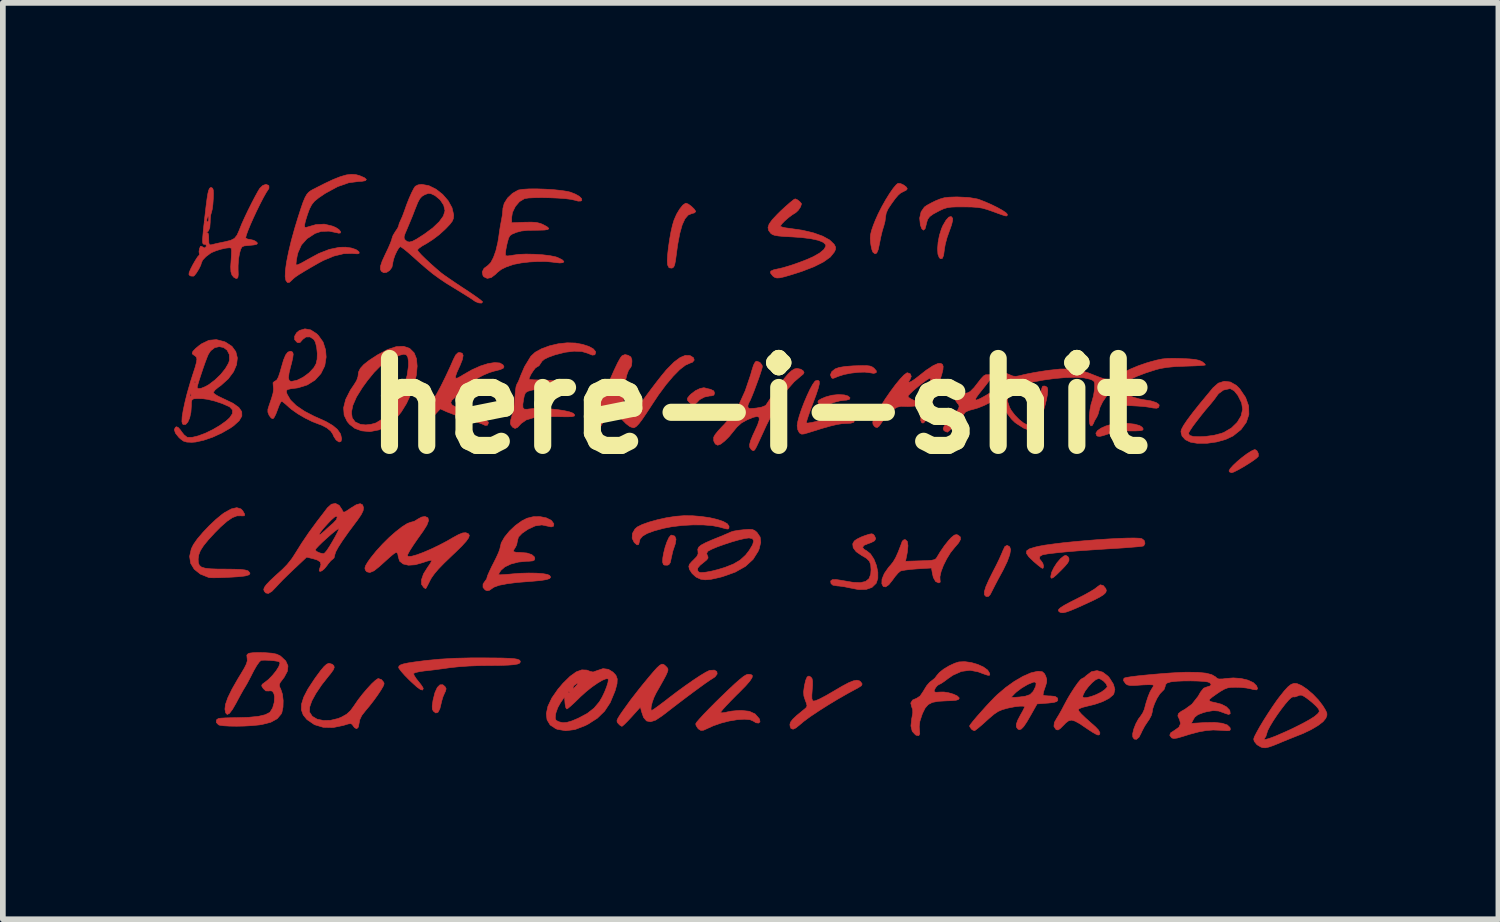
<source format=kicad_pcb>
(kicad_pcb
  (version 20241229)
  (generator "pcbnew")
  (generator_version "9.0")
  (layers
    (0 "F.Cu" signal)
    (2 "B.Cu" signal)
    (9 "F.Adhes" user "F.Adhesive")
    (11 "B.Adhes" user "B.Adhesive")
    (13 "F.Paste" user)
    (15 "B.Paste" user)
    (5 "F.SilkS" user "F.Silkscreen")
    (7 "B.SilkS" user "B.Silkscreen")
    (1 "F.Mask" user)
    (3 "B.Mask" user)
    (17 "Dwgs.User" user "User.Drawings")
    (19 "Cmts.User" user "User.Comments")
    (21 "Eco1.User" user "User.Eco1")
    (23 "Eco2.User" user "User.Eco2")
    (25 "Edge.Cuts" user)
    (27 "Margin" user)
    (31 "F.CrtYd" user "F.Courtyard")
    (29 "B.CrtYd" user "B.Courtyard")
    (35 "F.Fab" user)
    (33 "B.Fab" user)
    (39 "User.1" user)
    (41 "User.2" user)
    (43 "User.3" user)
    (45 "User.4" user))
  (footprint "here-i-shit"
    (layer "F.Cu")
    (at 10.235 4.067)
    (property "Reference" "here-i-shit" (at 0 0 0) (layer "F.SilkS") (effects (font (size 1.524 1.524) (thickness 0.3))))
    (attr through_hole)
    (fp_poly (pts (xy 5.431 2.637) (xy 5.449 2.669) (xy 5.45 2.705) (xy 5.428 2.749) (xy 5.376 2.811) (xy 5.317 2.872) (xy 5.234 2.954) (xy 5.179 3.002) (xy 5.147 3.018) (xy 5.133 3.006) (xy 5.131 2.984) (xy 5.146 2.913) (xy 5.186 2.83) (xy 5.241 2.745) (xy 5.303 2.673) (xy 5.361 2.627) (xy 5.394 2.616) (xy 5.431 2.637)) (stroke (width 0.01) (type solid)) (fill yes) (layer "F.Cu"))
    (fp_poly (pts (xy -5.485 4.917) (xy -5.466 4.954) (xy -5.478 4.999) (xy -5.491 5.025) (xy -5.522 5.096) (xy -5.547 5.182) (xy -5.549 5.194) (xy -5.576 5.305) (xy -5.609 5.367) (xy -5.648 5.379) (xy -5.691 5.345) (xy -5.708 5.311) (xy -5.71 5.257) (xy -5.698 5.17) (xy -5.695 5.152) (xy -5.662 5.021) (xy -5.621 4.931) (xy -5.574 4.885) (xy -5.524 4.884) (xy -5.485 4.917)) (stroke (width 0.01) (type solid)) (fill yes) (layer "F.Cu"))
    (fp_poly (pts (xy -1.459 2.279) (xy -1.437 2.332) (xy -1.45 2.415) (xy -1.46 2.444) (xy -1.493 2.543) (xy -1.517 2.648) (xy -1.521 2.667) (xy -1.537 2.742) (xy -1.562 2.779) (xy -1.589 2.789) (xy -1.639 2.787) (xy -1.658 2.778) (xy -1.672 2.735) (xy -1.669 2.661) (xy -1.652 2.568) (xy -1.627 2.469) (xy -1.595 2.377) (xy -1.561 2.304) (xy -1.528 2.265) (xy -1.515 2.261) (xy -1.459 2.279)) (stroke (width 0.01) (type solid)) (fill yes) (layer "F.Cu"))
    (fp_poly (pts (xy 1.511 -0.196) (xy 1.577 -0.177) (xy 1.613 -0.145) (xy 1.602 -0.119) (xy 1.55 -0.104) (xy 1.511 -0.102) (xy 1.436 -0.092) (xy 1.343 -0.068) (xy 1.295 -0.051) (xy 1.2 -0.016) (xy 1.139 -0.003) (xy 1.098 -0.011) (xy 1.066 -0.039) (xy 1.066 -0.039) (xy 1.048 -0.071) (xy 1.06 -0.099) (xy 1.109 -0.128) (xy 1.188 -0.161) (xy 1.294 -0.19) (xy 1.408 -0.202) (xy 1.511 -0.196)) (stroke (width 0.01) (type solid)) (fill yes) (layer "F.Cu"))
    (fp_poly (pts (xy -0.934 -0.319) (xy -0.886 -0.306) (xy -0.832 -0.294) (xy -0.775 -0.266) (xy -0.762 -0.228) (xy -0.773 -0.192) (xy -0.815 -0.179) (xy -0.845 -0.178) (xy -0.937 -0.159) (xy -1.023 -0.113) (xy -1.074 -0.059) (xy -1.117 -0.028) (xy -1.173 -0.041) (xy -1.205 -0.065) (xy -1.237 -0.104) (xy -1.237 -0.138) (xy -1.203 -0.182) (xy -1.175 -0.21) (xy -1.098 -0.269) (xy -1.017 -0.308) (xy -0.95 -0.322) (xy -0.934 -0.319)) (stroke (width 0.01) (type solid)) (fill yes) (layer "F.Cu"))
    (fp_poly (pts (xy 8.744 0.783) (xy 8.768 0.83) (xy 8.769 0.877) (xy 8.766 0.884) (xy 8.733 0.916) (xy 8.668 0.963) (xy 8.584 1.018) (xy 8.492 1.074) (xy 8.406 1.122) (xy 8.338 1.156) (xy 8.3 1.168) (xy 8.262 1.153) (xy 8.255 1.135) (xy 8.275 1.097) (xy 8.326 1.04) (xy 8.399 0.971) (xy 8.483 0.901) (xy 8.568 0.837) (xy 8.644 0.789) (xy 8.698 0.764) (xy 8.71 0.762) (xy 8.744 0.783)) (stroke (width 0.01) (type solid)) (fill yes) (layer "F.Cu"))
    (fp_poly (pts (xy 3.412 -3.291) (xy 3.41 -3.25) (xy 3.392 -3.176) (xy 3.36 -3.085) (xy 3.351 -3.061) (xy 3.312 -2.95) (xy 3.282 -2.837) (xy 3.266 -2.746) (xy 3.266 -2.741) (xy 3.252 -2.64) (xy 3.229 -2.587) (xy 3.197 -2.583) (xy 3.176 -2.602) (xy 3.153 -2.662) (xy 3.147 -2.755) (xy 3.156 -2.87) (xy 3.179 -2.991) (xy 3.215 -3.106) (xy 3.239 -3.162) (xy 3.295 -3.258) (xy 3.344 -3.312) (xy 3.385 -3.323) (xy 3.412 -3.291)) (stroke (width 0.01) (type solid)) (fill yes) (layer "F.Cu"))
    (fp_poly (pts (xy 6.48 0.303) (xy 6.601 0.317) (xy 6.69 0.342) (xy 6.733 0.371) (xy 6.751 0.401) (xy 6.743 0.42) (xy 6.701 0.431) (xy 6.62 0.435) (xy 6.509 0.435) (xy 6.373 0.436) (xy 6.268 0.448) (xy 6.175 0.474) (xy 6.153 0.482) (xy 6.053 0.517) (xy 5.988 0.532) (xy 5.948 0.526) (xy 5.935 0.516) (xy 5.921 0.475) (xy 5.949 0.431) (xy 6.011 0.387) (xy 6.098 0.348) (xy 6.203 0.318) (xy 6.317 0.303) (xy 6.338 0.301) (xy 6.48 0.303)) (stroke (width 0.01) (type solid)) (fill yes) (layer "F.Cu"))
    (fp_poly (pts (xy 4.411 2.466) (xy 4.427 2.516) (xy 4.412 2.603) (xy 4.369 2.722) (xy 4.298 2.869) (xy 4.272 2.918) (xy 4.214 3.024) (xy 4.161 3.125) (xy 4.12 3.205) (xy 4.107 3.231) (xy 4.07 3.303) (xy 4.04 3.335) (xy 4.008 3.339) (xy 3.994 3.335) (xy 3.968 3.308) (xy 3.967 3.252) (xy 3.993 3.165) (xy 4.047 3.043) (xy 4.112 2.913) (xy 4.173 2.795) (xy 4.227 2.684) (xy 4.268 2.592) (xy 4.292 2.534) (xy 4.326 2.462) (xy 4.366 2.44) (xy 4.411 2.466)) (stroke (width 0.01) (type solid)) (fill yes) (layer "F.Cu"))
    (fp_poly (pts (xy 6.473 -0.196) (xy 6.576 -0.156) (xy 6.685 -0.125) (xy 6.744 -0.114) (xy 6.883 -0.092) (xy 6.977 -0.063) (xy 7.026 -0.029) (xy 7.031 -0.006) (xy 7.018 0.026) (xy 6.987 0.038) (xy 6.927 0.034) (xy 6.858 0.021) (xy 6.781 0.01) (xy 6.672 0.001) (xy 6.549 -0.006) (xy 6.495 -0.008) (xy 6.37 -0.012) (xy 6.289 -0.021) (xy 6.241 -0.035) (xy 6.222 -0.051) (xy 6.204 -0.085) (xy 6.206 -0.113) (xy 6.233 -0.152) (xy 6.264 -0.188) (xy 6.329 -0.261) (xy 6.473 -0.196)) (stroke (width 0.01) (type solid)) (fill yes) (layer "F.Cu"))
    (fp_poly (pts (xy 1.907 -0.709) (xy 1.962 -0.702) (xy 2.001 -0.687) (xy 2.032 -0.665) (xy 2.074 -0.617) (xy 2.071 -0.585) (xy 2.028 -0.573) (xy 1.955 -0.585) (xy 1.871 -0.595) (xy 1.757 -0.592) (xy 1.629 -0.577) (xy 1.506 -0.553) (xy 1.406 -0.521) (xy 1.344 -0.495) (xy 1.313 -0.485) (xy 1.298 -0.489) (xy 1.287 -0.5) (xy 1.269 -0.548) (xy 1.292 -0.603) (xy 1.351 -0.651) (xy 1.353 -0.652) (xy 1.422 -0.677) (xy 1.525 -0.694) (xy 1.669 -0.705) (xy 1.702 -0.706) (xy 1.824 -0.71) (xy 1.907 -0.709)) (stroke (width 0.01) (type solid)) (fill yes) (layer "F.Cu"))
    (fp_poly (pts (xy 6.051 3.145) (xy 6.095 3.198) (xy 6.105 3.233) (xy 6.094 3.268) (xy 6.056 3.305) (xy 5.986 3.349) (xy 5.879 3.404) (xy 5.732 3.472) (xy 5.586 3.538) (xy 5.478 3.583) (xy 5.402 3.61) (xy 5.348 3.622) (xy 5.311 3.62) (xy 5.283 3.608) (xy 5.264 3.588) (xy 5.269 3.564) (xy 5.302 3.533) (xy 5.368 3.491) (xy 5.472 3.435) (xy 5.613 3.364) (xy 5.728 3.305) (xy 5.828 3.249) (xy 5.904 3.202) (xy 5.945 3.17) (xy 5.947 3.168) (xy 5.998 3.132) (xy 6.051 3.145)) (stroke (width 0.01) (type solid)) (fill yes) (layer "F.Cu"))
    (fp_poly (pts (xy -1.221 -3.54) (xy -1.168 -3.501) (xy -1.12 -3.454) (xy -1.093 -3.415) (xy -1.092 -3.409) (xy -1.114 -3.386) (xy -1.161 -3.374) (xy -1.225 -3.347) (xy -1.28 -3.282) (xy -1.329 -3.176) (xy -1.371 -3.026) (xy -1.408 -2.83) (xy -1.432 -2.654) (xy -1.447 -2.545) (xy -1.461 -2.476) (xy -1.477 -2.439) (xy -1.498 -2.422) (xy -1.515 -2.418) (xy -1.559 -2.424) (xy -1.582 -2.468) (xy -1.586 -2.481) (xy -1.59 -2.549) (xy -1.584 -2.653) (xy -1.57 -2.78) (xy -1.55 -2.918) (xy -1.526 -3.052) (xy -1.499 -3.171) (xy -1.472 -3.26) (xy -1.427 -3.363) (xy -1.373 -3.453) (xy -1.319 -3.521) (xy -1.272 -3.554) (xy -1.261 -3.556) (xy -1.221 -3.54)) (stroke (width 0.01) (type solid)) (fill yes) (layer "F.Cu"))
    (fp_poly (pts (xy 7.416 -0.834) (xy 7.558 -0.827) (xy 7.66 -0.817) (xy 7.729 -0.802) (xy 7.777 -0.782) (xy 7.784 -0.778) (xy 7.827 -0.744) (xy 7.841 -0.721) (xy 7.84 -0.72) (xy 7.812 -0.715) (xy 7.742 -0.709) (xy 7.641 -0.704) (xy 7.519 -0.7) (xy 7.489 -0.699) (xy 7.31 -0.692) (xy 7.167 -0.678) (xy 7.049 -0.658) (xy 6.972 -0.638) (xy 6.798 -0.582) (xy 6.648 -0.525) (xy 6.529 -0.472) (xy 6.455 -0.427) (xy 6.386 -0.387) (xy 6.334 -0.39) (xy 6.297 -0.421) (xy 6.278 -0.471) (xy 6.29 -0.504) (xy 6.336 -0.546) (xy 6.42 -0.597) (xy 6.534 -0.652) (xy 6.666 -0.707) (xy 6.808 -0.756) (xy 6.879 -0.777) (xy 6.992 -0.807) (xy 7.085 -0.826) (xy 7.177 -0.835) (xy 7.285 -0.837) (xy 7.416 -0.834)) (stroke (width 0.01) (type solid)) (fill yes) (layer "F.Cu"))
    (fp_poly (pts (xy -1.147 1.922) (xy -0.992 1.935) (xy -0.846 1.956) (xy -0.717 1.986) (xy -0.612 2.021) (xy -0.539 2.061) (xy -0.509 2.103) (xy -0.508 2.11) (xy -0.51 2.141) (xy -0.525 2.155) (xy -0.562 2.151) (xy -0.633 2.132) (xy -0.671 2.121) (xy -0.796 2.096) (xy -0.956 2.083) (xy -1.138 2.082) (xy -1.327 2.092) (xy -1.51 2.114) (xy -1.654 2.142) (xy -1.821 2.187) (xy -1.943 2.232) (xy -2.023 2.279) (xy -2.067 2.331) (xy -2.078 2.37) (xy -2.092 2.425) (xy -2.12 2.433) (xy -2.165 2.395) (xy -2.17 2.39) (xy -2.206 2.316) (xy -2.201 2.232) (xy -2.157 2.155) (xy -2.115 2.118) (xy -2.033 2.077) (xy -1.913 2.034) (xy -1.767 1.993) (xy -1.61 1.958) (xy -1.452 1.933) (xy -1.446 1.932) (xy -1.3 1.921) (xy -1.147 1.922)) (stroke (width 0.01) (type solid)) (fill yes) (layer "F.Cu"))
    (fp_poly (pts (xy 2.498 -3.9) (xy 2.554 -3.874) (xy 2.6 -3.838) (xy 2.616 -3.808) (xy 2.595 -3.782) (xy 2.543 -3.757) (xy 2.542 -3.756) (xy 2.501 -3.735) (xy 2.457 -3.697) (xy 2.404 -3.635) (xy 2.336 -3.541) (xy 2.28 -3.457) (xy 2.247 -3.383) (xy 2.235 -3.315) (xy 2.226 -3.24) (xy 2.204 -3.154) (xy 2.198 -3.137) (xy 2.175 -3.059) (xy 2.15 -2.954) (xy 2.13 -2.851) (xy 2.107 -2.743) (xy 2.081 -2.683) (xy 2.051 -2.668) (xy 2.014 -2.697) (xy 2.013 -2.699) (xy 1.996 -2.741) (xy 1.98 -2.814) (xy 1.972 -2.87) (xy 1.967 -2.941) (xy 1.972 -3.005) (xy 1.989 -3.076) (xy 2.021 -3.169) (xy 2.055 -3.254) (xy 2.106 -3.369) (xy 2.169 -3.493) (xy 2.238 -3.616) (xy 2.307 -3.727) (xy 2.371 -3.819) (xy 2.424 -3.881) (xy 2.453 -3.903) (xy 2.498 -3.9)) (stroke (width 0.01) (type solid)) (fill yes) (layer "F.Cu"))
    (fp_poly (pts (xy 1.073 -0.436) (xy 1.075 -0.391) (xy 1.056 -0.312) (xy 1.017 -0.195) (xy 0.967 -0.062) (xy 0.921 0.061) (xy 0.884 0.166) (xy 0.858 0.246) (xy 0.847 0.291) (xy 0.848 0.297) (xy 0.877 0.297) (xy 0.943 0.287) (xy 1.035 0.266) (xy 1.083 0.255) (xy 1.255 0.218) (xy 1.41 0.199) (xy 1.538 0.199) (xy 1.629 0.217) (xy 1.645 0.225) (xy 1.687 0.258) (xy 1.68 0.283) (xy 1.627 0.3) (xy 1.54 0.305) (xy 1.467 0.309) (xy 1.377 0.324) (xy 1.264 0.351) (xy 1.12 0.392) (xy 0.938 0.449) (xy 0.883 0.466) (xy 0.809 0.488) (xy 0.765 0.492) (xy 0.736 0.477) (xy 0.724 0.467) (xy 0.697 0.415) (xy 0.686 0.345) (xy 0.686 0.344) (xy 0.696 0.275) (xy 0.722 0.177) (xy 0.761 0.06) (xy 0.808 -0.063) (xy 0.86 -0.185) (xy 0.911 -0.294) (xy 0.958 -0.38) (xy 0.996 -0.433) (xy 1.011 -0.444) (xy 1.051 -0.452) (xy 1.073 -0.436)) (stroke (width 0.01) (type solid)) (fill yes) (layer "F.Cu"))
    (fp_poly (pts (xy 6.683 2.316) (xy 6.726 2.323) (xy 6.768 2.355) (xy 6.782 2.404) (xy 6.762 2.447) (xy 6.755 2.452) (xy 6.724 2.458) (xy 6.648 2.466) (xy 6.537 2.475) (xy 6.397 2.486) (xy 6.236 2.496) (xy 6.124 2.503) (xy 5.848 2.521) (xy 5.601 2.538) (xy 5.388 2.556) (xy 5.212 2.574) (xy 5.078 2.59) (xy 4.991 2.606) (xy 4.986 2.607) (xy 4.937 2.636) (xy 4.934 2.679) (xy 4.966 2.718) (xy 4.992 2.756) (xy 5.004 2.803) (xy 4.998 2.838) (xy 4.985 2.844) (xy 4.958 2.828) (xy 4.904 2.786) (xy 4.836 2.728) (xy 4.829 2.722) (xy 4.746 2.642) (xy 4.705 2.582) (xy 4.708 2.537) (xy 4.758 2.502) (xy 4.856 2.472) (xy 4.915 2.458) (xy 5.028 2.437) (xy 5.173 2.417) (xy 5.344 2.396) (xy 5.531 2.377) (xy 5.729 2.359) (xy 5.928 2.343) (xy 6.121 2.33) (xy 6.301 2.32) (xy 6.459 2.314) (xy 6.589 2.312) (xy 6.683 2.316)) (stroke (width 0.01) (type solid)) (fill yes) (layer "F.Cu"))
    (fp_poly (pts (xy 3.694 -3.656) (xy 3.839 -3.631) (xy 3.873 -3.621) (xy 3.979 -3.58) (xy 4.089 -3.532) (xy 4.193 -3.481) (xy 4.281 -3.432) (xy 4.343 -3.391) (xy 4.369 -3.363) (xy 4.369 -3.361) (xy 4.368 -3.342) (xy 4.358 -3.332) (xy 4.332 -3.334) (xy 4.282 -3.35) (xy 4.197 -3.38) (xy 4.119 -3.409) (xy 4.015 -3.445) (xy 3.93 -3.469) (xy 3.846 -3.482) (xy 3.746 -3.489) (xy 3.612 -3.491) (xy 3.607 -3.491) (xy 3.478 -3.491) (xy 3.386 -3.487) (xy 3.317 -3.477) (xy 3.258 -3.46) (xy 3.196 -3.432) (xy 3.168 -3.418) (xy 3.07 -3.365) (xy 3.008 -3.32) (xy 2.973 -3.272) (xy 2.954 -3.21) (xy 2.948 -3.182) (xy 2.928 -3.108) (xy 2.9 -3.083) (xy 2.87 -3.108) (xy 2.845 -3.175) (xy 2.833 -3.295) (xy 2.858 -3.405) (xy 2.916 -3.488) (xy 2.962 -3.52) (xy 3.037 -3.561) (xy 3.11 -3.597) (xy 3.191 -3.63) (xy 3.264 -3.651) (xy 3.347 -3.661) (xy 3.458 -3.665) (xy 3.503 -3.665) (xy 3.694 -3.656)) (stroke (width 0.01) (type solid)) (fill yes) (layer "F.Cu"))
    (fp_poly (pts (xy 2.018 2.246) (xy 2.04 2.271) (xy 2.042 2.274) (xy 2.063 2.322) (xy 2.044 2.36) (xy 1.98 2.394) (xy 1.931 2.41) (xy 1.857 2.441) (xy 1.833 2.475) (xy 1.859 2.511) (xy 1.901 2.534) (xy 1.971 2.59) (xy 2.031 2.681) (xy 2.075 2.792) (xy 2.1 2.91) (xy 2.1 3.019) (xy 2.072 3.104) (xy 2.071 3.106) (xy 1.997 3.178) (xy 1.893 3.214) (xy 1.756 3.215) (xy 1.613 3.187) (xy 1.516 3.167) (xy 1.421 3.154) (xy 1.39 3.152) (xy 1.312 3.139) (xy 1.279 3.11) (xy 1.273 3.065) (xy 1.302 3.042) (xy 1.37 3.04) (xy 1.481 3.057) (xy 1.496 3.06) (xy 1.666 3.089) (xy 1.795 3.094) (xy 1.886 3.073) (xy 1.945 3.025) (xy 1.975 2.948) (xy 1.981 2.869) (xy 1.975 2.78) (xy 1.952 2.718) (xy 1.901 2.668) (xy 1.813 2.616) (xy 1.72 2.552) (xy 1.668 2.483) (xy 1.66 2.414) (xy 1.687 2.365) (xy 1.733 2.332) (xy 1.809 2.294) (xy 1.867 2.272) (xy 1.946 2.246) (xy 1.991 2.238) (xy 2.018 2.246)) (stroke (width 0.01) (type solid)) (fill yes) (layer "F.Cu"))
    (fp_poly (pts (xy -0.122 4.705) (xy -0.098 4.724) (xy -0.105 4.761) (xy -0.143 4.819) (xy -0.215 4.902) (xy -0.323 5.012) (xy -0.376 5.064) (xy -0.474 5.163) (xy -0.556 5.249) (xy -0.617 5.316) (xy -0.652 5.36) (xy -0.656 5.372) (xy -0.624 5.376) (xy -0.562 5.367) (xy -0.542 5.361) (xy -0.461 5.346) (xy -0.357 5.336) (xy -0.289 5.334) (xy -0.152 5.349) (xy -0.051 5.396) (xy 0.02 5.477) (xy 0.027 5.489) (xy 0.035 5.534) (xy 0.009 5.556) (xy -0.037 5.55) (xy -0.077 5.524) (xy -0.139 5.497) (xy -0.238 5.488) (xy -0.363 5.496) (xy -0.503 5.519) (xy -0.648 5.556) (xy -0.788 5.605) (xy -0.884 5.649) (xy -0.955 5.681) (xy -1.001 5.685) (xy -1.039 5.662) (xy -1.052 5.65) (xy -1.085 5.6) (xy -1.092 5.569) (xy -1.075 5.54) (xy -1.025 5.482) (xy -0.95 5.4) (xy -0.852 5.299) (xy -0.739 5.185) (xy -0.667 5.115) (xy -0.521 4.974) (xy -0.407 4.867) (xy -0.319 4.79) (xy -0.254 4.738) (xy -0.207 4.71) (xy -0.175 4.7) (xy -0.174 4.7) (xy -0.122 4.705)) (stroke (width 0.01) (type solid)) (fill yes) (layer "F.Cu"))
    (fp_poly (pts (xy 0.927 4.75) (xy 0.947 4.776) (xy 0.956 4.821) (xy 0.956 4.895) (xy 0.95 4.969) (xy 0.943 5.068) (xy 0.944 5.127) (xy 0.955 5.158) (xy 0.972 5.17) (xy 1.01 5.163) (xy 1.084 5.131) (xy 1.188 5.076) (xy 1.316 5.002) (xy 1.331 4.993) (xy 1.478 4.907) (xy 1.589 4.848) (xy 1.672 4.815) (xy 1.732 4.804) (xy 1.775 4.814) (xy 1.798 4.831) (xy 1.825 4.87) (xy 1.812 4.901) (xy 1.759 4.935) (xy 1.582 5.031) (xy 1.4 5.135) (xy 1.223 5.242) (xy 1.058 5.347) (xy 0.914 5.443) (xy 0.801 5.527) (xy 0.737 5.581) (xy 0.665 5.64) (xy 0.615 5.663) (xy 0.579 5.65) (xy 0.576 5.647) (xy 0.562 5.61) (xy 0.559 5.577) (xy 0.571 5.538) (xy 0.61 5.487) (xy 0.682 5.419) (xy 0.791 5.33) (xy 0.811 5.314) (xy 0.847 5.282) (xy 0.859 5.253) (xy 0.848 5.207) (xy 0.829 5.158) (xy 0.804 5.081) (xy 0.799 5.008) (xy 0.811 4.915) (xy 0.812 4.907) (xy 0.836 4.804) (xy 0.861 4.747) (xy 0.892 4.731) (xy 0.927 4.75)) (stroke (width 0.01) (type solid)) (fill yes) (layer "F.Cu"))
    (fp_poly (pts (xy -9.063 1.802) (xy -9.031 1.834) (xy -8.997 1.894) (xy -9.002 1.923) (xy -9.047 1.925) (xy -9.061 1.923) (xy -9.132 1.924) (xy -9.212 1.955) (xy -9.306 2.019) (xy -9.42 2.119) (xy -9.517 2.217) (xy -9.635 2.345) (xy -9.718 2.447) (xy -9.773 2.533) (xy -9.802 2.609) (xy -9.812 2.68) (xy -9.809 2.743) (xy -9.792 2.789) (xy -9.755 2.821) (xy -9.691 2.841) (xy -9.593 2.852) (xy -9.455 2.857) (xy -9.347 2.857) (xy -9.186 2.859) (xy -9.07 2.863) (xy -8.992 2.872) (xy -8.946 2.884) (xy -8.932 2.892) (xy -8.903 2.929) (xy -8.919 2.957) (xy -8.983 2.976) (xy -9.024 2.982) (xy -9.113 2.991) (xy -9.223 2.998) (xy -9.34 3.004) (xy -9.453 3.008) (xy -9.548 3.009) (xy -9.611 3.007) (xy -9.627 3.004) (xy -9.775 2.944) (xy -9.881 2.859) (xy -9.944 2.755) (xy -9.962 2.634) (xy -9.932 2.501) (xy -9.894 2.425) (xy -9.826 2.328) (xy -9.729 2.214) (xy -9.616 2.095) (xy -9.498 1.984) (xy -9.388 1.894) (xy -9.351 1.868) (xy -9.231 1.802) (xy -9.135 1.78) (xy -9.063 1.802)) (stroke (width 0.01) (type solid)) (fill yes) (layer "F.Cu"))
    (fp_poly (pts (xy -4.642 4.414) (xy -4.481 4.416) (xy -4.359 4.421) (xy -4.273 4.427) (xy -4.216 4.437) (xy -4.182 4.451) (xy -4.168 4.468) (xy -4.166 4.482) (xy -4.176 4.504) (xy -4.211 4.52) (xy -4.276 4.532) (xy -4.376 4.54) (xy -4.515 4.545) (xy -4.699 4.547) (xy -4.729 4.547) (xy -4.896 4.549) (xy -5.07 4.556) (xy -5.232 4.567) (xy -5.366 4.581) (xy -5.393 4.584) (xy -5.529 4.603) (xy -5.672 4.622) (xy -5.798 4.637) (xy -5.84 4.641) (xy -5.932 4.654) (xy -6.002 4.67) (xy -6.036 4.685) (xy -6.037 4.688) (xy -6.027 4.72) (xy -5.991 4.776) (xy -5.957 4.819) (xy -5.907 4.882) (xy -5.874 4.932) (xy -5.867 4.951) (xy -5.879 4.977) (xy -5.917 4.967) (xy -5.981 4.921) (xy -6.074 4.836) (xy -6.115 4.797) (xy -6.193 4.718) (xy -6.254 4.648) (xy -6.291 4.599) (xy -6.299 4.581) (xy -6.292 4.557) (xy -6.266 4.537) (xy -6.215 4.519) (xy -6.134 4.502) (xy -6.016 4.484) (xy -5.855 4.463) (xy -5.804 4.457) (xy -5.572 4.435) (xy -5.316 4.42) (xy -5.026 4.413) (xy -4.848 4.413) (xy -4.642 4.414)) (stroke (width 0.01) (type solid)) (fill yes) (layer "F.Cu"))
    (fp_poly (pts (xy 3.508 2.262) (xy 3.546 2.294) (xy 3.549 2.337) (xy 3.516 2.397) (xy 3.444 2.481) (xy 3.443 2.482) (xy 3.372 2.571) (xy 3.306 2.679) (xy 3.249 2.793) (xy 3.208 2.902) (xy 3.188 2.992) (xy 3.19 3.036) (xy 3.194 3.085) (xy 3.168 3.099) (xy 3.113 3.075) (xy 3.073 3.005) (xy 3.056 2.932) (xy 3.04 2.838) (xy 2.79 2.853) (xy 2.678 2.862) (xy 2.581 2.874) (xy 2.514 2.886) (xy 2.494 2.893) (xy 2.454 2.927) (xy 2.401 2.989) (xy 2.36 3.046) (xy 2.293 3.13) (xy 2.237 3.169) (xy 2.195 3.162) (xy 2.17 3.114) (xy 2.173 3.032) (xy 2.214 2.933) (xy 2.288 2.827) (xy 2.322 2.789) (xy 2.369 2.73) (xy 2.413 2.655) (xy 2.459 2.552) (xy 2.512 2.413) (xy 2.528 2.367) (xy 2.559 2.342) (xy 2.584 2.342) (xy 2.617 2.373) (xy 2.628 2.447) (xy 2.617 2.56) (xy 2.605 2.623) (xy 2.585 2.72) (xy 2.845 2.712) (xy 2.965 2.708) (xy 3.044 2.702) (xy 3.092 2.691) (xy 3.119 2.674) (xy 3.133 2.654) (xy 3.194 2.553) (xy 3.267 2.447) (xy 3.341 2.354) (xy 3.386 2.305) (xy 3.441 2.261) (xy 3.481 2.252) (xy 3.508 2.262)) (stroke (width 0.01) (type solid)) (fill yes) (layer "F.Cu"))
    (fp_poly (pts (xy 8.279 -0.422) (xy 8.384 -0.362) (xy 8.441 -0.305) (xy 8.545 -0.152) (xy 8.599 -0.001) (xy 8.603 0.146) (xy 8.558 0.284) (xy 8.465 0.412) (xy 8.325 0.524) (xy 8.195 0.585) (xy 8.036 0.629) (xy 7.865 0.653) (xy 7.701 0.653) (xy 7.577 0.632) (xy 7.489 0.589) (xy 7.431 0.525) (xy 7.42 0.48) (xy 7.544 0.48) (xy 7.565 0.514) (xy 7.629 0.533) (xy 7.739 0.537) (xy 7.842 0.532) (xy 7.989 0.512) (xy 8.121 0.478) (xy 8.166 0.461) (xy 8.298 0.383) (xy 8.399 0.284) (xy 8.466 0.173) (xy 8.493 0.057) (xy 8.476 -0.056) (xy 8.472 -0.064) (xy 8.411 -0.186) (xy 8.346 -0.267) (xy 8.282 -0.303) (xy 8.267 -0.305) (xy 8.158 -0.281) (xy 8.07 -0.217) (xy 8.044 -0.182) (xy 8.002 -0.123) (xy 7.943 -0.049) (xy 7.912 -0.013) (xy 7.838 0.074) (xy 7.76 0.171) (xy 7.685 0.268) (xy 7.619 0.356) (xy 7.571 0.428) (xy 7.546 0.472) (xy 7.544 0.48) (xy 7.42 0.48) (xy 7.412 0.45) (xy 7.42 0.411) (xy 7.457 0.341) (xy 7.525 0.24) (xy 7.622 0.111) (xy 7.743 -0.041) (xy 7.784 -0.09) (xy 7.855 -0.176) (xy 7.923 -0.258) (xy 7.973 -0.319) (xy 7.976 -0.322) (xy 8.067 -0.402) (xy 8.171 -0.435) (xy 8.279 -0.422)) (stroke (width 0.01) (type solid)) (fill yes) (layer "F.Cu"))
    (fp_poly (pts (xy -6.105 -1.011) (xy -6.026 -0.932) (xy -5.986 -0.831) (xy -5.974 -0.7) (xy -5.988 -0.546) (xy -6.025 -0.379) (xy -6.084 -0.209) (xy -6.161 -0.044) (xy -6.254 0.106) (xy -6.342 0.214) (xy -6.487 0.339) (xy -6.642 0.417) (xy -6.802 0.448) (xy -6.947 0.434) (xy -7.066 0.391) (xy -7.158 0.32) (xy -7.2 0.27) (xy -7.254 0.159) (xy -7.257 0.109) (xy -7.126 0.109) (xy -7.112 0.207) (xy -7.06 0.278) (xy -6.969 0.32) (xy -6.876 0.33) (xy -6.784 0.32) (xy -6.695 0.295) (xy -6.693 0.294) (xy -6.581 0.224) (xy -6.47 0.113) (xy -6.366 -0.029) (xy -6.275 -0.192) (xy -6.201 -0.365) (xy -6.149 -0.54) (xy -6.126 -0.705) (xy -6.126 -0.781) (xy -6.137 -0.855) (xy -6.162 -0.897) (xy -6.209 -0.909) (xy -6.284 -0.89) (xy -6.396 -0.844) (xy -6.404 -0.841) (xy -6.515 -0.78) (xy -6.621 -0.699) (xy -6.728 -0.591) (xy -6.844 -0.449) (xy -6.936 -0.322) (xy -7.038 -0.158) (xy -7.101 -0.013) (xy -7.126 0.109) (xy -7.257 0.109) (xy -7.263 0.029) (xy -7.226 -0.118) (xy -7.145 -0.278) (xy -7.076 -0.38) (xy -7.034 -0.449) (xy -7.012 -0.513) (xy -7.01 -0.527) (xy -7.001 -0.597) (xy -6.969 -0.662) (xy -6.909 -0.728) (xy -6.815 -0.802) (xy -6.68 -0.89) (xy -6.671 -0.896) (xy -6.494 -0.991) (xy -6.34 -1.042) (xy -6.211 -1.048) (xy -6.105 -1.011)) (stroke (width 0.01) (type solid)) (fill yes) (layer "F.Cu"))
    (fp_poly (pts (xy -7.461 4.525) (xy -7.434 4.55) (xy -7.427 4.581) (xy -7.444 4.624) (xy -7.49 4.688) (xy -7.523 4.728) (xy -7.649 4.888) (xy -7.749 5.037) (xy -7.82 5.167) (xy -7.858 5.275) (xy -7.862 5.355) (xy -7.86 5.363) (xy -7.812 5.437) (xy -7.728 5.487) (xy -7.618 5.51) (xy -7.491 5.507) (xy -7.358 5.475) (xy -7.298 5.45) (xy -7.211 5.401) (xy -7.143 5.339) (xy -7.075 5.246) (xy -7.073 5.242) (xy -7.007 5.146) (xy -6.929 5.046) (xy -6.848 4.951) (xy -6.772 4.868) (xy -6.707 4.808) (xy -6.662 4.777) (xy -6.654 4.775) (xy -6.598 4.795) (xy -6.559 4.842) (xy -6.553 4.868) (xy -6.568 4.908) (xy -6.608 4.977) (xy -6.666 5.064) (xy -6.735 5.16) (xy -6.808 5.254) (xy -6.875 5.334) (xy -6.945 5.423) (xy -6.981 5.5) (xy -6.99 5.55) (xy -7.005 5.626) (xy -7.033 5.655) (xy -7.07 5.637) (xy -7.092 5.609) (xy -7.115 5.577) (xy -7.141 5.565) (xy -7.183 5.571) (xy -7.258 5.594) (xy -7.263 5.596) (xy -7.447 5.634) (xy -7.619 5.63) (xy -7.773 5.584) (xy -7.902 5.496) (xy -7.906 5.493) (xy -7.971 5.413) (xy -8.003 5.324) (xy -8 5.223) (xy -7.963 5.103) (xy -7.89 4.961) (xy -7.779 4.792) (xy -7.749 4.749) (xy -7.667 4.638) (xy -7.606 4.565) (xy -7.56 4.524) (xy -7.524 4.509) (xy -7.518 4.508) (xy -7.461 4.525)) (stroke (width 0.01) (type solid)) (fill yes) (layer "F.Cu"))
    (fp_poly (pts (xy -1.661 4.525) (xy -1.635 4.541) (xy -1.615 4.561) (xy -1.594 4.582) (xy -1.581 4.602) (xy -1.578 4.627) (xy -1.589 4.664) (xy -1.614 4.721) (xy -1.658 4.803) (xy -1.722 4.917) (xy -1.786 5.029) (xy -1.824 5.108) (xy -1.854 5.191) (xy -1.872 5.265) (xy -1.876 5.316) (xy -1.863 5.334) (xy -1.836 5.319) (xy -1.777 5.278) (xy -1.695 5.217) (xy -1.597 5.143) (xy -1.575 5.125) (xy -1.42 5.007) (xy -1.27 4.898) (xy -1.131 4.801) (xy -1.011 4.722) (xy -0.916 4.665) (xy -0.853 4.634) (xy -0.845 4.632) (xy -0.766 4.627) (xy -0.722 4.652) (xy -0.716 4.695) (xy -0.753 4.745) (xy -0.79 4.77) (xy -0.841 4.802) (xy -0.921 4.857) (xy -1.019 4.928) (xy -1.123 5.004) (xy -1.233 5.086) (xy -1.319 5.151) (xy -1.394 5.208) (xy -1.471 5.267) (xy -1.563 5.338) (xy -1.681 5.429) (xy -1.794 5.504) (xy -1.884 5.533) (xy -1.954 5.518) (xy -2.006 5.457) (xy -2.043 5.349) (xy -2.043 5.349) (xy -2.061 5.275) (xy -2.213 5.444) (xy -2.283 5.519) (xy -2.341 5.577) (xy -2.378 5.609) (xy -2.386 5.613) (xy -2.416 5.597) (xy -2.448 5.566) (xy -2.468 5.54) (xy -2.472 5.512) (xy -2.456 5.473) (xy -2.418 5.411) (xy -2.371 5.343) (xy -2.236 5.155) (xy -2.088 4.965) (xy -2.028 4.89) (xy -1.916 4.754) (xy -1.831 4.654) (xy -1.768 4.584) (xy -1.722 4.543) (xy -1.688 4.524) (xy -1.661 4.525)) (stroke (width 0.01) (type solid)) (fill yes) (layer "F.Cu"))
    (fp_poly (pts (xy 0.688 -3.617) (xy 0.731 -3.584) (xy 0.76 -3.55) (xy 0.762 -3.543) (xy 0.745 -3.491) (xy 0.705 -3.431) (xy 0.659 -3.388) (xy 0.651 -3.384) (xy 0.597 -3.35) (xy 0.532 -3.301) (xy 0.469 -3.246) (xy 0.419 -3.195) (xy 0.394 -3.159) (xy 0.393 -3.15) (xy 0.424 -3.137) (xy 0.489 -3.123) (xy 0.565 -3.113) (xy 0.783 -3.081) (xy 0.975 -3.035) (xy 1.134 -2.978) (xy 1.255 -2.911) (xy 1.332 -2.837) (xy 1.335 -2.834) (xy 1.36 -2.785) (xy 1.357 -2.742) (xy 1.336 -2.698) (xy 1.267 -2.612) (xy 1.148 -2.527) (xy 0.982 -2.443) (xy 0.769 -2.361) (xy 0.711 -2.342) (xy 0.565 -2.296) (xy 0.458 -2.265) (xy 0.383 -2.248) (xy 0.331 -2.245) (xy 0.294 -2.255) (xy 0.264 -2.276) (xy 0.255 -2.285) (xy 0.218 -2.333) (xy 0.224 -2.366) (xy 0.276 -2.389) (xy 0.324 -2.399) (xy 0.434 -2.424) (xy 0.572 -2.465) (xy 0.719 -2.516) (xy 0.857 -2.569) (xy 0.965 -2.617) (xy 1.081 -2.683) (xy 1.156 -2.746) (xy 1.188 -2.802) (xy 1.186 -2.828) (xy 1.145 -2.869) (xy 1.057 -2.905) (xy 0.928 -2.933) (xy 0.761 -2.954) (xy 0.599 -2.965) (xy 0.459 -2.972) (xy 0.36 -2.981) (xy 0.294 -2.992) (xy 0.252 -3.007) (xy 0.225 -3.026) (xy 0.186 -3.077) (xy 0.175 -3.13) (xy 0.195 -3.191) (xy 0.249 -3.266) (xy 0.34 -3.363) (xy 0.399 -3.421) (xy 0.488 -3.503) (xy 0.565 -3.57) (xy 0.622 -3.616) (xy 0.651 -3.632) (xy 0.651 -3.632) (xy 0.688 -3.617)) (stroke (width 0.01) (type solid)) (fill yes) (layer "F.Cu"))
    (fp_poly (pts (xy 3.739 4.495) (xy 3.852 4.528) (xy 3.951 4.573) (xy 4.025 4.627) (xy 4.06 4.684) (xy 4.06 4.684) (xy 4.062 4.709) (xy 4.052 4.72) (xy 4.02 4.716) (xy 3.957 4.695) (xy 3.858 4.658) (xy 3.716 4.63) (xy 3.566 4.65) (xy 3.415 4.717) (xy 3.328 4.777) (xy 3.259 4.829) (xy 3.204 4.865) (xy 3.177 4.877) (xy 3.145 4.896) (xy 3.11 4.938) (xy 3.088 4.984) (xy 3.088 5.006) (xy 3.118 5.016) (xy 3.177 5.013) (xy 3.186 5.012) (xy 3.259 5.011) (xy 3.343 5.025) (xy 3.425 5.049) (xy 3.49 5.079) (xy 3.524 5.111) (xy 3.526 5.123) (xy 3.511 5.143) (xy 3.47 5.156) (xy 3.394 5.163) (xy 3.302 5.166) (xy 3.159 5.174) (xy 3.056 5.193) (xy 2.983 5.231) (xy 2.929 5.293) (xy 2.883 5.386) (xy 2.874 5.41) (xy 2.836 5.527) (xy 2.825 5.62) (xy 2.829 5.665) (xy 2.835 5.742) (xy 2.818 5.776) (xy 2.776 5.77) (xy 2.76 5.762) (xy 2.703 5.701) (xy 2.68 5.606) (xy 2.694 5.475) (xy 2.696 5.469) (xy 2.712 5.38) (xy 2.711 5.319) (xy 2.693 5.271) (xy 2.677 5.204) (xy 2.708 5.152) (xy 2.782 5.12) (xy 2.841 5.081) (xy 2.901 4.992) (xy 2.908 4.979) (xy 2.956 4.901) (xy 3.009 4.84) (xy 3.037 4.819) (xy 3.097 4.771) (xy 3.133 4.723) (xy 3.178 4.67) (xy 3.255 4.609) (xy 3.35 4.552) (xy 3.447 4.507) (xy 3.52 4.484) (xy 3.624 4.479) (xy 3.739 4.495)) (stroke (width 0.01) (type solid)) (fill yes) (layer "F.Cu"))
    (fp_poly (pts (xy -5.185 -0.927) (xy -5.168 -0.888) (xy -5.181 -0.816) (xy -5.224 -0.708) (xy -5.23 -0.696) (xy -5.279 -0.587) (xy -5.302 -0.519) (xy -5.298 -0.488) (xy -5.266 -0.492) (xy -5.203 -0.526) (xy -5.165 -0.55) (xy -5.014 -0.636) (xy -4.867 -0.702) (xy -4.731 -0.745) (xy -4.614 -0.763) (xy -4.523 -0.755) (xy -4.47 -0.723) (xy -4.452 -0.689) (xy -4.466 -0.663) (xy -4.518 -0.639) (xy -4.615 -0.615) (xy -4.627 -0.612) (xy -4.712 -0.586) (xy -4.812 -0.543) (xy -4.919 -0.488) (xy -5.024 -0.426) (xy -5.118 -0.365) (xy -5.192 -0.307) (xy -5.237 -0.26) (xy -5.245 -0.229) (xy -5.255 -0.202) (xy -5.296 -0.162) (xy -5.308 -0.153) (xy -5.369 -0.1) (xy -5.385 -0.055) (xy -5.357 -0.015) (xy -5.28 0.024) (xy -5.201 0.052) (xy -5.068 0.098) (xy -4.945 0.148) (xy -4.842 0.198) (xy -4.767 0.244) (xy -4.728 0.28) (xy -4.724 0.291) (xy -4.741 0.335) (xy -4.782 0.339) (xy -4.802 0.329) (xy -4.841 0.312) (xy -4.916 0.285) (xy -5.016 0.251) (xy -5.093 0.227) (xy -5.213 0.188) (xy -5.329 0.149) (xy -5.421 0.114) (xy -5.458 0.099) (xy -5.569 0.049) (xy -5.675 0.164) (xy -5.756 0.242) (xy -5.819 0.275) (xy -5.865 0.265) (xy -5.891 0.233) (xy -5.901 0.196) (xy -5.889 0.151) (xy -5.851 0.091) (xy -5.783 0.008) (xy -5.745 -0.035) (xy -5.696 -0.104) (xy -5.632 -0.212) (xy -5.557 -0.351) (xy -5.477 -0.513) (xy -5.394 -0.691) (xy -5.338 -0.819) (xy -5.298 -0.897) (xy -5.259 -0.934) (xy -5.233 -0.94) (xy -5.185 -0.927)) (stroke (width 0.01) (type solid)) (fill yes) (layer "F.Cu"))
    (fp_poly (pts (xy 6.041 4.663) (xy 6.134 4.734) (xy 6.16 4.765) (xy 6.229 4.875) (xy 6.254 4.966) (xy 6.236 5.043) (xy 6.222 5.063) (xy 6.151 5.123) (xy 6.041 5.179) (xy 5.9 5.228) (xy 5.772 5.259) (xy 5.685 5.281) (xy 5.629 5.304) (xy 5.613 5.321) (xy 5.626 5.349) (xy 5.667 5.397) (xy 5.74 5.467) (xy 5.848 5.563) (xy 5.913 5.62) (xy 5.968 5.678) (xy 5.993 5.728) (xy 5.984 5.759) (xy 5.96 5.766) (xy 5.925 5.752) (xy 5.86 5.715) (xy 5.779 5.662) (xy 5.751 5.643) (xy 5.639 5.567) (xy 5.557 5.522) (xy 5.496 5.504) (xy 5.445 5.515) (xy 5.395 5.552) (xy 5.355 5.593) (xy 5.297 5.651) (xy 5.259 5.676) (xy 5.231 5.672) (xy 5.22 5.665) (xy 5.186 5.613) (xy 5.194 5.545) (xy 5.234 5.474) (xy 5.273 5.41) (xy 5.323 5.322) (xy 5.363 5.245) (xy 5.42 5.139) (xy 5.445 5.096) (xy 5.69 5.096) (xy 5.711 5.112) (xy 5.765 5.108) (xy 5.841 5.089) (xy 5.927 5.057) (xy 6.011 5.015) (xy 6.013 5.014) (xy 6.076 4.97) (xy 6.115 4.93) (xy 6.121 4.915) (xy 6.101 4.867) (xy 6.053 4.817) (xy 5.997 4.782) (xy 5.968 4.775) (xy 5.919 4.795) (xy 5.856 4.847) (xy 5.791 4.917) (xy 5.734 4.992) (xy 5.698 5.061) (xy 5.69 5.096) (xy 5.445 5.096) (xy 5.484 5.031) (xy 5.548 4.932) (xy 5.606 4.85) (xy 5.652 4.795) (xy 5.679 4.775) (xy 5.715 4.758) (xy 5.756 4.721) (xy 5.844 4.655) (xy 5.942 4.636) (xy 6.041 4.663)) (stroke (width 0.01) (type solid)) (fill yes) (layer "F.Cu"))
    (fp_poly (pts (xy 3.233 -0.73) (xy 3.245 -0.696) (xy 3.241 -0.638) (xy 3.219 -0.551) (xy 3.179 -0.429) (xy 3.139 -0.318) (xy 3.093 -0.192) (xy 3.048 -0.065) (xy 3.011 0.044) (xy 2.996 0.089) (xy 2.958 0.198) (xy 2.928 0.265) (xy 2.903 0.295) (xy 2.877 0.296) (xy 2.87 0.292) (xy 2.851 0.251) (xy 2.854 0.167) (xy 2.879 0.042) (xy 2.926 -0.12) (xy 2.957 -0.216) (xy 2.991 -0.322) (xy 3.015 -0.411) (xy 3.026 -0.471) (xy 3.024 -0.491) (xy 2.999 -0.483) (xy 2.946 -0.45) (xy 2.877 -0.399) (xy 2.8 -0.338) (xy 2.727 -0.276) (xy 2.667 -0.22) (xy 2.63 -0.18) (xy 2.628 -0.177) (xy 2.639 -0.152) (xy 2.688 -0.121) (xy 2.716 -0.109) (xy 2.789 -0.073) (xy 2.815 -0.041) (xy 2.796 -0.016) (xy 2.736 0.001) (xy 2.638 0.008) (xy 2.504 0.004) (xy 2.504 0.004) (xy 2.433 0.021) (xy 2.348 0.077) (xy 2.26 0.164) (xy 2.175 0.276) (xy 2.169 0.286) (xy 2.122 0.352) (xy 2.088 0.377) (xy 2.056 0.368) (xy 2.037 0.351) (xy 2.015 0.319) (xy 2.011 0.28) (xy 2.028 0.224) (xy 2.067 0.144) (xy 2.133 0.031) (xy 2.14 0.019) (xy 2.228 -0.122) (xy 2.32 -0.255) (xy 2.409 -0.375) (xy 2.49 -0.473) (xy 2.557 -0.544) (xy 2.607 -0.581) (xy 2.62 -0.584) (xy 2.669 -0.565) (xy 2.686 -0.52) (xy 2.666 -0.469) (xy 2.64 -0.429) (xy 2.648 -0.417) (xy 2.685 -0.431) (xy 2.745 -0.47) (xy 2.799 -0.512) (xy 2.949 -0.63) (xy 3.068 -0.708) (xy 3.155 -0.747) (xy 3.204 -0.748) (xy 3.233 -0.73)) (stroke (width 0.01) (type solid)) (fill yes) (layer "F.Cu"))
    (fp_poly (pts (xy -3.71 1.959) (xy -3.625 2.002) (xy -3.617 2.009) (xy -3.578 2.064) (xy -3.583 2.104) (xy -3.625 2.118) (xy -3.674 2.107) (xy -3.788 2.083) (xy -3.905 2.1) (xy -4.034 2.16) (xy -4.134 2.229) (xy -4.198 2.295) (xy -4.216 2.36) (xy -4.23 2.432) (xy -4.254 2.478) (xy -4.284 2.526) (xy -4.281 2.552) (xy -4.238 2.563) (xy -4.167 2.565) (xy -4.05 2.575) (xy -3.965 2.603) (xy -3.918 2.645) (xy -3.912 2.671) (xy -3.919 2.698) (xy -3.949 2.713) (xy -4.012 2.719) (xy -4.058 2.72) (xy -4.199 2.734) (xy -4.331 2.768) (xy -4.438 2.819) (xy -4.505 2.878) (xy -4.537 2.926) (xy -4.546 2.954) (xy -4.545 2.955) (xy -4.516 2.957) (xy -4.449 2.953) (xy -4.356 2.946) (xy -4.305 2.941) (xy -4.164 2.93) (xy -4.021 2.926) (xy -3.888 2.928) (xy -3.775 2.936) (xy -3.693 2.95) (xy -3.652 2.968) (xy -3.634 2.998) (xy -3.652 3.022) (xy -3.708 3.041) (xy -3.807 3.057) (xy -3.951 3.07) (xy -4.004 3.074) (xy -4.221 3.091) (xy -4.399 3.114) (xy -4.534 3.14) (xy -4.622 3.171) (xy -4.648 3.187) (xy -4.706 3.228) (xy -4.748 3.236) (xy -4.782 3.222) (xy -4.82 3.177) (xy -4.819 3.118) (xy -4.788 3.073) (xy -4.756 3.03) (xy -4.75 3.006) (xy -4.739 2.969) (xy -4.708 2.899) (xy -4.665 2.808) (xy -4.636 2.752) (xy -4.586 2.652) (xy -4.547 2.566) (xy -4.525 2.504) (xy -4.521 2.486) (xy -4.5 2.397) (xy -4.442 2.296) (xy -4.357 2.192) (xy -4.252 2.093) (xy -4.138 2.011) (xy -4.049 1.966) (xy -3.94 1.939) (xy -3.821 1.937) (xy -3.71 1.959)) (stroke (width 0.01) (type solid)) (fill yes) (layer "F.Cu"))
    (fp_poly (pts (xy -0.101 2.163) (xy -0.06 2.179) (xy -0.022 2.21) (xy -0.015 2.218) (xy 0.037 2.295) (xy 0.048 2.387) (xy 0.02 2.503) (xy 0.003 2.544) (xy -0.087 2.687) (xy -0.22 2.809) (xy -0.399 2.91) (xy -0.624 2.99) (xy -0.687 3.006) (xy -0.824 3.036) (xy -0.925 3.045) (xy -1.005 3.034) (xy -1.076 3.002) (xy -1.093 2.991) (xy -1.155 2.934) (xy -1.189 2.882) (xy -1.058 2.882) (xy -1.04 2.908) (xy -1.005 2.918) (xy -0.939 2.914) (xy -0.908 2.91) (xy -0.815 2.893) (xy -0.7 2.864) (xy -0.586 2.829) (xy -0.584 2.829) (xy -0.43 2.768) (xy -0.313 2.699) (xy -0.218 2.612) (xy -0.153 2.528) (xy -0.095 2.431) (xy -0.076 2.363) (xy -0.097 2.324) (xy -0.157 2.311) (xy -0.159 2.311) (xy -0.229 2.32) (xy -0.332 2.344) (xy -0.455 2.379) (xy -0.583 2.421) (xy -0.705 2.464) (xy -0.806 2.506) (xy -0.873 2.541) (xy -0.882 2.547) (xy -0.9 2.583) (xy -0.888 2.619) (xy -0.876 2.645) (xy -0.878 2.668) (xy -0.901 2.697) (xy -0.953 2.74) (xy -1.014 2.789) (xy -1.058 2.84) (xy -1.058 2.882) (xy -1.189 2.882) (xy -1.198 2.869) (xy -1.202 2.859) (xy -1.213 2.811) (xy -1.202 2.773) (xy -1.162 2.727) (xy -1.132 2.698) (xy -1.073 2.637) (xy -1.05 2.59) (xy -1.052 2.552) (xy -1.056 2.51) (xy -1.04 2.473) (xy -0.998 2.437) (xy -0.924 2.397) (xy -0.81 2.347) (xy -0.759 2.326) (xy -0.652 2.283) (xy -0.56 2.244) (xy -0.495 2.216) (xy -0.474 2.206) (xy -0.425 2.191) (xy -0.344 2.177) (xy -0.254 2.167) (xy -0.16 2.16) (xy -0.101 2.163)) (stroke (width 0.01) (type solid)) (fill yes) (layer "F.Cu"))
    (fp_poly (pts (xy 0.033 -0.766) (xy 0.071 -0.717) (xy 0.076 -0.69) (xy 0.067 -0.651) (xy 0.044 -0.578) (xy 0.011 -0.481) (xy -0.029 -0.373) (xy -0.069 -0.265) (xy -0.107 -0.17) (xy -0.137 -0.1) (xy -0.156 -0.065) (xy -0.156 -0.065) (xy -0.175 -0.02) (xy -0.178 0.005) (xy -0.172 0.031) (xy -0.148 0.042) (xy -0.093 0.041) (xy -0.032 0.035) (xy 0.064 0.018) (xy 0.126 -0.007) (xy 0.14 -0.019) (xy 0.267 -0.212) (xy 0.372 -0.365) (xy 0.458 -0.481) (xy 0.529 -0.565) (xy 0.588 -0.62) (xy 0.639 -0.651) (xy 0.684 -0.66) (xy 0.685 -0.66) (xy 0.75 -0.646) (xy 0.79 -0.62) (xy 0.807 -0.588) (xy 0.791 -0.559) (xy 0.748 -0.524) (xy 0.633 -0.425) (xy 0.517 -0.293) (xy 0.399 -0.125) (xy 0.277 0.083) (xy 0.149 0.333) (xy 0.013 0.629) (xy -0.029 0.718) (xy -0.058 0.768) (xy -0.082 0.783) (xy -0.108 0.77) (xy -0.122 0.757) (xy -0.145 0.722) (xy -0.148 0.675) (xy -0.13 0.606) (xy -0.089 0.507) (xy -0.064 0.454) (xy -0.007 0.329) (xy 0.021 0.244) (xy 0.019 0.196) (xy -0.016 0.182) (xy -0.084 0.197) (xy -0.187 0.239) (xy -0.289 0.295) (xy -0.372 0.37) (xy -0.428 0.439) (xy -0.506 0.535) (xy -0.585 0.613) (xy -0.655 0.667) (xy -0.706 0.686) (xy -0.749 0.664) (xy -0.776 0.611) (xy -0.777 0.547) (xy -0.777 0.546) (xy -0.752 0.5) (xy -0.698 0.433) (xy -0.626 0.355) (xy -0.595 0.324) (xy -0.455 0.165) (xy -0.332 -0.031) (xy -0.225 -0.267) (xy -0.13 -0.547) (xy -0.111 -0.616) (xy -0.078 -0.719) (xy -0.048 -0.774) (xy -0.024 -0.787) (xy 0.033 -0.766)) (stroke (width 0.01) (type solid)) (fill yes) (layer "F.Cu"))
    (fp_poly (pts (xy -2.276 -0.89) (xy -2.229 -0.862) (xy -2.211 -0.813) (xy -2.21 -0.777) (xy -2.216 -0.713) (xy -2.232 -0.675) (xy -2.235 -0.674) (xy -2.269 -0.628) (xy -2.3 -0.544) (xy -2.326 -0.432) (xy -2.345 -0.305) (xy -2.357 -0.174) (xy -2.36 -0.05) (xy -2.352 0.054) (xy -2.337 0.113) (xy -2.301 0.171) (xy -2.257 0.198) (xy -2.217 0.186) (xy -2.208 0.175) (xy -2.15 0.086) (xy -2.07 -0.029) (xy -1.975 -0.16) (xy -1.874 -0.296) (xy -1.775 -0.426) (xy -1.686 -0.539) (xy -1.615 -0.625) (xy -1.595 -0.647) (xy -1.472 -0.771) (xy -1.366 -0.85) (xy -1.276 -0.888) (xy -1.196 -0.886) (xy -1.187 -0.883) (xy -1.131 -0.848) (xy -1.118 -0.806) (xy -1.149 -0.768) (xy -1.189 -0.754) (xy -1.272 -0.717) (xy -1.373 -0.639) (xy -1.487 -0.523) (xy -1.613 -0.374) (xy -1.744 -0.197) (xy -1.854 -0.031) (xy -1.952 0.119) (xy -2.028 0.231) (xy -2.086 0.308) (xy -2.131 0.355) (xy -2.166 0.377) (xy -2.185 0.381) (xy -2.244 0.361) (xy -2.315 0.307) (xy -2.387 0.233) (xy -2.447 0.149) (xy -2.478 0.087) (xy -2.507 0.021) (xy -2.531 -0.019) (xy -2.539 -0.025) (xy -2.557 -0.004) (xy -2.592 0.053) (xy -2.638 0.135) (xy -2.669 0.195) (xy -2.742 0.332) (xy -2.811 0.449) (xy -2.871 0.538) (xy -2.917 0.594) (xy -2.943 0.61) (xy -2.974 0.593) (xy -3.011 0.557) (xy -3.042 0.511) (xy -3.035 0.469) (xy -3.029 0.458) (xy -2.964 0.345) (xy -2.889 0.2) (xy -2.81 0.036) (xy -2.735 -0.13) (xy -2.693 -0.229) (xy -2.602 -0.447) (xy -2.524 -0.624) (xy -2.461 -0.757) (xy -2.412 -0.845) (xy -2.382 -0.883) (xy -2.331 -0.903) (xy -2.276 -0.89)) (stroke (width 0.01) (type solid)) (fill yes) (layer "F.Cu"))
    (fp_poly (pts (xy 9.444 4.863) (xy 9.447 4.864) (xy 9.527 4.898) (xy 9.624 4.964) (xy 9.726 5.051) (xy 9.821 5.15) (xy 9.897 5.249) (xy 9.899 5.252) (xy 9.946 5.329) (xy 9.969 5.378) (xy 9.971 5.417) (xy 9.956 5.459) (xy 9.95 5.473) (xy 9.902 5.532) (xy 9.814 5.599) (xy 9.696 5.669) (xy 9.557 5.736) (xy 9.461 5.774) (xy 9.391 5.802) (xy 9.291 5.842) (xy 9.181 5.887) (xy 9.144 5.903) (xy 9.029 5.95) (xy 8.949 5.977) (xy 8.891 5.989) (xy 8.846 5.986) (xy 8.814 5.976) (xy 8.744 5.934) (xy 8.697 5.876) (xy 8.688 5.839) (xy 8.868 5.839) (xy 8.894 5.843) (xy 8.96 5.825) (xy 9.065 5.786) (xy 9.206 5.725) (xy 9.311 5.678) (xy 9.443 5.614) (xy 9.566 5.551) (xy 9.669 5.494) (xy 9.742 5.448) (xy 9.76 5.435) (xy 9.816 5.386) (xy 9.837 5.354) (xy 9.831 5.323) (xy 9.818 5.301) (xy 9.778 5.255) (xy 9.713 5.195) (xy 9.652 5.146) (xy 9.579 5.093) (xy 9.532 5.068) (xy 9.496 5.066) (xy 9.463 5.079) (xy 9.409 5.098) (xy 9.377 5.096) (xy 9.349 5.106) (xy 9.301 5.151) (xy 9.239 5.223) (xy 9.169 5.314) (xy 9.097 5.414) (xy 9.03 5.515) (xy 8.974 5.608) (xy 8.933 5.686) (xy 8.916 5.74) (xy 8.915 5.745) (xy 8.899 5.794) (xy 8.885 5.812) (xy 8.868 5.839) (xy 8.688 5.839) (xy 8.687 5.836) (xy 8.7 5.795) (xy 8.738 5.721) (xy 8.793 5.622) (xy 8.861 5.509) (xy 8.937 5.389) (xy 9.015 5.271) (xy 9.089 5.164) (xy 9.133 5.105) (xy 9.221 4.994) (xy 9.289 4.92) (xy 9.344 4.877) (xy 9.394 4.86) (xy 9.444 4.863)) (stroke (width 0.01) (type solid)) (fill yes) (layer "F.Cu"))
    (fp_poly (pts (xy -5.836 1.935) (xy -5.785 1.958) (xy -5.774 2.008) (xy -5.803 2.086) (xy -5.871 2.194) (xy -5.883 2.211) (xy -5.968 2.33) (xy -6.042 2.438) (xy -6.1 2.528) (xy -6.136 2.593) (xy -6.147 2.621) (xy -6.126 2.637) (xy -6.067 2.631) (xy -5.978 2.606) (xy -5.865 2.564) (xy -5.735 2.508) (xy -5.594 2.441) (xy -5.451 2.366) (xy -5.355 2.31) (xy -5.249 2.252) (xy -5.175 2.223) (xy -5.122 2.219) (xy -5.116 2.221) (xy -5.075 2.238) (xy -5.059 2.266) (xy -5.072 2.308) (xy -5.115 2.369) (xy -5.191 2.453) (xy -5.302 2.562) (xy -5.367 2.623) (xy -5.5 2.751) (xy -5.6 2.854) (xy -5.672 2.939) (xy -5.724 3.012) (xy -5.749 3.058) (xy -5.786 3.132) (xy -5.813 3.183) (xy -5.824 3.2) (xy -5.846 3.188) (xy -5.857 3.181) (xy -5.897 3.125) (xy -5.898 3.043) (xy -5.862 2.94) (xy -5.788 2.822) (xy -5.776 2.806) (xy -5.738 2.749) (xy -5.72 2.711) (xy -5.721 2.703) (xy -5.75 2.705) (xy -5.811 2.721) (xy -5.871 2.742) (xy -6.008 2.781) (xy -6.127 2.789) (xy -6.22 2.767) (xy -6.282 2.717) (xy -6.305 2.64) (xy -6.306 2.634) (xy -6.315 2.584) (xy -6.334 2.565) (xy -6.351 2.569) (xy -6.374 2.582) (xy -6.411 2.611) (xy -6.468 2.66) (xy -6.551 2.735) (xy -6.635 2.811) (xy -6.73 2.887) (xy -6.803 2.917) (xy -6.857 2.904) (xy -6.882 2.873) (xy -6.89 2.84) (xy -6.878 2.798) (xy -6.841 2.735) (xy -6.79 2.663) (xy -6.692 2.541) (xy -6.581 2.419) (xy -6.464 2.303) (xy -6.348 2.201) (xy -6.24 2.117) (xy -6.149 2.059) (xy -6.08 2.033) (xy -6.069 2.032) (xy -6.02 2.017) (xy -5.962 1.981) (xy -5.96 1.979) (xy -5.896 1.945) (xy -5.837 1.935) (xy -5.836 1.935)) (stroke (width 0.01) (type solid)) (fill yes) (layer "F.Cu"))
    (fp_poly (pts (xy 4.983 4.656) (xy 5.02 4.689) (xy 5.041 4.73) (xy 5.06 4.787) (xy 5.059 4.84) (xy 5.038 4.911) (xy 5.03 4.932) (xy 5.006 5.003) (xy 4.996 5.053) (xy 4.998 5.066) (xy 5.03 5.075) (xy 5.094 5.08) (xy 5.123 5.08) (xy 5.206 5.088) (xy 5.246 5.114) (xy 5.249 5.119) (xy 5.255 5.155) (xy 5.236 5.178) (xy 5.184 5.194) (xy 5.09 5.205) (xy 5.06 5.207) (xy 4.891 5.22) (xy 4.784 5.41) (xy 4.712 5.534) (xy 4.657 5.616) (xy 4.614 5.66) (xy 4.579 5.672) (xy 4.555 5.661) (xy 4.528 5.624) (xy 4.527 5.575) (xy 4.553 5.503) (xy 4.597 5.419) (xy 4.638 5.346) (xy 4.665 5.292) (xy 4.674 5.271) (xy 4.651 5.259) (xy 4.59 5.259) (xy 4.502 5.269) (xy 4.399 5.289) (xy 4.357 5.299) (xy 4.275 5.323) (xy 4.206 5.353) (xy 4.138 5.399) (xy 4.055 5.469) (xy 4.005 5.514) (xy 3.923 5.588) (xy 3.854 5.646) (xy 3.807 5.682) (xy 3.792 5.69) (xy 3.756 5.674) (xy 3.739 5.659) (xy 3.712 5.62) (xy 3.708 5.605) (xy 3.725 5.577) (xy 3.769 5.521) (xy 3.833 5.445) (xy 3.911 5.357) (xy 3.994 5.264) (xy 4.076 5.176) (xy 4.145 5.105) (xy 4.436 5.105) (xy 4.51 5.104) (xy 4.587 5.098) (xy 4.674 5.086) (xy 4.684 5.085) (xy 4.768 5.056) (xy 4.823 5) (xy 4.828 4.991) (xy 4.868 4.909) (xy 4.874 4.856) (xy 4.847 4.835) (xy 4.82 4.84) (xy 4.726 4.879) (xy 4.621 4.941) (xy 4.53 5.009) (xy 4.498 5.039) (xy 4.436 5.105) (xy 4.145 5.105) (xy 4.149 5.101) (xy 4.191 5.06) (xy 4.34 4.933) (xy 4.494 4.823) (xy 4.644 4.736) (xy 4.781 4.676) (xy 4.896 4.649) (xy 4.918 4.648) (xy 4.983 4.656)) (stroke (width 0.01) (type solid)) (fill yes) (layer "F.Cu"))
    (fp_poly (pts (xy -7.045 -4.056) (xy -6.98 -4.038) (xy -6.897 -4.002) (xy -6.864 -3.972) (xy -6.881 -3.95) (xy -6.948 -3.938) (xy -6.995 -3.937) (xy -7.173 -3.914) (xy -7.368 -3.846) (xy -7.574 -3.734) (xy -7.595 -3.721) (xy -7.7 -3.65) (xy -7.773 -3.591) (xy -7.822 -3.53) (xy -7.861 -3.455) (xy -7.896 -3.359) (xy -7.932 -3.244) (xy -7.948 -3.171) (xy -7.943 -3.135) (xy -7.918 -3.131) (xy -7.914 -3.133) (xy -7.748 -3.181) (xy -7.601 -3.189) (xy -7.46 -3.155) (xy -7.402 -3.131) (xy -7.346 -3.095) (xy -7.317 -3.059) (xy -7.318 -3.034) (xy -7.351 -3.03) (xy -7.372 -3.036) (xy -7.518 -3.066) (xy -7.656 -3.061) (xy -7.763 -3.026) (xy -7.905 -2.933) (xy -8.003 -2.823) (xy -8.063 -2.688) (xy -8.074 -2.645) (xy -8.09 -2.561) (xy -8.097 -2.498) (xy -8.094 -2.472) (xy -8.067 -2.477) (xy -8.008 -2.504) (xy -7.929 -2.548) (xy -7.902 -2.564) (xy -7.699 -2.674) (xy -7.515 -2.746) (xy -7.341 -2.782) (xy -7.335 -2.783) (xy -7.23 -2.785) (xy -7.13 -2.771) (xy -7.047 -2.744) (xy -6.997 -2.708) (xy -6.99 -2.695) (xy -6.992 -2.675) (xy -7.024 -2.668) (xy -7.094 -2.673) (xy -7.109 -2.675) (xy -7.261 -2.671) (xy -7.434 -2.629) (xy -7.621 -2.551) (xy -7.701 -2.508) (xy -7.853 -2.421) (xy -7.966 -2.354) (xy -8.049 -2.303) (xy -8.106 -2.264) (xy -8.144 -2.233) (xy -8.164 -2.213) (xy -8.213 -2.168) (xy -8.248 -2.166) (xy -8.275 -2.203) (xy -8.287 -2.27) (xy -8.283 -2.378) (xy -8.263 -2.522) (xy -8.228 -2.698) (xy -8.18 -2.899) (xy -8.119 -3.119) (xy -8.064 -3.299) (xy -8.014 -3.455) (xy -7.975 -3.569) (xy -7.941 -3.651) (xy -7.91 -3.707) (xy -7.876 -3.747) (xy -7.836 -3.777) (xy -7.794 -3.8) (xy -7.601 -3.898) (xy -7.444 -3.972) (xy -7.317 -4.022) (xy -7.212 -4.052) (xy -7.124 -4.062) (xy -7.045 -4.056)) (stroke (width 0.01) (type solid)) (fill yes) (layer "F.Cu"))
    (fp_poly (pts (xy -2.621 4.614) (xy -2.542 4.663) (xy -2.49 4.719) (xy -2.467 4.782) (xy -2.471 4.865) (xy -2.501 4.978) (xy -2.512 5.008) (xy -2.591 5.198) (xy -2.69 5.348) (xy -2.817 5.471) (xy -2.983 5.577) (xy -3.031 5.601) (xy -3.208 5.669) (xy -3.372 5.69) (xy -3.52 5.664) (xy -3.546 5.653) (xy -3.643 5.589) (xy -3.697 5.499) (xy -3.701 5.471) (xy -3.554 5.471) (xy -3.54 5.507) (xy -3.498 5.529) (xy -3.489 5.533) (xy -3.423 5.549) (xy -3.352 5.544) (xy -3.262 5.518) (xy -3.151 5.471) (xy -2.993 5.387) (xy -2.873 5.293) (xy -2.778 5.18) (xy -2.775 5.174) (xy -2.73 5.097) (xy -2.687 5.006) (xy -2.652 4.917) (xy -2.629 4.841) (xy -2.623 4.791) (xy -2.627 4.781) (xy -2.663 4.779) (xy -2.728 4.805) (xy -2.814 4.856) (xy -2.912 4.924) (xy -3.013 5.005) (xy -3.111 5.093) (xy -3.13 5.112) (xy -3.212 5.192) (xy -3.282 5.256) (xy -3.331 5.297) (xy -3.351 5.309) (xy -3.368 5.286) (xy -3.38 5.229) (xy -3.383 5.202) (xy -3.391 5.096) (xy -3.463 5.201) (xy -3.51 5.286) (xy -3.542 5.376) (xy -3.548 5.405) (xy -3.554 5.471) (xy -3.701 5.471) (xy -3.71 5.389) (xy -3.682 5.26) (xy -3.613 5.115) (xy -3.544 5.016) (xy -3.327 5.016) (xy -3.315 5.029) (xy -3.302 5.016) (xy -3.315 5.004) (xy -3.327 5.016) (xy -3.544 5.016) (xy -3.504 4.958) (xy -3.495 4.949) (xy -3.244 4.949) (xy -3.226 4.942) (xy -3.187 4.901) (xy -3.158 4.866) (xy -3.165 4.86) (xy -3.181 4.865) (xy -3.225 4.898) (xy -3.236 4.917) (xy -3.244 4.949) (xy -3.495 4.949) (xy -3.42 4.86) (xy -3.295 4.737) (xy -3.187 4.659) (xy -3.089 4.623) (xy -2.999 4.627) (xy -2.945 4.649) (xy -2.89 4.661) (xy -2.821 4.636) (xy -2.716 4.601) (xy -2.621 4.614)) (stroke (width 0.01) (type solid)) (fill yes) (layer "F.Cu"))
    (fp_poly (pts (xy -8.655 4.321) (xy -8.638 4.322) (xy -8.52 4.331) (xy -8.439 4.347) (xy -8.38 4.374) (xy -8.365 4.384) (xy -8.277 4.467) (xy -8.238 4.554) (xy -8.248 4.647) (xy -8.305 4.754) (xy -8.33 4.786) (xy -8.375 4.846) (xy -8.391 4.885) (xy -8.383 4.923) (xy -8.364 4.962) (xy -8.335 5.05) (xy -8.322 5.162) (xy -8.325 5.276) (xy -8.345 5.371) (xy -8.355 5.394) (xy -8.426 5.479) (xy -8.539 5.541) (xy -8.695 5.581) (xy -8.741 5.588) (xy -8.865 5.6) (xy -9 5.608) (xy -9.137 5.611) (xy -9.263 5.609) (xy -9.366 5.603) (xy -9.436 5.593) (xy -9.455 5.586) (xy -9.494 5.545) (xy -9.492 5.501) (xy -9.459 5.476) (xy -9.418 5.47) (xy -9.339 5.465) (xy -9.234 5.462) (xy -9.145 5.461) (xy -8.932 5.455) (xy -8.761 5.438) (xy -8.636 5.409) (xy -8.558 5.369) (xy -8.552 5.363) (xy -8.507 5.291) (xy -8.479 5.194) (xy -8.473 5.096) (xy -8.483 5.043) (xy -8.511 4.996) (xy -8.554 4.989) (xy -8.569 4.993) (xy -8.626 4.992) (xy -8.672 4.949) (xy -8.699 4.904) (xy -8.69 4.876) (xy -8.656 4.851) (xy -8.58 4.792) (xy -8.508 4.718) (xy -8.445 4.64) (xy -8.4 4.568) (xy -8.379 4.511) (xy -8.386 4.484) (xy -8.419 4.473) (xy -8.484 4.463) (xy -8.565 4.456) (xy -8.643 4.453) (xy -8.699 4.455) (xy -8.71 4.457) (xy -8.741 4.485) (xy -8.786 4.548) (xy -8.835 4.633) (xy -8.853 4.668) (xy -8.903 4.766) (xy -8.95 4.855) (xy -8.986 4.917) (xy -8.993 4.928) (xy -9.023 4.978) (xy -9.069 5.06) (xy -9.122 5.158) (xy -9.145 5.202) (xy -9.212 5.318) (xy -9.264 5.386) (xy -9.303 5.405) (xy -9.33 5.377) (xy -9.343 5.311) (xy -9.333 5.228) (xy -9.292 5.111) (xy -9.218 4.959) (xy -9.111 4.772) (xy -9.063 4.694) (xy -9.002 4.591) (xy -8.966 4.518) (xy -8.951 4.465) (xy -8.953 4.42) (xy -8.954 4.418) (xy -8.959 4.364) (xy -8.935 4.338) (xy -8.905 4.329) (xy -8.848 4.322) (xy -8.759 4.319) (xy -8.655 4.321)) (stroke (width 0.01) (type solid)) (fill yes) (layer "F.Cu"))
    (fp_poly (pts (xy -3.201 -1.105) (xy -3.073 -1.081) (xy -2.965 -1.046) (xy -2.887 -1.003) (xy -2.848 -0.957) (xy -2.845 -0.941) (xy -2.859 -0.899) (xy -2.904 -0.893) (xy -2.982 -0.924) (xy -2.988 -0.927) (xy -3.09 -0.957) (xy -3.225 -0.962) (xy -3.382 -0.943) (xy -3.55 -0.9) (xy -3.569 -0.894) (xy -3.676 -0.855) (xy -3.745 -0.821) (xy -3.786 -0.786) (xy -3.805 -0.756) (xy -3.839 -0.706) (xy -3.874 -0.686) (xy -3.903 -0.666) (xy -3.941 -0.616) (xy -3.98 -0.555) (xy -4.007 -0.498) (xy -4.013 -0.471) (xy -3.99 -0.465) (xy -3.926 -0.46) (xy -3.835 -0.458) (xy -3.777 -0.457) (xy -3.607 -0.45) (xy -3.462 -0.429) (xy -3.348 -0.397) (xy -3.273 -0.355) (xy -3.251 -0.329) (xy -3.242 -0.283) (xy -3.27 -0.261) (xy -3.325 -0.267) (xy -3.355 -0.281) (xy -3.414 -0.297) (xy -3.509 -0.306) (xy -3.625 -0.309) (xy -3.749 -0.305) (xy -3.867 -0.296) (xy -3.963 -0.279) (xy -4.036 -0.259) (xy -4.074 -0.233) (xy -4.095 -0.186) (xy -4.106 -0.132) (xy -4.122 -0.032) (xy -4.12 0.028) (xy -4.096 0.054) (xy -4.046 0.056) (xy -4.016 0.051) (xy -3.92 0.042) (xy -3.798 0.041) (xy -3.664 0.047) (xy -3.529 0.06) (xy -3.406 0.078) (xy -3.307 0.1) (xy -3.243 0.124) (xy -3.235 0.13) (xy -3.212 0.156) (xy -3.219 0.174) (xy -3.262 0.185) (xy -3.346 0.188) (xy -3.473 0.186) (xy -3.525 0.184) (xy -3.751 0.183) (xy -3.93 0.203) (xy -4.063 0.243) (xy -4.15 0.304) (xy -4.158 0.313) (xy -4.214 0.373) (xy -4.258 0.392) (xy -4.298 0.372) (xy -4.303 0.367) (xy -4.33 0.334) (xy -4.34 0.298) (xy -4.334 0.245) (xy -4.31 0.161) (xy -4.303 0.14) (xy -4.282 0.045) (xy -4.266 -0.072) (xy -4.259 -0.168) (xy -4.252 -0.263) (xy -4.241 -0.34) (xy -4.226 -0.383) (xy -4.226 -0.384) (xy -4.2 -0.43) (xy -4.172 -0.5) (xy -4.165 -0.521) (xy -4.092 -0.691) (xy -3.985 -0.867) (xy -3.981 -0.873) (xy -3.906 -0.943) (xy -3.793 -1.005) (xy -3.654 -1.056) (xy -3.501 -1.092) (xy -3.345 -1.109) (xy -3.201 -1.105)) (stroke (width 0.01) (type solid)) (fill yes) (layer "F.Cu"))
    (fp_poly (pts (xy -3.733 -3.802) (xy -3.585 -3.793) (xy -3.45 -3.779) (xy -3.339 -3.762) (xy -3.287 -3.749) (xy -3.199 -3.714) (xy -3.131 -3.675) (xy -3.092 -3.636) (xy -3.088 -3.605) (xy -3.104 -3.594) (xy -3.152 -3.592) (xy -3.215 -3.609) (xy -3.279 -3.623) (xy -3.38 -3.636) (xy -3.507 -3.645) (xy -3.648 -3.651) (xy -3.789 -3.654) (xy -3.918 -3.652) (xy -4.023 -3.647) (xy -4.09 -3.636) (xy -4.094 -3.635) (xy -4.181 -3.583) (xy -4.254 -3.497) (xy -4.304 -3.393) (xy -4.318 -3.306) (xy -4.318 -3.213) (xy -4.094 -3.222) (xy -3.971 -3.224) (xy -3.882 -3.218) (xy -3.814 -3.201) (xy -3.772 -3.184) (xy -3.697 -3.143) (xy -3.666 -3.114) (xy -3.682 -3.095) (xy -3.744 -3.085) (xy -3.856 -3.082) (xy -3.891 -3.082) (xy -4.037 -3.08) (xy -4.148 -3.068) (xy -4.238 -3.044) (xy -4.246 -3.04) (xy -4.309 -3.014) (xy -4.347 -2.987) (xy -4.371 -2.945) (xy -4.391 -2.874) (xy -4.403 -2.825) (xy -4.42 -2.737) (xy -4.427 -2.67) (xy -4.424 -2.637) (xy -4.424 -2.637) (xy -4.391 -2.631) (xy -4.328 -2.638) (xy -4.293 -2.645) (xy -4.194 -2.659) (xy -4.065 -2.664) (xy -3.921 -2.661) (xy -3.776 -2.652) (xy -3.645 -2.636) (xy -3.543 -2.615) (xy -3.512 -2.604) (xy -3.433 -2.565) (xy -3.402 -2.534) (xy -3.417 -2.514) (xy -3.474 -2.508) (xy -3.571 -2.518) (xy -3.593 -2.522) (xy -3.705 -2.533) (xy -3.848 -2.534) (xy -4.003 -2.526) (xy -4.15 -2.509) (xy -4.273 -2.485) (xy -4.298 -2.478) (xy -4.416 -2.437) (xy -4.501 -2.395) (xy -4.57 -2.341) (xy -4.602 -2.308) (xy -4.676 -2.252) (xy -4.746 -2.238) (xy -4.805 -2.266) (xy -4.82 -2.286) (xy -4.834 -2.35) (xy -4.802 -2.414) (xy -4.732 -2.466) (xy -4.683 -2.516) (xy -4.636 -2.606) (xy -4.593 -2.727) (xy -4.56 -2.869) (xy -4.545 -2.959) (xy -4.53 -3.07) (xy -4.512 -3.179) (xy -4.498 -3.251) (xy -4.481 -3.347) (xy -4.472 -3.441) (xy -4.472 -3.461) (xy -4.448 -3.553) (xy -4.389 -3.647) (xy -4.304 -3.728) (xy -4.207 -3.783) (xy -4.198 -3.787) (xy -4.126 -3.799) (xy -4.016 -3.806) (xy -3.881 -3.807) (xy -3.733 -3.802)) (stroke (width 0.01) (type solid)) (fill yes) (layer "F.Cu"))
    (fp_poly (pts (xy -7.839 -1.335) (xy -7.738 -1.27) (xy -7.705 -1.238) (xy -7.623 -1.123) (xy -7.579 -0.986) (xy -7.569 -0.859) (xy -7.593 -0.706) (xy -7.661 -0.569) (xy -7.765 -0.455) (xy -7.901 -0.37) (xy -8.061 -0.32) (xy -8.096 -0.315) (xy -8.191 -0.303) (xy -8.245 -0.29) (xy -8.265 -0.271) (xy -8.263 -0.238) (xy -8.252 -0.206) (xy -8.194 -0.107) (xy -8.091 -0.006) (xy -7.948 0.091) (xy -7.772 0.182) (xy -7.734 0.198) (xy -7.571 0.272) (xy -7.453 0.341) (xy -7.372 0.409) (xy -7.322 0.48) (xy -7.313 0.502) (xy -7.297 0.575) (xy -7.309 0.62) (xy -7.343 0.63) (xy -7.391 0.597) (xy -7.397 0.591) (xy -7.437 0.529) (xy -7.453 0.49) (xy -7.491 0.435) (xy -7.562 0.379) (xy -7.653 0.332) (xy -7.696 0.317) (xy -7.808 0.274) (xy -7.938 0.21) (xy -8.066 0.135) (xy -8.174 0.059) (xy -8.215 0.025) (xy -8.278 -0.032) (xy -8.327 -0.072) (xy -8.348 -0.085) (xy -8.367 -0.065) (xy -8.394 -0.009) (xy -8.42 0.061) (xy -8.451 0.142) (xy -8.481 0.2) (xy -8.501 0.222) (xy -8.532 0.209) (xy -8.567 0.164) (xy -8.569 0.16) (xy -8.59 0.107) (xy -8.59 0.057) (xy -8.568 -0.013) (xy -8.525 -0.139) (xy -8.499 -0.23) (xy -8.491 -0.298) (xy -8.496 -0.353) (xy -8.496 -0.354) (xy -8.5 -0.409) (xy -8.475 -0.434) (xy -8.463 -0.438) (xy -8.434 -0.458) (xy -8.407 -0.506) (xy -8.378 -0.592) (xy -8.355 -0.673) (xy -8.316 -0.807) (xy -8.279 -0.896) (xy -8.241 -0.945) (xy -8.2 -0.961) (xy -8.182 -0.959) (xy -8.156 -0.945) (xy -8.146 -0.91) (xy -8.154 -0.846) (xy -8.177 -0.745) (xy -8.189 -0.704) (xy -8.219 -0.58) (xy -8.229 -0.497) (xy -8.218 -0.45) (xy -8.186 -0.432) (xy -8.178 -0.432) (xy -8.08 -0.452) (xy -7.972 -0.506) (xy -7.869 -0.582) (xy -7.786 -0.67) (xy -7.746 -0.739) (xy -7.727 -0.821) (xy -7.724 -0.924) (xy -7.735 -1.03) (xy -7.757 -1.119) (xy -7.784 -1.167) (xy -7.852 -1.212) (xy -7.923 -1.211) (xy -7.984 -1.165) (xy -7.99 -1.156) (xy -8.027 -1.114) (xy -8.063 -1.111) (xy -8.081 -1.12) (xy -8.121 -1.164) (xy -8.122 -1.224) (xy -8.087 -1.285) (xy -8.038 -1.325) (xy -7.941 -1.354) (xy -7.839 -1.335)) (stroke (width 0.01) (type solid)) (fill yes) (layer "F.Cu"))
    (fp_poly (pts (xy -7.341 1.739) (xy -7.289 1.817) (xy -7.282 1.836) (xy -7.268 1.857) (xy -7.244 1.856) (xy -7.198 1.83) (xy -7.139 1.789) (xy -7.041 1.729) (xy -6.972 1.71) (xy -6.93 1.731) (xy -6.914 1.781) (xy -6.921 1.834) (xy -6.956 1.905) (xy -7.023 2.003) (xy -7.038 2.022) (xy -7.176 2.207) (xy -7.281 2.356) (xy -7.355 2.47) (xy -7.4 2.553) (xy -7.417 2.605) (xy -7.417 2.608) (xy -7.43 2.66) (xy -7.453 2.682) (xy -7.488 2.711) (xy -7.534 2.766) (xy -7.555 2.796) (xy -7.6 2.851) (xy -7.644 2.887) (xy -7.678 2.899) (xy -7.691 2.883) (xy -7.683 2.851) (xy -7.66 2.778) (xy -7.673 2.73) (xy -7.726 2.697) (xy -7.784 2.679) (xy -7.91 2.647) (xy -8.14 2.863) (xy -8.236 2.955) (xy -8.326 3.043) (xy -8.398 3.118) (xy -8.441 3.165) (xy -8.52 3.247) (xy -8.581 3.284) (xy -8.627 3.275) (xy -8.632 3.27) (xy -8.655 3.242) (xy -8.663 3.212) (xy -8.65 3.175) (xy -8.615 3.127) (xy -8.552 3.061) (xy -8.458 2.973) (xy -8.333 2.86) (xy -8.253 2.778) (xy -8.175 2.681) (xy -8.142 2.632) (xy -8.071 2.52) (xy -7.76 2.52) (xy -7.737 2.548) (xy -7.679 2.574) (xy -7.615 2.588) (xy -7.591 2.571) (xy -7.554 2.527) (xy -7.55 2.521) (xy -7.506 2.453) (xy -7.457 2.371) (xy -7.41 2.288) (xy -7.372 2.215) (xy -7.348 2.164) (xy -7.344 2.147) (xy -7.367 2.157) (xy -7.417 2.194) (xy -7.485 2.25) (xy -7.56 2.317) (xy -7.635 2.385) (xy -7.699 2.448) (xy -7.744 2.496) (xy -7.76 2.52) (xy -8.071 2.52) (xy -7.999 2.404) (xy -7.894 2.249) (xy -7.692 2.249) (xy -7.686 2.258) (xy -7.651 2.235) (xy -7.585 2.177) (xy -7.568 2.16) (xy -7.523 2.119) (xy -7.461 2.065) (xy -7.445 2.051) (xy -7.388 1.99) (xy -7.375 1.944) (xy -7.376 1.941) (xy -7.393 1.93) (xy -7.427 1.949) (xy -7.484 2) (xy -7.543 2.062) (xy -7.62 2.147) (xy -7.67 2.211) (xy -7.692 2.249) (xy -7.894 2.249) (xy -7.868 2.211) (xy -7.741 2.038) (xy -7.738 2.033) (xy -7.668 1.942) (xy -7.602 1.856) (xy -7.553 1.791) (xy -7.546 1.782) (xy -7.477 1.72) (xy -7.406 1.706) (xy -7.341 1.739)) (stroke (width 0.01) (type solid)) (fill yes) (layer "F.Cu"))
    (fp_poly (pts (xy -5.768 -3.863) (xy -5.643 -3.801) (xy -5.527 -3.71) (xy -5.43 -3.598) (xy -5.363 -3.476) (xy -5.334 -3.352) (xy -5.334 -3.339) (xy -5.339 -3.288) (xy -5.358 -3.241) (xy -5.4 -3.186) (xy -5.47 -3.112) (xy -5.493 -3.09) (xy -5.589 -3.003) (xy -5.699 -2.92) (xy -5.798 -2.856) (xy -5.81 -2.849) (xy -5.889 -2.804) (xy -5.946 -2.763) (xy -5.969 -2.736) (xy -5.969 -2.735) (xy -5.951 -2.706) (xy -5.901 -2.651) (xy -5.827 -2.578) (xy -5.736 -2.493) (xy -5.635 -2.404) (xy -5.55 -2.332) (xy -5.502 -2.296) (xy -5.42 -2.239) (xy -5.316 -2.168) (xy -5.199 -2.09) (xy -5.15 -2.058) (xy -5.038 -1.984) (xy -4.942 -1.918) (xy -4.871 -1.866) (xy -4.832 -1.833) (xy -4.826 -1.826) (xy -4.845 -1.805) (xy -4.892 -1.808) (xy -4.95 -1.83) (xy -4.981 -1.851) (xy -5.026 -1.882) (xy -5.104 -1.932) (xy -5.204 -1.994) (xy -5.315 -2.062) (xy -5.321 -2.066) (xy -5.463 -2.153) (xy -5.584 -2.234) (xy -5.699 -2.318) (xy -5.817 -2.415) (xy -5.952 -2.532) (xy -6.053 -2.623) (xy -6.135 -2.695) (xy -6.205 -2.752) (xy -6.254 -2.787) (xy -6.269 -2.794) (xy -6.295 -2.772) (xy -6.328 -2.717) (xy -6.362 -2.645) (xy -6.388 -2.571) (xy -6.401 -2.511) (xy -6.401 -2.504) (xy -6.416 -2.433) (xy -6.456 -2.378) (xy -6.508 -2.344) (xy -6.56 -2.337) (xy -6.602 -2.363) (xy -6.618 -2.398) (xy -6.616 -2.453) (xy -6.588 -2.539) (xy -6.532 -2.661) (xy -6.527 -2.671) (xy -6.48 -2.77) (xy -6.442 -2.858) (xy -6.419 -2.92) (xy -6.416 -2.937) (xy -6.405 -2.967) (xy -6.203 -2.967) (xy -6.2 -2.934) (xy -6.182 -2.909) (xy -6.147 -2.882) (xy -6.108 -2.875) (xy -6.055 -2.889) (xy -5.981 -2.928) (xy -5.877 -2.995) (xy -5.849 -3.013) (xy -5.7 -3.123) (xy -5.587 -3.231) (xy -5.515 -3.33) (xy -5.487 -3.418) (xy -5.486 -3.426) (xy -5.509 -3.522) (xy -5.571 -3.615) (xy -5.659 -3.688) (xy -5.67 -3.694) (xy -5.732 -3.723) (xy -5.778 -3.728) (xy -5.832 -3.708) (xy -5.846 -3.702) (xy -5.892 -3.674) (xy -5.928 -3.633) (xy -5.963 -3.568) (xy -6.004 -3.466) (xy -6.006 -3.462) (xy -6.052 -3.342) (xy -6.104 -3.216) (xy -6.149 -3.109) (xy -6.15 -3.106) (xy -6.187 -3.02) (xy -6.203 -2.967) (xy -6.405 -2.967) (xy -6.396 -2.993) (xy -6.357 -3.057) (xy -6.355 -3.061) (xy -6.317 -3.116) (xy -6.299 -3.156) (xy -6.299 -3.159) (xy -6.288 -3.201) (xy -6.264 -3.255) (xy -6.232 -3.326) (xy -6.201 -3.41) (xy -6.197 -3.42) (xy -6.159 -3.529) (xy -6.115 -3.64) (xy -6.071 -3.739) (xy -6.032 -3.815) (xy -6.007 -3.852) (xy -5.958 -3.877) (xy -5.894 -3.886) (xy -5.768 -3.863)) (stroke (width 0.01) (type solid)) (fill yes) (layer "F.Cu"))
    (fp_poly (pts (xy -9.353 -1.129) (xy -9.33 -1.119) (xy -9.22 -1.047) (xy -9.152 -0.953) (xy -9.125 -0.844) (xy -9.139 -0.725) (xy -9.192 -0.601) (xy -9.284 -0.478) (xy -9.414 -0.361) (xy -9.458 -0.33) (xy -9.513 -0.285) (xy -9.543 -0.245) (xy -9.544 -0.233) (xy -9.519 -0.208) (xy -9.459 -0.172) (xy -9.375 -0.132) (xy -9.356 -0.123) (xy -9.203 -0.05) (xy -9.1 0.023) (xy -9.048 0.098) (xy -9.046 0.175) (xy -9.093 0.256) (xy -9.189 0.344) (xy -9.251 0.387) (xy -9.399 0.472) (xy -9.558 0.545) (xy -9.716 0.599) (xy -9.856 0.63) (xy -9.924 0.635) (xy -10.011 0.631) (xy -10.069 0.614) (xy -10.122 0.575) (xy -10.152 0.547) (xy -10.21 0.474) (xy -10.23 0.413) (xy -10.211 0.372) (xy -10.192 0.362) (xy -10.161 0.375) (xy -10.121 0.421) (xy -10.107 0.443) (xy -10.059 0.504) (xy -10.008 0.544) (xy -9.996 0.548) (xy -9.918 0.548) (xy -9.811 0.522) (xy -9.687 0.476) (xy -9.557 0.413) (xy -9.432 0.34) (xy -9.323 0.262) (xy -9.26 0.205) (xy -9.211 0.132) (xy -9.21 0.068) (xy -9.259 0.015) (xy -9.278 0.005) (xy -9.392 -0.045) (xy -9.522 -0.088) (xy -9.646 -0.118) (xy -9.728 -0.129) (xy -9.829 -0.132) (xy -9.889 -0.128) (xy -9.92 -0.109) (xy -9.93 -0.07) (xy -9.931 -0.009) (xy -9.939 0.108) (xy -9.961 0.207) (xy -9.993 0.281) (xy -10.031 0.322) (xy -10.072 0.323) (xy -10.087 0.312) (xy -10.097 0.271) (xy -10.093 0.188) (xy -10.074 0.072) (xy -10.043 -0.071) (xy -10.013 -0.193) (xy -9.955 -0.193) (xy -9.95 -0.16) (xy -9.941 -0.159) (xy -9.935 -0.193) (xy -9.939 -0.208) (xy -9.951 -0.218) (xy -9.955 -0.193) (xy -10.013 -0.193) (xy -10.002 -0.235) (xy -9.976 -0.325) (xy -9.83 -0.325) (xy -9.81 -0.305) (xy -9.759 -0.312) (xy -9.685 -0.342) (xy -9.625 -0.376) (xy -9.517 -0.458) (xy -9.416 -0.555) (xy -9.334 -0.658) (xy -9.279 -0.753) (xy -9.263 -0.804) (xy -9.266 -0.904) (xy -9.304 -0.979) (xy -9.366 -1.026) (xy -9.442 -1.042) (xy -9.522 -1.024) (xy -9.593 -0.969) (xy -9.634 -0.906) (xy -9.658 -0.848) (xy -9.691 -0.761) (xy -9.727 -0.658) (xy -9.763 -0.55) (xy -9.795 -0.452) (xy -9.819 -0.373) (xy -9.83 -0.329) (xy -9.83 -0.325) (xy -9.976 -0.325) (xy -9.951 -0.411) (xy -9.949 -0.419) (xy -9.881 -0.419) (xy -9.868 -0.406) (xy -9.855 -0.419) (xy -9.868 -0.432) (xy -9.881 -0.419) (xy -9.949 -0.419) (xy -9.903 -0.563) (xy -9.863 -0.686) (xy -9.841 -0.77) (xy -9.834 -0.824) (xy -9.843 -0.858) (xy -9.867 -0.881) (xy -9.881 -0.889) (xy -9.916 -0.916) (xy -9.91 -0.949) (xy -9.898 -0.966) (xy -9.857 -1.009) (xy -9.792 -1.063) (xy -9.751 -1.092) (xy -9.624 -1.153) (xy -9.493 -1.165) (xy -9.353 -1.129)) (stroke (width 0.01) (type solid)) (fill yes) (layer "F.Cu"))
    (fp_poly (pts (xy -8.578 -3.868) (xy -8.572 -3.86) (xy -8.571 -3.819) (xy -8.579 -3.803) (xy -8.619 -3.743) (xy -8.669 -3.654) (xy -8.726 -3.544) (xy -8.786 -3.422) (xy -8.844 -3.298) (xy -8.897 -3.179) (xy -8.939 -3.076) (xy -8.968 -2.997) (xy -8.979 -2.95) (xy -8.977 -2.944) (xy -8.943 -2.926) (xy -8.906 -2.921) (xy -8.839 -2.906) (xy -8.8 -2.885) (xy -8.772 -2.857) (xy -8.783 -2.837) (xy -8.835 -2.824) (xy -8.934 -2.814) (xy -8.939 -2.814) (xy -9.006 -2.807) (xy -9.043 -2.79) (xy -9.066 -2.75) (xy -9.086 -2.68) (xy -9.104 -2.581) (xy -9.112 -2.464) (xy -9.112 -2.394) (xy -9.109 -2.306) (xy -9.115 -2.257) (xy -9.13 -2.238) (xy -9.145 -2.235) (xy -9.186 -2.256) (xy -9.22 -2.297) (xy -9.238 -2.355) (xy -9.242 -2.443) (xy -9.235 -2.552) (xy -9.229 -2.647) (xy -9.227 -2.723) (xy -9.231 -2.764) (xy -9.232 -2.767) (xy -9.263 -2.775) (xy -9.328 -2.768) (xy -9.409 -2.75) (xy -9.494 -2.724) (xy -9.568 -2.694) (xy -9.594 -2.68) (xy -9.676 -2.619) (xy -9.733 -2.559) (xy -9.754 -2.513) (xy -9.767 -2.468) (xy -9.799 -2.404) (xy -9.839 -2.338) (xy -9.876 -2.29) (xy -9.893 -2.277) (xy -9.939 -2.279) (xy -9.959 -2.288) (xy -9.974 -2.307) (xy -9.969 -2.343) (xy -9.942 -2.406) (xy -9.906 -2.476) (xy -9.86 -2.556) (xy -9.822 -2.615) (xy -9.798 -2.641) (xy -9.797 -2.642) (xy -9.787 -2.657) (xy -9.791 -2.666) (xy -9.797 -2.707) (xy -9.789 -2.757) (xy -9.771 -2.801) (xy -9.747 -2.798) (xy -9.745 -2.796) (xy -9.703 -2.77) (xy -9.674 -2.793) (xy -9.669 -2.804) (xy -9.676 -2.832) (xy -9.698 -2.835) (xy -9.716 -2.836) (xy -9.728 -2.846) (xy -9.734 -2.871) (xy -9.735 -2.918) (xy -9.729 -2.994) (xy -9.719 -3.105) (xy -9.704 -3.236) (xy -9.661 -3.236) (xy -9.65 -3.226) (xy -9.631 -3.247) (xy -9.627 -3.277) (xy -9.631 -3.318) (xy -9.636 -3.327) (xy -9.65 -3.306) (xy -9.659 -3.277) (xy -9.661 -3.236) (xy -9.704 -3.236) (xy -9.702 -3.257) (xy -9.694 -3.327) (xy -9.674 -3.502) (xy -9.657 -3.633) (xy -9.642 -3.725) (xy -9.627 -3.784) (xy -9.612 -3.817) (xy -9.594 -3.83) (xy -9.579 -3.83) (xy -9.558 -3.817) (xy -9.547 -3.785) (xy -9.544 -3.722) (xy -9.547 -3.631) (xy -9.554 -3.533) (xy -9.565 -3.451) (xy -9.577 -3.401) (xy -9.578 -3.399) (xy -9.592 -3.35) (xy -9.6 -3.272) (xy -9.601 -3.224) (xy -9.608 -3.128) (xy -9.631 -3.071) (xy -9.646 -3.055) (xy -9.668 -3.033) (xy -9.658 -3.035) (xy -9.638 -3.03) (xy -9.628 -2.986) (xy -9.627 -2.932) (xy -9.625 -2.861) (xy -9.615 -2.829) (xy -9.589 -2.825) (xy -9.557 -2.833) (xy -9.492 -2.849) (xy -9.402 -2.868) (xy -9.342 -2.88) (xy -9.242 -2.905) (xy -9.176 -2.939) (xy -9.13 -2.997) (xy -9.089 -3.089) (xy -9.081 -3.111) (xy -9.047 -3.195) (xy -8.997 -3.306) (xy -8.937 -3.432) (xy -8.873 -3.56) (xy -8.812 -3.677) (xy -8.76 -3.771) (xy -8.732 -3.816) (xy -8.679 -3.867) (xy -8.623 -3.886) (xy -8.578 -3.868)) (stroke (width 0.01) (type solid)) (fill yes) (layer "F.Cu"))
    (fp_poly (pts (xy 7.714 4.667) (xy 7.852 4.681) (xy 7.952 4.707) (xy 8.019 4.746) (xy 8.039 4.766) (xy 8.075 4.783) (xy 8.146 4.782) (xy 8.191 4.775) (xy 8.33 4.764) (xy 8.466 4.774) (xy 8.587 4.803) (xy 8.682 4.847) (xy 8.739 4.904) (xy 8.739 4.904) (xy 8.756 4.953) (xy 8.738 4.974) (xy 8.68 4.968) (xy 8.64 4.957) (xy 8.56 4.941) (xy 8.456 4.93) (xy 8.376 4.928) (xy 8.297 4.929) (xy 8.234 4.938) (xy 8.175 4.96) (xy 8.106 4.999) (xy 8.016 5.06) (xy 7.958 5.102) (xy 7.912 5.141) (xy 7.909 5.166) (xy 7.951 5.184) (xy 8.007 5.195) (xy 8.121 5.225) (xy 8.21 5.271) (xy 8.263 5.326) (xy 8.27 5.341) (xy 8.276 5.391) (xy 8.249 5.405) (xy 8.186 5.386) (xy 8.165 5.377) (xy 8.072 5.344) (xy 7.977 5.337) (xy 7.862 5.357) (xy 7.803 5.373) (xy 7.711 5.408) (xy 7.655 5.452) (xy 7.633 5.487) (xy 7.594 5.561) (xy 7.829 5.547) (xy 7.999 5.544) (xy 8.132 5.558) (xy 8.224 5.588) (xy 8.272 5.634) (xy 8.276 5.649) (xy 8.277 5.674) (xy 8.262 5.687) (xy 8.22 5.69) (xy 8.142 5.685) (xy 8.099 5.682) (xy 7.977 5.677) (xy 7.857 5.686) (xy 7.724 5.71) (xy 7.566 5.752) (xy 7.445 5.79) (xy 7.348 5.818) (xy 7.287 5.826) (xy 7.251 5.816) (xy 7.248 5.814) (xy 7.216 5.769) (xy 7.233 5.726) (xy 7.3 5.683) (xy 7.3 5.683) (xy 7.377 5.628) (xy 7.406 5.563) (xy 7.386 5.489) (xy 7.381 5.481) (xy 7.358 5.431) (xy 7.367 5.391) (xy 7.415 5.351) (xy 7.482 5.314) (xy 7.605 5.224) (xy 7.713 5.087) (xy 7.756 5.012) (xy 7.81 4.944) (xy 7.865 4.923) (xy 7.925 4.904) (xy 7.942 4.875) (xy 7.913 4.846) (xy 7.882 4.835) (xy 7.813 4.825) (xy 7.709 4.819) (xy 7.585 4.816) (xy 7.458 4.817) (xy 7.342 4.822) (xy 7.253 4.831) (xy 7.233 4.834) (xy 7.168 4.854) (xy 7.141 4.884) (xy 7.137 4.91) (xy 7.117 4.967) (xy 7.085 4.999) (xy 7.041 5.045) (xy 6.992 5.123) (xy 6.949 5.215) (xy 6.918 5.304) (xy 6.909 5.362) (xy 6.893 5.422) (xy 6.854 5.495) (xy 6.834 5.523) (xy 6.776 5.61) (xy 6.725 5.707) (xy 6.716 5.729) (xy 6.677 5.804) (xy 6.633 5.841) (xy 6.593 5.836) (xy 6.568 5.8) (xy 6.566 5.742) (xy 6.586 5.659) (xy 6.622 5.567) (xy 6.668 5.483) (xy 6.694 5.45) (xy 6.74 5.383) (xy 6.77 5.317) (xy 6.772 5.31) (xy 6.801 5.2) (xy 6.836 5.093) (xy 6.871 5.007) (xy 6.896 4.963) (xy 6.925 4.917) (xy 6.933 4.893) (xy 6.91 4.885) (xy 6.848 4.883) (xy 6.758 4.886) (xy 6.71 4.889) (xy 6.598 4.897) (xy 6.525 4.897) (xy 6.479 4.888) (xy 6.449 4.871) (xy 6.443 4.865) (xy 6.404 4.81) (xy 6.413 4.772) (xy 6.421 4.766) (xy 6.459 4.756) (xy 6.539 4.743) (xy 6.651 4.729) (xy 6.787 4.715) (xy 6.937 4.701) (xy 7.092 4.688) (xy 7.244 4.677) (xy 7.382 4.669) (xy 7.499 4.664) (xy 7.531 4.664) (xy 7.714 4.667)) (stroke (width 0.01) (type solid)) (fill yes) (layer "F.Cu"))
    (fp_poly (pts (xy 5.622 -0.63) (xy 5.782 -0.585) (xy 5.914 -0.533) (xy 6.004 -0.498) (xy 6.077 -0.476) (xy 6.119 -0.47) (xy 6.123 -0.471) (xy 6.163 -0.471) (xy 6.201 -0.437) (xy 6.222 -0.385) (xy 6.223 -0.373) (xy 6.208 -0.328) (xy 6.168 -0.258) (xy 6.113 -0.18) (xy 6.111 -0.178) (xy 6.04 -0.074) (xy 5.993 0.023) (xy 5.981 0.065) (xy 5.961 0.14) (xy 5.936 0.196) (xy 5.931 0.203) (xy 5.897 0.259) (xy 5.881 0.3) (xy 5.857 0.341) (xy 5.833 0.348) (xy 5.815 0.317) (xy 5.807 0.251) (xy 5.808 0.162) (xy 5.818 0.064) (xy 5.836 -0.029) (xy 5.851 -0.077) (xy 5.879 -0.177) (xy 5.897 -0.287) (xy 5.899 -0.315) (xy 5.901 -0.39) (xy 5.89 -0.431) (xy 5.858 -0.455) (xy 5.817 -0.471) (xy 5.712 -0.495) (xy 5.566 -0.504) (xy 5.389 -0.5) (xy 5.189 -0.482) (xy 5.009 -0.457) (xy 4.832 -0.425) (xy 4.697 -0.394) (xy 4.594 -0.36) (xy 4.515 -0.321) (xy 4.451 -0.272) (xy 4.439 -0.261) (xy 4.382 -0.18) (xy 4.372 -0.086) (xy 4.409 0.023) (xy 4.44 0.078) (xy 4.502 0.159) (xy 4.576 0.235) (xy 4.65 0.294) (xy 4.712 0.327) (xy 4.731 0.33) (xy 4.758 0.321) (xy 4.783 0.291) (xy 4.811 0.231) (xy 4.843 0.138) (xy 4.883 0.003) (xy 4.9 -0.06) (xy 4.932 -0.171) (xy 4.959 -0.264) (xy 4.979 -0.327) (xy 4.989 -0.349) (xy 5.02 -0.352) (xy 5.044 -0.346) (xy 5.07 -0.325) (xy 5.078 -0.283) (xy 5.073 -0.209) (xy 5.056 -0.115) (xy 5.027 -0.000287) (xy 4.991 0.122) (xy 4.952 0.236) (xy 4.915 0.327) (xy 4.889 0.375) (xy 4.833 0.42) (xy 4.757 0.424) (xy 4.657 0.387) (xy 4.533 0.308) (xy 4.5 0.284) (xy 4.441 0.226) (xy 4.379 0.145) (xy 4.322 0.057) (xy 4.282 -0.024) (xy 4.267 -0.081) (xy 4.258 -0.123) (xy 4.227 -0.135) (xy 4.168 -0.117) (xy 4.075 -0.068) (xy 4.068 -0.064) (xy 3.966 -0.012) (xy 3.856 0.032) (xy 3.781 0.054) (xy 3.702 0.075) (xy 3.644 0.1) (xy 3.626 0.115) (xy 3.588 0.169) (xy 3.533 0.239) (xy 3.468 0.313) (xy 3.404 0.381) (xy 3.351 0.432) (xy 3.319 0.457) (xy 3.316 0.457) (xy 3.273 0.439) (xy 3.253 0.421) (xy 3.245 0.396) (xy 3.258 0.36) (xy 3.299 0.305) (xy 3.371 0.222) (xy 3.377 0.215) (xy 3.458 0.123) (xy 3.507 0.057) (xy 3.525 0.012) (xy 3.518 -0.023) (xy 3.493 -0.051) (xy 3.459 -0.101) (xy 3.461 -0.111) (xy 3.81 -0.111) (xy 3.831 -0.106) (xy 3.885 -0.128) (xy 3.932 -0.152) (xy 4.019 -0.202) (xy 4.111 -0.262) (xy 4.197 -0.323) (xy 4.266 -0.377) (xy 4.306 -0.416) (xy 4.312 -0.425) (xy 4.3 -0.458) (xy 4.276 -0.472) (xy 4.211 -0.497) (xy 4.185 -0.51) (xy 4.125 -0.532) (xy 4.093 -0.521) (xy 4.089 -0.507) (xy 4.074 -0.477) (xy 4.034 -0.419) (xy 3.975 -0.343) (xy 3.95 -0.312) (xy 3.869 -0.211) (xy 3.822 -0.145) (xy 3.81 -0.111) (xy 3.461 -0.111) (xy 3.468 -0.151) (xy 3.516 -0.193) (xy 3.594 -0.221) (xy 3.668 -0.23) (xy 3.717 -0.254) (xy 3.787 -0.324) (xy 3.844 -0.397) (xy 3.909 -0.481) (xy 3.954 -0.529) (xy 3.99 -0.549) (xy 4.024 -0.549) (xy 4.025 -0.549) (xy 4.09 -0.553) (xy 4.117 -0.574) (xy 4.167 -0.599) (xy 4.247 -0.6) (xy 4.342 -0.578) (xy 4.421 -0.545) (xy 4.468 -0.526) (xy 4.517 -0.521) (xy 4.584 -0.532) (xy 4.641 -0.547) (xy 4.727 -0.566) (xy 4.847 -0.589) (xy 4.982 -0.611) (xy 5.089 -0.627) (xy 5.292 -0.649) (xy 5.465 -0.651) (xy 5.622 -0.63)) (stroke (width 0.01) (type solid)) (fill yes) (layer "F.Cu"))
    (fp_poly (pts (xy 5.431 2.637) (xy 5.449 2.669) (xy 5.45 2.705) (xy 5.428 2.749) (xy 5.376 2.811) (xy 5.317 2.872) (xy 5.234 2.954) (xy 5.179 3.002) (xy 5.147 3.018) (xy 5.133 3.006) (xy 5.131 2.984) (xy 5.146 2.913) (xy 5.186 2.83) (xy 5.241 2.745) (xy 5.303 2.673) (xy 5.361 2.627) (xy 5.394 2.616) (xy 5.431 2.637)) (stroke (width 0.01) (type solid)) (fill yes) (layer "F.Mask"))
    (fp_poly (pts (xy -5.485 4.917) (xy -5.466 4.954) (xy -5.478 4.999) (xy -5.491 5.025) (xy -5.522 5.096) (xy -5.547 5.182) (xy -5.549 5.194) (xy -5.576 5.305) (xy -5.609 5.367) (xy -5.648 5.379) (xy -5.691 5.345) (xy -5.708 5.311) (xy -5.71 5.257) (xy -5.698 5.17) (xy -5.695 5.152) (xy -5.662 5.021) (xy -5.621 4.931) (xy -5.574 4.885) (xy -5.524 4.884) (xy -5.485 4.917)) (stroke (width 0.01) (type solid)) (fill yes) (layer "F.Mask"))
    (fp_poly (pts (xy -1.459 2.279) (xy -1.437 2.332) (xy -1.45 2.415) (xy -1.46 2.444) (xy -1.493 2.543) (xy -1.517 2.648) (xy -1.521 2.667) (xy -1.537 2.742) (xy -1.562 2.779) (xy -1.589 2.789) (xy -1.639 2.787) (xy -1.658 2.778) (xy -1.672 2.735) (xy -1.669 2.661) (xy -1.652 2.568) (xy -1.627 2.469) (xy -1.595 2.377) (xy -1.561 2.304) (xy -1.528 2.265) (xy -1.515 2.261) (xy -1.459 2.279)) (stroke (width 0.01) (type solid)) (fill yes) (layer "F.Mask"))
    (fp_poly (pts (xy 1.511 -0.196) (xy 1.577 -0.177) (xy 1.613 -0.145) (xy 1.602 -0.119) (xy 1.55 -0.104) (xy 1.511 -0.102) (xy 1.436 -0.092) (xy 1.343 -0.068) (xy 1.295 -0.051) (xy 1.2 -0.016) (xy 1.139 -0.003) (xy 1.098 -0.011) (xy 1.066 -0.039) (xy 1.066 -0.039) (xy 1.048 -0.071) (xy 1.06 -0.099) (xy 1.109 -0.128) (xy 1.188 -0.161) (xy 1.294 -0.19) (xy 1.408 -0.202) (xy 1.511 -0.196)) (stroke (width 0.01) (type solid)) (fill yes) (layer "F.Mask"))
    (fp_poly (pts (xy -0.934 -0.319) (xy -0.886 -0.306) (xy -0.832 -0.294) (xy -0.775 -0.266) (xy -0.762 -0.228) (xy -0.773 -0.192) (xy -0.815 -0.179) (xy -0.845 -0.178) (xy -0.937 -0.159) (xy -1.023 -0.113) (xy -1.074 -0.059) (xy -1.117 -0.028) (xy -1.173 -0.041) (xy -1.205 -0.065) (xy -1.237 -0.104) (xy -1.237 -0.138) (xy -1.203 -0.182) (xy -1.175 -0.21) (xy -1.098 -0.269) (xy -1.017 -0.308) (xy -0.95 -0.322) (xy -0.934 -0.319)) (stroke (width 0.01) (type solid)) (fill yes) (layer "F.Mask"))
    (fp_poly (pts (xy 8.744 0.783) (xy 8.768 0.83) (xy 8.769 0.877) (xy 8.766 0.884) (xy 8.733 0.916) (xy 8.668 0.963) (xy 8.584 1.018) (xy 8.492 1.074) (xy 8.406 1.122) (xy 8.338 1.156) (xy 8.3 1.168) (xy 8.262 1.153) (xy 8.255 1.135) (xy 8.275 1.097) (xy 8.326 1.04) (xy 8.399 0.971) (xy 8.483 0.901) (xy 8.568 0.837) (xy 8.644 0.789) (xy 8.698 0.764) (xy 8.71 0.762) (xy 8.744 0.783)) (stroke (width 0.01) (type solid)) (fill yes) (layer "F.Mask"))
    (fp_poly (pts (xy 3.412 -3.291) (xy 3.41 -3.25) (xy 3.392 -3.176) (xy 3.36 -3.085) (xy 3.351 -3.061) (xy 3.312 -2.95) (xy 3.282 -2.837) (xy 3.266 -2.746) (xy 3.266 -2.741) (xy 3.252 -2.64) (xy 3.229 -2.587) (xy 3.197 -2.583) (xy 3.176 -2.602) (xy 3.153 -2.662) (xy 3.147 -2.755) (xy 3.156 -2.87) (xy 3.179 -2.991) (xy 3.215 -3.106) (xy 3.239 -3.162) (xy 3.295 -3.258) (xy 3.344 -3.312) (xy 3.385 -3.323) (xy 3.412 -3.291)) (stroke (width 0.01) (type solid)) (fill yes) (layer "F.Mask"))
    (fp_poly (pts (xy 6.48 0.303) (xy 6.601 0.317) (xy 6.69 0.342) (xy 6.733 0.371) (xy 6.751 0.401) (xy 6.743 0.42) (xy 6.701 0.431) (xy 6.62 0.435) (xy 6.509 0.435) (xy 6.373 0.436) (xy 6.268 0.448) (xy 6.175 0.474) (xy 6.153 0.482) (xy 6.053 0.517) (xy 5.988 0.532) (xy 5.948 0.526) (xy 5.935 0.516) (xy 5.921 0.475) (xy 5.949 0.431) (xy 6.011 0.387) (xy 6.098 0.348) (xy 6.203 0.318) (xy 6.317 0.303) (xy 6.338 0.301) (xy 6.48 0.303)) (stroke (width 0.01) (type solid)) (fill yes) (layer "F.Mask"))
    (fp_poly (pts (xy 4.411 2.466) (xy 4.427 2.516) (xy 4.412 2.603) (xy 4.369 2.722) (xy 4.298 2.869) (xy 4.272 2.918) (xy 4.214 3.024) (xy 4.161 3.125) (xy 4.12 3.205) (xy 4.107 3.231) (xy 4.07 3.303) (xy 4.04 3.335) (xy 4.008 3.339) (xy 3.994 3.335) (xy 3.968 3.308) (xy 3.967 3.252) (xy 3.993 3.165) (xy 4.047 3.043) (xy 4.112 2.913) (xy 4.173 2.795) (xy 4.227 2.684) (xy 4.268 2.592) (xy 4.292 2.534) (xy 4.326 2.462) (xy 4.366 2.44) (xy 4.411 2.466)) (stroke (width 0.01) (type solid)) (fill yes) (layer "F.Mask"))
    (fp_poly (pts (xy 6.473 -0.196) (xy 6.576 -0.156) (xy 6.685 -0.125) (xy 6.744 -0.114) (xy 6.883 -0.092) (xy 6.977 -0.063) (xy 7.026 -0.029) (xy 7.031 -0.006) (xy 7.018 0.026) (xy 6.987 0.038) (xy 6.927 0.034) (xy 6.858 0.021) (xy 6.781 0.01) (xy 6.672 0.001) (xy 6.549 -0.006) (xy 6.495 -0.008) (xy 6.37 -0.012) (xy 6.289 -0.021) (xy 6.241 -0.035) (xy 6.222 -0.051) (xy 6.204 -0.085) (xy 6.206 -0.113) (xy 6.233 -0.152) (xy 6.264 -0.188) (xy 6.329 -0.261) (xy 6.473 -0.196)) (stroke (width 0.01) (type solid)) (fill yes) (layer "F.Mask"))
    (fp_poly (pts (xy 1.907 -0.709) (xy 1.962 -0.702) (xy 2.001 -0.687) (xy 2.032 -0.665) (xy 2.074 -0.617) (xy 2.071 -0.585) (xy 2.028 -0.573) (xy 1.955 -0.585) (xy 1.871 -0.595) (xy 1.757 -0.592) (xy 1.629 -0.577) (xy 1.506 -0.553) (xy 1.406 -0.521) (xy 1.344 -0.495) (xy 1.313 -0.485) (xy 1.298 -0.489) (xy 1.287 -0.5) (xy 1.269 -0.548) (xy 1.292 -0.603) (xy 1.351 -0.651) (xy 1.353 -0.652) (xy 1.422 -0.677) (xy 1.525 -0.694) (xy 1.669 -0.705) (xy 1.702 -0.706) (xy 1.824 -0.71) (xy 1.907 -0.709)) (stroke (width 0.01) (type solid)) (fill yes) (layer "F.Mask"))
    (fp_poly (pts (xy 6.051 3.145) (xy 6.095 3.198) (xy 6.105 3.233) (xy 6.094 3.268) (xy 6.056 3.305) (xy 5.986 3.349) (xy 5.879 3.404) (xy 5.732 3.472) (xy 5.586 3.538) (xy 5.478 3.583) (xy 5.402 3.61) (xy 5.348 3.622) (xy 5.311 3.62) (xy 5.283 3.608) (xy 5.264 3.588) (xy 5.269 3.564) (xy 5.302 3.533) (xy 5.368 3.491) (xy 5.472 3.435) (xy 5.613 3.364) (xy 5.728 3.305) (xy 5.828 3.249) (xy 5.904 3.202) (xy 5.945 3.17) (xy 5.947 3.168) (xy 5.998 3.132) (xy 6.051 3.145)) (stroke (width 0.01) (type solid)) (fill yes) (layer "F.Mask"))
    (fp_poly (pts (xy -1.221 -3.54) (xy -1.168 -3.501) (xy -1.12 -3.454) (xy -1.093 -3.415) (xy -1.092 -3.409) (xy -1.114 -3.386) (xy -1.161 -3.374) (xy -1.225 -3.347) (xy -1.28 -3.282) (xy -1.329 -3.176) (xy -1.371 -3.026) (xy -1.408 -2.83) (xy -1.432 -2.654) (xy -1.447 -2.545) (xy -1.461 -2.476) (xy -1.477 -2.439) (xy -1.498 -2.422) (xy -1.515 -2.418) (xy -1.559 -2.424) (xy -1.582 -2.468) (xy -1.586 -2.481) (xy -1.59 -2.549) (xy -1.584 -2.653) (xy -1.57 -2.78) (xy -1.55 -2.918) (xy -1.526 -3.052) (xy -1.499 -3.171) (xy -1.472 -3.26) (xy -1.427 -3.363) (xy -1.373 -3.453) (xy -1.319 -3.521) (xy -1.272 -3.554) (xy -1.261 -3.556) (xy -1.221 -3.54)) (stroke (width 0.01) (type solid)) (fill yes) (layer "F.Mask"))
    (fp_poly (pts (xy 7.416 -0.834) (xy 7.558 -0.827) (xy 7.66 -0.817) (xy 7.729 -0.802) (xy 7.777 -0.782) (xy 7.784 -0.778) (xy 7.827 -0.744) (xy 7.841 -0.721) (xy 7.84 -0.72) (xy 7.812 -0.715) (xy 7.742 -0.709) (xy 7.641 -0.704) (xy 7.519 -0.7) (xy 7.489 -0.699) (xy 7.31 -0.692) (xy 7.167 -0.678) (xy 7.049 -0.658) (xy 6.972 -0.638) (xy 6.798 -0.582) (xy 6.648 -0.525) (xy 6.529 -0.472) (xy 6.455 -0.427) (xy 6.386 -0.387) (xy 6.334 -0.39) (xy 6.297 -0.421) (xy 6.278 -0.471) (xy 6.29 -0.504) (xy 6.336 -0.546) (xy 6.42 -0.597) (xy 6.534 -0.652) (xy 6.666 -0.707) (xy 6.808 -0.756) (xy 6.879 -0.777) (xy 6.992 -0.807) (xy 7.085 -0.826) (xy 7.177 -0.835) (xy 7.285 -0.837) (xy 7.416 -0.834)) (stroke (width 0.01) (type solid)) (fill yes) (layer "F.Mask"))
    (fp_poly (pts (xy -1.147 1.922) (xy -0.992 1.935) (xy -0.846 1.956) (xy -0.717 1.986) (xy -0.612 2.021) (xy -0.539 2.061) (xy -0.509 2.103) (xy -0.508 2.11) (xy -0.51 2.141) (xy -0.525 2.155) (xy -0.562 2.151) (xy -0.633 2.132) (xy -0.671 2.121) (xy -0.796 2.096) (xy -0.956 2.083) (xy -1.138 2.082) (xy -1.327 2.092) (xy -1.51 2.114) (xy -1.654 2.142) (xy -1.821 2.187) (xy -1.943 2.232) (xy -2.023 2.279) (xy -2.067 2.331) (xy -2.078 2.37) (xy -2.092 2.425) (xy -2.12 2.433) (xy -2.165 2.395) (xy -2.17 2.39) (xy -2.206 2.316) (xy -2.201 2.232) (xy -2.157 2.155) (xy -2.115 2.118) (xy -2.033 2.077) (xy -1.913 2.034) (xy -1.767 1.993) (xy -1.61 1.958) (xy -1.452 1.933) (xy -1.446 1.932) (xy -1.3 1.921) (xy -1.147 1.922)) (stroke (width 0.01) (type solid)) (fill yes) (layer "F.Mask"))
    (fp_poly (pts (xy 2.498 -3.9) (xy 2.554 -3.874) (xy 2.6 -3.838) (xy 2.616 -3.808) (xy 2.595 -3.782) (xy 2.543 -3.757) (xy 2.542 -3.756) (xy 2.501 -3.735) (xy 2.457 -3.697) (xy 2.404 -3.635) (xy 2.336 -3.541) (xy 2.28 -3.457) (xy 2.247 -3.383) (xy 2.235 -3.315) (xy 2.226 -3.24) (xy 2.204 -3.154) (xy 2.198 -3.137) (xy 2.175 -3.059) (xy 2.15 -2.954) (xy 2.13 -2.851) (xy 2.107 -2.743) (xy 2.081 -2.683) (xy 2.051 -2.668) (xy 2.014 -2.697) (xy 2.013 -2.699) (xy 1.996 -2.741) (xy 1.98 -2.814) (xy 1.972 -2.87) (xy 1.967 -2.941) (xy 1.972 -3.005) (xy 1.989 -3.076) (xy 2.021 -3.169) (xy 2.055 -3.254) (xy 2.106 -3.369) (xy 2.169 -3.493) (xy 2.238 -3.616) (xy 2.307 -3.727) (xy 2.371 -3.819) (xy 2.424 -3.881) (xy 2.453 -3.903) (xy 2.498 -3.9)) (stroke (width 0.01) (type solid)) (fill yes) (layer "F.Mask"))
    (fp_poly (pts (xy 1.073 -0.436) (xy 1.075 -0.391) (xy 1.056 -0.312) (xy 1.017 -0.195) (xy 0.967 -0.062) (xy 0.921 0.061) (xy 0.884 0.166) (xy 0.858 0.246) (xy 0.847 0.291) (xy 0.848 0.297) (xy 0.877 0.297) (xy 0.943 0.287) (xy 1.035 0.266) (xy 1.083 0.255) (xy 1.255 0.218) (xy 1.41 0.199) (xy 1.538 0.199) (xy 1.629 0.217) (xy 1.645 0.225) (xy 1.687 0.258) (xy 1.68 0.283) (xy 1.627 0.3) (xy 1.54 0.305) (xy 1.467 0.309) (xy 1.377 0.324) (xy 1.264 0.351) (xy 1.12 0.392) (xy 0.938 0.449) (xy 0.883 0.466) (xy 0.809 0.488) (xy 0.765 0.492) (xy 0.736 0.477) (xy 0.724 0.467) (xy 0.697 0.415) (xy 0.686 0.345) (xy 0.686 0.344) (xy 0.696 0.275) (xy 0.722 0.177) (xy 0.761 0.06) (xy 0.808 -0.063) (xy 0.86 -0.185) (xy 0.911 -0.294) (xy 0.958 -0.38) (xy 0.996 -0.433) (xy 1.011 -0.444) (xy 1.051 -0.452) (xy 1.073 -0.436)) (stroke (width 0.01) (type solid)) (fill yes) (layer "F.Mask"))
    (fp_poly (pts (xy 6.683 2.316) (xy 6.726 2.323) (xy 6.768 2.355) (xy 6.782 2.404) (xy 6.762 2.447) (xy 6.755 2.452) (xy 6.724 2.458) (xy 6.648 2.466) (xy 6.537 2.475) (xy 6.397 2.486) (xy 6.236 2.496) (xy 6.124 2.503) (xy 5.848 2.521) (xy 5.601 2.538) (xy 5.388 2.556) (xy 5.212 2.574) (xy 5.078 2.59) (xy 4.991 2.606) (xy 4.986 2.607) (xy 4.937 2.636) (xy 4.934 2.679) (xy 4.966 2.718) (xy 4.992 2.756) (xy 5.004 2.803) (xy 4.998 2.838) (xy 4.985 2.844) (xy 4.958 2.828) (xy 4.904 2.786) (xy 4.836 2.728) (xy 4.829 2.722) (xy 4.746 2.642) (xy 4.705 2.582) (xy 4.708 2.537) (xy 4.758 2.502) (xy 4.856 2.472) (xy 4.915 2.458) (xy 5.028 2.437) (xy 5.173 2.417) (xy 5.344 2.396) (xy 5.531 2.377) (xy 5.729 2.359) (xy 5.928 2.343) (xy 6.121 2.33) (xy 6.301 2.32) (xy 6.459 2.314) (xy 6.589 2.312) (xy 6.683 2.316)) (stroke (width 0.01) (type solid)) (fill yes) (layer "F.Mask"))
    (fp_poly (pts (xy 3.694 -3.656) (xy 3.839 -3.631) (xy 3.873 -3.621) (xy 3.979 -3.58) (xy 4.089 -3.532) (xy 4.193 -3.481) (xy 4.281 -3.432) (xy 4.343 -3.391) (xy 4.369 -3.363) (xy 4.369 -3.361) (xy 4.368 -3.342) (xy 4.358 -3.332) (xy 4.332 -3.334) (xy 4.282 -3.35) (xy 4.197 -3.38) (xy 4.119 -3.409) (xy 4.015 -3.445) (xy 3.93 -3.469) (xy 3.846 -3.482) (xy 3.746 -3.489) (xy 3.612 -3.491) (xy 3.607 -3.491) (xy 3.478 -3.491) (xy 3.386 -3.487) (xy 3.317 -3.477) (xy 3.258 -3.46) (xy 3.196 -3.432) (xy 3.168 -3.418) (xy 3.07 -3.365) (xy 3.008 -3.32) (xy 2.973 -3.272) (xy 2.954 -3.21) (xy 2.948 -3.182) (xy 2.928 -3.108) (xy 2.9 -3.083) (xy 2.87 -3.108) (xy 2.845 -3.175) (xy 2.833 -3.295) (xy 2.858 -3.405) (xy 2.916 -3.488) (xy 2.962 -3.52) (xy 3.037 -3.561) (xy 3.11 -3.597) (xy 3.191 -3.63) (xy 3.264 -3.651) (xy 3.347 -3.661) (xy 3.458 -3.665) (xy 3.503 -3.665) (xy 3.694 -3.656)) (stroke (width 0.01) (type solid)) (fill yes) (layer "F.Mask"))
    (fp_poly (pts (xy 2.018 2.246) (xy 2.04 2.271) (xy 2.042 2.274) (xy 2.063 2.322) (xy 2.044 2.36) (xy 1.98 2.394) (xy 1.931 2.41) (xy 1.857 2.441) (xy 1.833 2.475) (xy 1.859 2.511) (xy 1.901 2.534) (xy 1.971 2.59) (xy 2.031 2.681) (xy 2.075 2.792) (xy 2.1 2.91) (xy 2.1 3.019) (xy 2.072 3.104) (xy 2.071 3.106) (xy 1.997 3.178) (xy 1.893 3.214) (xy 1.756 3.215) (xy 1.613 3.187) (xy 1.516 3.167) (xy 1.421 3.154) (xy 1.39 3.152) (xy 1.312 3.139) (xy 1.279 3.11) (xy 1.273 3.065) (xy 1.302 3.042) (xy 1.37 3.04) (xy 1.481 3.057) (xy 1.496 3.06) (xy 1.666 3.089) (xy 1.795 3.094) (xy 1.886 3.073) (xy 1.945 3.025) (xy 1.975 2.948) (xy 1.981 2.869) (xy 1.975 2.78) (xy 1.952 2.718) (xy 1.901 2.668) (xy 1.813 2.616) (xy 1.72 2.552) (xy 1.668 2.483) (xy 1.66 2.414) (xy 1.687 2.365) (xy 1.733 2.332) (xy 1.809 2.294) (xy 1.867 2.272) (xy 1.946 2.246) (xy 1.991 2.238) (xy 2.018 2.246)) (stroke (width 0.01) (type solid)) (fill yes) (layer "F.Mask"))
    (fp_poly (pts (xy -0.122 4.705) (xy -0.098 4.724) (xy -0.105 4.761) (xy -0.143 4.819) (xy -0.215 4.902) (xy -0.323 5.012) (xy -0.376 5.064) (xy -0.474 5.163) (xy -0.556 5.249) (xy -0.617 5.316) (xy -0.652 5.36) (xy -0.656 5.372) (xy -0.624 5.376) (xy -0.562 5.367) (xy -0.542 5.361) (xy -0.461 5.346) (xy -0.357 5.336) (xy -0.289 5.334) (xy -0.152 5.349) (xy -0.051 5.396) (xy 0.02 5.477) (xy 0.027 5.489) (xy 0.035 5.534) (xy 0.009 5.556) (xy -0.037 5.55) (xy -0.077 5.524) (xy -0.139 5.497) (xy -0.238 5.488) (xy -0.363 5.496) (xy -0.503 5.519) (xy -0.648 5.556) (xy -0.788 5.605) (xy -0.884 5.649) (xy -0.955 5.681) (xy -1.001 5.685) (xy -1.039 5.662) (xy -1.052 5.65) (xy -1.085 5.6) (xy -1.092 5.569) (xy -1.075 5.54) (xy -1.025 5.482) (xy -0.95 5.4) (xy -0.852 5.299) (xy -0.739 5.185) (xy -0.667 5.115) (xy -0.521 4.974) (xy -0.407 4.867) (xy -0.319 4.79) (xy -0.254 4.738) (xy -0.207 4.71) (xy -0.175 4.7) (xy -0.174 4.7) (xy -0.122 4.705)) (stroke (width 0.01) (type solid)) (fill yes) (layer "F.Mask"))
    (fp_poly (pts (xy 0.927 4.75) (xy 0.947 4.776) (xy 0.956 4.821) (xy 0.956 4.895) (xy 0.95 4.969) (xy 0.943 5.068) (xy 0.944 5.127) (xy 0.955 5.158) (xy 0.972 5.17) (xy 1.01 5.163) (xy 1.084 5.131) (xy 1.188 5.076) (xy 1.316 5.002) (xy 1.331 4.993) (xy 1.478 4.907) (xy 1.589 4.848) (xy 1.672 4.815) (xy 1.732 4.804) (xy 1.775 4.814) (xy 1.798 4.831) (xy 1.825 4.87) (xy 1.812 4.901) (xy 1.759 4.935) (xy 1.582 5.031) (xy 1.4 5.135) (xy 1.223 5.242) (xy 1.058 5.347) (xy 0.914 5.443) (xy 0.801 5.527) (xy 0.737 5.581) (xy 0.665 5.64) (xy 0.615 5.663) (xy 0.579 5.65) (xy 0.576 5.647) (xy 0.562 5.61) (xy 0.559 5.577) (xy 0.571 5.538) (xy 0.61 5.487) (xy 0.682 5.419) (xy 0.791 5.33) (xy 0.811 5.314) (xy 0.847 5.282) (xy 0.859 5.253) (xy 0.848 5.207) (xy 0.829 5.158) (xy 0.804 5.081) (xy 0.799 5.008) (xy 0.811 4.915) (xy 0.812 4.907) (xy 0.836 4.804) (xy 0.861 4.747) (xy 0.892 4.731) (xy 0.927 4.75)) (stroke (width 0.01) (type solid)) (fill yes) (layer "F.Mask"))
    (fp_poly (pts (xy -9.063 1.802) (xy -9.031 1.834) (xy -8.997 1.894) (xy -9.002 1.923) (xy -9.047 1.925) (xy -9.061 1.923) (xy -9.132 1.924) (xy -9.212 1.955) (xy -9.306 2.019) (xy -9.42 2.119) (xy -9.517 2.217) (xy -9.635 2.345) (xy -9.718 2.447) (xy -9.773 2.533) (xy -9.802 2.609) (xy -9.812 2.68) (xy -9.809 2.743) (xy -9.792 2.789) (xy -9.755 2.821) (xy -9.691 2.841) (xy -9.593 2.852) (xy -9.455 2.857) (xy -9.347 2.857) (xy -9.186 2.859) (xy -9.07 2.863) (xy -8.992 2.872) (xy -8.946 2.884) (xy -8.932 2.892) (xy -8.903 2.929) (xy -8.919 2.957) (xy -8.983 2.976) (xy -9.024 2.982) (xy -9.113 2.991) (xy -9.223 2.998) (xy -9.34 3.004) (xy -9.453 3.008) (xy -9.548 3.009) (xy -9.611 3.007) (xy -9.627 3.004) (xy -9.775 2.944) (xy -9.881 2.859) (xy -9.944 2.755) (xy -9.962 2.634) (xy -9.932 2.501) (xy -9.894 2.425) (xy -9.826 2.328) (xy -9.729 2.214) (xy -9.616 2.095) (xy -9.498 1.984) (xy -9.388 1.894) (xy -9.351 1.868) (xy -9.231 1.802) (xy -9.135 1.78) (xy -9.063 1.802)) (stroke (width 0.01) (type solid)) (fill yes) (layer "F.Mask"))
    (fp_poly (pts (xy -4.642 4.414) (xy -4.481 4.416) (xy -4.359 4.421) (xy -4.273 4.427) (xy -4.216 4.437) (xy -4.182 4.451) (xy -4.168 4.468) (xy -4.166 4.482) (xy -4.176 4.504) (xy -4.211 4.52) (xy -4.276 4.532) (xy -4.376 4.54) (xy -4.515 4.545) (xy -4.699 4.547) (xy -4.729 4.547) (xy -4.896 4.549) (xy -5.07 4.556) (xy -5.232 4.567) (xy -5.366 4.581) (xy -5.393 4.584) (xy -5.529 4.603) (xy -5.672 4.622) (xy -5.798 4.637) (xy -5.84 4.641) (xy -5.932 4.654) (xy -6.002 4.67) (xy -6.036 4.685) (xy -6.037 4.688) (xy -6.027 4.72) (xy -5.991 4.776) (xy -5.957 4.819) (xy -5.907 4.882) (xy -5.874 4.932) (xy -5.867 4.951) (xy -5.879 4.977) (xy -5.917 4.967) (xy -5.981 4.921) (xy -6.074 4.836) (xy -6.115 4.797) (xy -6.193 4.718) (xy -6.254 4.648) (xy -6.291 4.599) (xy -6.299 4.581) (xy -6.292 4.557) (xy -6.266 4.537) (xy -6.215 4.519) (xy -6.134 4.502) (xy -6.016 4.484) (xy -5.855 4.463) (xy -5.804 4.457) (xy -5.572 4.435) (xy -5.316 4.42) (xy -5.026 4.413) (xy -4.848 4.413) (xy -4.642 4.414)) (stroke (width 0.01) (type solid)) (fill yes) (layer "F.Mask"))
    (fp_poly (pts (xy 3.508 2.262) (xy 3.546 2.294) (xy 3.549 2.337) (xy 3.516 2.397) (xy 3.444 2.481) (xy 3.443 2.482) (xy 3.372 2.571) (xy 3.306 2.679) (xy 3.249 2.793) (xy 3.208 2.902) (xy 3.188 2.992) (xy 3.19 3.036) (xy 3.194 3.085) (xy 3.168 3.099) (xy 3.113 3.075) (xy 3.073 3.005) (xy 3.056 2.932) (xy 3.04 2.838) (xy 2.79 2.853) (xy 2.678 2.862) (xy 2.581 2.874) (xy 2.514 2.886) (xy 2.494 2.893) (xy 2.454 2.927) (xy 2.401 2.989) (xy 2.36 3.046) (xy 2.293 3.13) (xy 2.237 3.169) (xy 2.195 3.162) (xy 2.17 3.114) (xy 2.173 3.032) (xy 2.214 2.933) (xy 2.288 2.827) (xy 2.322 2.789) (xy 2.369 2.73) (xy 2.413 2.655) (xy 2.459 2.552) (xy 2.512 2.413) (xy 2.528 2.367) (xy 2.559 2.342) (xy 2.584 2.342) (xy 2.617 2.373) (xy 2.628 2.447) (xy 2.617 2.56) (xy 2.605 2.623) (xy 2.585 2.72) (xy 2.845 2.712) (xy 2.965 2.708) (xy 3.044 2.702) (xy 3.092 2.691) (xy 3.119 2.674) (xy 3.133 2.654) (xy 3.194 2.553) (xy 3.267 2.447) (xy 3.341 2.354) (xy 3.386 2.305) (xy 3.441 2.261) (xy 3.481 2.252) (xy 3.508 2.262)) (stroke (width 0.01) (type solid)) (fill yes) (layer "F.Mask"))
    (fp_poly (pts (xy 8.279 -0.422) (xy 8.384 -0.362) (xy 8.441 -0.305) (xy 8.545 -0.152) (xy 8.599 -0.001) (xy 8.603 0.146) (xy 8.558 0.284) (xy 8.465 0.412) (xy 8.325 0.524) (xy 8.195 0.585) (xy 8.036 0.629) (xy 7.865 0.653) (xy 7.701 0.653) (xy 7.577 0.632) (xy 7.489 0.589) (xy 7.431 0.525) (xy 7.42 0.48) (xy 7.544 0.48) (xy 7.565 0.514) (xy 7.629 0.533) (xy 7.739 0.537) (xy 7.842 0.532) (xy 7.989 0.512) (xy 8.121 0.478) (xy 8.166 0.461) (xy 8.298 0.383) (xy 8.399 0.284) (xy 8.466 0.173) (xy 8.493 0.057) (xy 8.476 -0.056) (xy 8.472 -0.064) (xy 8.411 -0.186) (xy 8.346 -0.267) (xy 8.282 -0.303) (xy 8.267 -0.305) (xy 8.158 -0.281) (xy 8.07 -0.217) (xy 8.044 -0.182) (xy 8.002 -0.123) (xy 7.943 -0.049) (xy 7.912 -0.013) (xy 7.838 0.074) (xy 7.76 0.171) (xy 7.685 0.268) (xy 7.619 0.356) (xy 7.571 0.428) (xy 7.546 0.472) (xy 7.544 0.48) (xy 7.42 0.48) (xy 7.412 0.45) (xy 7.42 0.411) (xy 7.457 0.341) (xy 7.525 0.24) (xy 7.622 0.111) (xy 7.743 -0.041) (xy 7.784 -0.09) (xy 7.855 -0.176) (xy 7.923 -0.258) (xy 7.973 -0.319) (xy 7.976 -0.322) (xy 8.067 -0.402) (xy 8.171 -0.435) (xy 8.279 -0.422)) (stroke (width 0.01) (type solid)) (fill yes) (layer "F.Mask"))
    (fp_poly (pts (xy -6.105 -1.011) (xy -6.026 -0.932) (xy -5.986 -0.831) (xy -5.974 -0.7) (xy -5.988 -0.546) (xy -6.025 -0.379) (xy -6.084 -0.209) (xy -6.161 -0.044) (xy -6.254 0.106) (xy -6.342 0.214) (xy -6.487 0.339) (xy -6.642 0.417) (xy -6.802 0.448) (xy -6.947 0.434) (xy -7.066 0.391) (xy -7.158 0.32) (xy -7.2 0.27) (xy -7.254 0.159) (xy -7.257 0.109) (xy -7.126 0.109) (xy -7.112 0.207) (xy -7.06 0.278) (xy -6.969 0.32) (xy -6.876 0.33) (xy -6.784 0.32) (xy -6.695 0.295) (xy -6.693 0.294) (xy -6.581 0.224) (xy -6.47 0.113) (xy -6.366 -0.029) (xy -6.275 -0.192) (xy -6.201 -0.365) (xy -6.149 -0.54) (xy -6.126 -0.705) (xy -6.126 -0.781) (xy -6.137 -0.855) (xy -6.162 -0.897) (xy -6.209 -0.909) (xy -6.284 -0.89) (xy -6.396 -0.844) (xy -6.404 -0.841) (xy -6.515 -0.78) (xy -6.621 -0.699) (xy -6.728 -0.591) (xy -6.844 -0.449) (xy -6.936 -0.322) (xy -7.038 -0.158) (xy -7.101 -0.013) (xy -7.126 0.109) (xy -7.257 0.109) (xy -7.263 0.029) (xy -7.226 -0.118) (xy -7.145 -0.278) (xy -7.076 -0.38) (xy -7.034 -0.449) (xy -7.012 -0.513) (xy -7.01 -0.527) (xy -7.001 -0.597) (xy -6.969 -0.662) (xy -6.909 -0.728) (xy -6.815 -0.802) (xy -6.68 -0.89) (xy -6.671 -0.896) (xy -6.494 -0.991) (xy -6.34 -1.042) (xy -6.211 -1.048) (xy -6.105 -1.011)) (stroke (width 0.01) (type solid)) (fill yes) (layer "F.Mask"))
    (fp_poly (pts (xy -7.461 4.525) (xy -7.434 4.55) (xy -7.427 4.581) (xy -7.444 4.624) (xy -7.49 4.688) (xy -7.523 4.728) (xy -7.649 4.888) (xy -7.749 5.037) (xy -7.82 5.167) (xy -7.858 5.275) (xy -7.862 5.355) (xy -7.86 5.363) (xy -7.812 5.437) (xy -7.728 5.487) (xy -7.618 5.51) (xy -7.491 5.507) (xy -7.358 5.475) (xy -7.298 5.45) (xy -7.211 5.401) (xy -7.143 5.339) (xy -7.075 5.246) (xy -7.073 5.242) (xy -7.007 5.146) (xy -6.929 5.046) (xy -6.848 4.951) (xy -6.772 4.868) (xy -6.707 4.808) (xy -6.662 4.777) (xy -6.654 4.775) (xy -6.598 4.795) (xy -6.559 4.842) (xy -6.553 4.868) (xy -6.568 4.908) (xy -6.608 4.977) (xy -6.666 5.064) (xy -6.735 5.16) (xy -6.808 5.254) (xy -6.875 5.334) (xy -6.945 5.423) (xy -6.981 5.5) (xy -6.99 5.55) (xy -7.005 5.626) (xy -7.033 5.655) (xy -7.07 5.637) (xy -7.092 5.609) (xy -7.115 5.577) (xy -7.141 5.565) (xy -7.183 5.571) (xy -7.258 5.594) (xy -7.263 5.596) (xy -7.447 5.634) (xy -7.619 5.63) (xy -7.773 5.584) (xy -7.902 5.496) (xy -7.906 5.493) (xy -7.971 5.413) (xy -8.003 5.324) (xy -8 5.223) (xy -7.963 5.103) (xy -7.89 4.961) (xy -7.779 4.792) (xy -7.749 4.749) (xy -7.667 4.638) (xy -7.606 4.565) (xy -7.56 4.524) (xy -7.524 4.509) (xy -7.518 4.508) (xy -7.461 4.525)) (stroke (width 0.01) (type solid)) (fill yes) (layer "F.Mask"))
    (fp_poly (pts (xy -1.661 4.525) (xy -1.635 4.541) (xy -1.615 4.561) (xy -1.594 4.582) (xy -1.581 4.602) (xy -1.578 4.627) (xy -1.589 4.664) (xy -1.614 4.721) (xy -1.658 4.803) (xy -1.722 4.917) (xy -1.786 5.029) (xy -1.824 5.108) (xy -1.854 5.191) (xy -1.872 5.265) (xy -1.876 5.316) (xy -1.863 5.334) (xy -1.836 5.319) (xy -1.777 5.278) (xy -1.695 5.217) (xy -1.597 5.143) (xy -1.575 5.125) (xy -1.42 5.007) (xy -1.27 4.898) (xy -1.131 4.801) (xy -1.011 4.722) (xy -0.916 4.665) (xy -0.853 4.634) (xy -0.845 4.632) (xy -0.766 4.627) (xy -0.722 4.652) (xy -0.716 4.695) (xy -0.753 4.745) (xy -0.79 4.77) (xy -0.841 4.802) (xy -0.921 4.857) (xy -1.019 4.928) (xy -1.123 5.004) (xy -1.233 5.086) (xy -1.319 5.151) (xy -1.394 5.208) (xy -1.471 5.267) (xy -1.563 5.338) (xy -1.681 5.429) (xy -1.794 5.504) (xy -1.884 5.533) (xy -1.954 5.518) (xy -2.006 5.457) (xy -2.043 5.349) (xy -2.043 5.349) (xy -2.061 5.275) (xy -2.213 5.444) (xy -2.283 5.519) (xy -2.341 5.577) (xy -2.378 5.609) (xy -2.386 5.613) (xy -2.416 5.597) (xy -2.448 5.566) (xy -2.468 5.54) (xy -2.472 5.512) (xy -2.456 5.473) (xy -2.418 5.411) (xy -2.371 5.343) (xy -2.236 5.155) (xy -2.088 4.965) (xy -2.028 4.89) (xy -1.916 4.754) (xy -1.831 4.654) (xy -1.768 4.584) (xy -1.722 4.543) (xy -1.688 4.524) (xy -1.661 4.525)) (stroke (width 0.01) (type solid)) (fill yes) (layer "F.Mask"))
    (fp_poly (pts (xy 0.688 -3.617) (xy 0.731 -3.584) (xy 0.76 -3.55) (xy 0.762 -3.543) (xy 0.745 -3.491) (xy 0.705 -3.431) (xy 0.659 -3.388) (xy 0.651 -3.384) (xy 0.597 -3.35) (xy 0.532 -3.301) (xy 0.469 -3.246) (xy 0.419 -3.195) (xy 0.394 -3.159) (xy 0.393 -3.15) (xy 0.424 -3.137) (xy 0.489 -3.123) (xy 0.565 -3.113) (xy 0.783 -3.081) (xy 0.975 -3.035) (xy 1.134 -2.978) (xy 1.255 -2.911) (xy 1.332 -2.837) (xy 1.335 -2.834) (xy 1.36 -2.785) (xy 1.357 -2.742) (xy 1.336 -2.698) (xy 1.267 -2.612) (xy 1.148 -2.527) (xy 0.982 -2.443) (xy 0.769 -2.361) (xy 0.711 -2.342) (xy 0.565 -2.296) (xy 0.458 -2.265) (xy 0.383 -2.248) (xy 0.331 -2.245) (xy 0.294 -2.255) (xy 0.264 -2.276) (xy 0.255 -2.285) (xy 0.218 -2.333) (xy 0.224 -2.366) (xy 0.276 -2.389) (xy 0.324 -2.399) (xy 0.434 -2.424) (xy 0.572 -2.465) (xy 0.719 -2.516) (xy 0.857 -2.569) (xy 0.965 -2.617) (xy 1.081 -2.683) (xy 1.156 -2.746) (xy 1.188 -2.802) (xy 1.186 -2.828) (xy 1.145 -2.869) (xy 1.057 -2.905) (xy 0.928 -2.933) (xy 0.761 -2.954) (xy 0.599 -2.965) (xy 0.459 -2.972) (xy 0.36 -2.981) (xy 0.294 -2.992) (xy 0.252 -3.007) (xy 0.225 -3.026) (xy 0.186 -3.077) (xy 0.175 -3.13) (xy 0.195 -3.191) (xy 0.249 -3.266) (xy 0.34 -3.363) (xy 0.399 -3.421) (xy 0.488 -3.503) (xy 0.565 -3.57) (xy 0.622 -3.616) (xy 0.651 -3.632) (xy 0.651 -3.632) (xy 0.688 -3.617)) (stroke (width 0.01) (type solid)) (fill yes) (layer "F.Mask"))
    (fp_poly (pts (xy 3.739 4.495) (xy 3.852 4.528) (xy 3.951 4.573) (xy 4.025 4.627) (xy 4.06 4.684) (xy 4.06 4.684) (xy 4.062 4.709) (xy 4.052 4.72) (xy 4.02 4.716) (xy 3.957 4.695) (xy 3.858 4.658) (xy 3.716 4.63) (xy 3.566 4.65) (xy 3.415 4.717) (xy 3.328 4.777) (xy 3.259 4.829) (xy 3.204 4.865) (xy 3.177 4.877) (xy 3.145 4.896) (xy 3.11 4.938) (xy 3.088 4.984) (xy 3.088 5.006) (xy 3.118 5.016) (xy 3.177 5.013) (xy 3.186 5.012) (xy 3.259 5.011) (xy 3.343 5.025) (xy 3.425 5.049) (xy 3.49 5.079) (xy 3.524 5.111) (xy 3.526 5.123) (xy 3.511 5.143) (xy 3.47 5.156) (xy 3.394 5.163) (xy 3.302 5.166) (xy 3.159 5.174) (xy 3.056 5.193) (xy 2.983 5.231) (xy 2.929 5.293) (xy 2.883 5.386) (xy 2.874 5.41) (xy 2.836 5.527) (xy 2.825 5.62) (xy 2.829 5.665) (xy 2.835 5.742) (xy 2.818 5.776) (xy 2.776 5.77) (xy 2.76 5.762) (xy 2.703 5.701) (xy 2.68 5.606) (xy 2.694 5.475) (xy 2.696 5.469) (xy 2.712 5.38) (xy 2.711 5.319) (xy 2.693 5.271) (xy 2.677 5.204) (xy 2.708 5.152) (xy 2.782 5.12) (xy 2.841 5.081) (xy 2.901 4.992) (xy 2.908 4.979) (xy 2.956 4.901) (xy 3.009 4.84) (xy 3.037 4.819) (xy 3.097 4.771) (xy 3.133 4.723) (xy 3.178 4.67) (xy 3.255 4.609) (xy 3.35 4.552) (xy 3.447 4.507) (xy 3.52 4.484) (xy 3.624 4.479) (xy 3.739 4.495)) (stroke (width 0.01) (type solid)) (fill yes) (layer "F.Mask"))
    (fp_poly (pts (xy -5.185 -0.927) (xy -5.168 -0.888) (xy -5.181 -0.816) (xy -5.224 -0.708) (xy -5.23 -0.696) (xy -5.279 -0.587) (xy -5.302 -0.519) (xy -5.298 -0.488) (xy -5.266 -0.492) (xy -5.203 -0.526) (xy -5.165 -0.55) (xy -5.014 -0.636) (xy -4.867 -0.702) (xy -4.731 -0.745) (xy -4.614 -0.763) (xy -4.523 -0.755) (xy -4.47 -0.723) (xy -4.452 -0.689) (xy -4.466 -0.663) (xy -4.518 -0.639) (xy -4.615 -0.615) (xy -4.627 -0.612) (xy -4.712 -0.586) (xy -4.812 -0.543) (xy -4.919 -0.488) (xy -5.024 -0.426) (xy -5.118 -0.365) (xy -5.192 -0.307) (xy -5.237 -0.26) (xy -5.245 -0.229) (xy -5.255 -0.202) (xy -5.296 -0.162) (xy -5.308 -0.153) (xy -5.369 -0.1) (xy -5.385 -0.055) (xy -5.357 -0.015) (xy -5.28 0.024) (xy -5.201 0.052) (xy -5.068 0.098) (xy -4.945 0.148) (xy -4.842 0.198) (xy -4.767 0.244) (xy -4.728 0.28) (xy -4.724 0.291) (xy -4.741 0.335) (xy -4.782 0.339) (xy -4.802 0.329) (xy -4.841 0.312) (xy -4.916 0.285) (xy -5.016 0.251) (xy -5.093 0.227) (xy -5.213 0.188) (xy -5.329 0.149) (xy -5.421 0.114) (xy -5.458 0.099) (xy -5.569 0.049) (xy -5.675 0.164) (xy -5.756 0.242) (xy -5.819 0.275) (xy -5.865 0.265) (xy -5.891 0.233) (xy -5.901 0.196) (xy -5.889 0.151) (xy -5.851 0.091) (xy -5.783 0.008) (xy -5.745 -0.035) (xy -5.696 -0.104) (xy -5.632 -0.212) (xy -5.557 -0.351) (xy -5.477 -0.513) (xy -5.394 -0.691) (xy -5.338 -0.819) (xy -5.298 -0.897) (xy -5.259 -0.934) (xy -5.233 -0.94) (xy -5.185 -0.927)) (stroke (width 0.01) (type solid)) (fill yes) (layer "F.Mask"))
    (fp_poly (pts (xy 6.041 4.663) (xy 6.134 4.734) (xy 6.16 4.765) (xy 6.229 4.875) (xy 6.254 4.966) (xy 6.236 5.043) (xy 6.222 5.063) (xy 6.151 5.123) (xy 6.041 5.179) (xy 5.9 5.228) (xy 5.772 5.259) (xy 5.685 5.281) (xy 5.629 5.304) (xy 5.613 5.321) (xy 5.626 5.349) (xy 5.667 5.397) (xy 5.74 5.467) (xy 5.848 5.563) (xy 5.913 5.62) (xy 5.968 5.678) (xy 5.993 5.728) (xy 5.984 5.759) (xy 5.96 5.766) (xy 5.925 5.752) (xy 5.86 5.715) (xy 5.779 5.662) (xy 5.751 5.643) (xy 5.639 5.567) (xy 5.557 5.522) (xy 5.496 5.504) (xy 5.445 5.515) (xy 5.395 5.552) (xy 5.355 5.593) (xy 5.297 5.651) (xy 5.259 5.676) (xy 5.231 5.672) (xy 5.22 5.665) (xy 5.186 5.613) (xy 5.194 5.545) (xy 5.234 5.474) (xy 5.273 5.41) (xy 5.323 5.322) (xy 5.363 5.245) (xy 5.42 5.139) (xy 5.445 5.096) (xy 5.69 5.096) (xy 5.711 5.112) (xy 5.765 5.108) (xy 5.841 5.089) (xy 5.927 5.057) (xy 6.011 5.015) (xy 6.013 5.014) (xy 6.076 4.97) (xy 6.115 4.93) (xy 6.121 4.915) (xy 6.101 4.867) (xy 6.053 4.817) (xy 5.997 4.782) (xy 5.968 4.775) (xy 5.919 4.795) (xy 5.856 4.847) (xy 5.791 4.917) (xy 5.734 4.992) (xy 5.698 5.061) (xy 5.69 5.096) (xy 5.445 5.096) (xy 5.484 5.031) (xy 5.548 4.932) (xy 5.606 4.85) (xy 5.652 4.795) (xy 5.679 4.775) (xy 5.715 4.758) (xy 5.756 4.721) (xy 5.844 4.655) (xy 5.942 4.636) (xy 6.041 4.663)) (stroke (width 0.01) (type solid)) (fill yes) (layer "F.Mask"))
    (fp_poly (pts (xy 3.233 -0.73) (xy 3.245 -0.696) (xy 3.241 -0.638) (xy 3.219 -0.551) (xy 3.179 -0.429) (xy 3.139 -0.318) (xy 3.093 -0.192) (xy 3.048 -0.065) (xy 3.011 0.044) (xy 2.996 0.089) (xy 2.958 0.198) (xy 2.928 0.265) (xy 2.903 0.295) (xy 2.877 0.296) (xy 2.87 0.292) (xy 2.851 0.251) (xy 2.854 0.167) (xy 2.879 0.042) (xy 2.926 -0.12) (xy 2.957 -0.216) (xy 2.991 -0.322) (xy 3.015 -0.411) (xy 3.026 -0.471) (xy 3.024 -0.491) (xy 2.999 -0.483) (xy 2.946 -0.45) (xy 2.877 -0.399) (xy 2.8 -0.338) (xy 2.727 -0.276) (xy 2.667 -0.22) (xy 2.63 -0.18) (xy 2.628 -0.177) (xy 2.639 -0.152) (xy 2.688 -0.121) (xy 2.716 -0.109) (xy 2.789 -0.073) (xy 2.815 -0.041) (xy 2.796 -0.016) (xy 2.736 0.001) (xy 2.638 0.008) (xy 2.504 0.004) (xy 2.504 0.004) (xy 2.433 0.021) (xy 2.348 0.077) (xy 2.26 0.164) (xy 2.175 0.276) (xy 2.169 0.286) (xy 2.122 0.352) (xy 2.088 0.377) (xy 2.056 0.368) (xy 2.037 0.351) (xy 2.015 0.319) (xy 2.011 0.28) (xy 2.028 0.224) (xy 2.067 0.144) (xy 2.133 0.031) (xy 2.14 0.019) (xy 2.228 -0.122) (xy 2.32 -0.255) (xy 2.409 -0.375) (xy 2.49 -0.473) (xy 2.557 -0.544) (xy 2.607 -0.581) (xy 2.62 -0.584) (xy 2.669 -0.565) (xy 2.686 -0.52) (xy 2.666 -0.469) (xy 2.64 -0.429) (xy 2.648 -0.417) (xy 2.685 -0.431) (xy 2.745 -0.47) (xy 2.799 -0.512) (xy 2.949 -0.63) (xy 3.068 -0.708) (xy 3.155 -0.747) (xy 3.204 -0.748) (xy 3.233 -0.73)) (stroke (width 0.01) (type solid)) (fill yes) (layer "F.Mask"))
    (fp_poly (pts (xy -3.71 1.959) (xy -3.625 2.002) (xy -3.617 2.009) (xy -3.578 2.064) (xy -3.583 2.104) (xy -3.625 2.118) (xy -3.674 2.107) (xy -3.788 2.083) (xy -3.905 2.1) (xy -4.034 2.16) (xy -4.134 2.229) (xy -4.198 2.295) (xy -4.216 2.36) (xy -4.23 2.432) (xy -4.254 2.478) (xy -4.284 2.526) (xy -4.281 2.552) (xy -4.238 2.563) (xy -4.167 2.565) (xy -4.05 2.575) (xy -3.965 2.603) (xy -3.918 2.645) (xy -3.912 2.671) (xy -3.919 2.698) (xy -3.949 2.713) (xy -4.012 2.719) (xy -4.058 2.72) (xy -4.199 2.734) (xy -4.331 2.768) (xy -4.438 2.819) (xy -4.505 2.878) (xy -4.537 2.926) (xy -4.546 2.954) (xy -4.545 2.955) (xy -4.516 2.957) (xy -4.449 2.953) (xy -4.356 2.946) (xy -4.305 2.941) (xy -4.164 2.93) (xy -4.021 2.926) (xy -3.888 2.928) (xy -3.775 2.936) (xy -3.693 2.95) (xy -3.652 2.968) (xy -3.634 2.998) (xy -3.652 3.022) (xy -3.708 3.041) (xy -3.807 3.057) (xy -3.951 3.07) (xy -4.004 3.074) (xy -4.221 3.091) (xy -4.399 3.114) (xy -4.534 3.14) (xy -4.622 3.171) (xy -4.648 3.187) (xy -4.706 3.228) (xy -4.748 3.236) (xy -4.782 3.222) (xy -4.82 3.177) (xy -4.819 3.118) (xy -4.788 3.073) (xy -4.756 3.03) (xy -4.75 3.006) (xy -4.739 2.969) (xy -4.708 2.899) (xy -4.665 2.808) (xy -4.636 2.752) (xy -4.586 2.652) (xy -4.547 2.566) (xy -4.525 2.504) (xy -4.521 2.486) (xy -4.5 2.397) (xy -4.442 2.296) (xy -4.357 2.192) (xy -4.252 2.093) (xy -4.138 2.011) (xy -4.049 1.966) (xy -3.94 1.939) (xy -3.821 1.937) (xy -3.71 1.959)) (stroke (width 0.01) (type solid)) (fill yes) (layer "F.Mask"))
    (fp_poly (pts (xy -0.101 2.163) (xy -0.06 2.179) (xy -0.022 2.21) (xy -0.015 2.218) (xy 0.037 2.295) (xy 0.048 2.387) (xy 0.02 2.503) (xy 0.003 2.544) (xy -0.087 2.687) (xy -0.22 2.809) (xy -0.399 2.91) (xy -0.624 2.99) (xy -0.687 3.006) (xy -0.824 3.036) (xy -0.925 3.045) (xy -1.005 3.034) (xy -1.076 3.002) (xy -1.093 2.991) (xy -1.155 2.934) (xy -1.189 2.882) (xy -1.058 2.882) (xy -1.04 2.908) (xy -1.005 2.918) (xy -0.939 2.914) (xy -0.908 2.91) (xy -0.815 2.893) (xy -0.7 2.864) (xy -0.586 2.829) (xy -0.584 2.829) (xy -0.43 2.768) (xy -0.313 2.699) (xy -0.218 2.612) (xy -0.153 2.528) (xy -0.095 2.431) (xy -0.076 2.363) (xy -0.097 2.324) (xy -0.157 2.311) (xy -0.159 2.311) (xy -0.229 2.32) (xy -0.332 2.344) (xy -0.455 2.379) (xy -0.583 2.421) (xy -0.705 2.464) (xy -0.806 2.506) (xy -0.873 2.541) (xy -0.882 2.547) (xy -0.9 2.583) (xy -0.888 2.619) (xy -0.876 2.645) (xy -0.878 2.668) (xy -0.901 2.697) (xy -0.953 2.74) (xy -1.014 2.789) (xy -1.058 2.84) (xy -1.058 2.882) (xy -1.189 2.882) (xy -1.198 2.869) (xy -1.202 2.859) (xy -1.213 2.811) (xy -1.202 2.773) (xy -1.162 2.727) (xy -1.132 2.698) (xy -1.073 2.637) (xy -1.05 2.59) (xy -1.052 2.552) (xy -1.056 2.51) (xy -1.04 2.473) (xy -0.998 2.437) (xy -0.924 2.397) (xy -0.81 2.347) (xy -0.759 2.326) (xy -0.652 2.283) (xy -0.56 2.244) (xy -0.495 2.216) (xy -0.474 2.206) (xy -0.425 2.191) (xy -0.344 2.177) (xy -0.254 2.167) (xy -0.16 2.16) (xy -0.101 2.163)) (stroke (width 0.01) (type solid)) (fill yes) (layer "F.Mask"))
    (fp_poly (pts (xy 0.033 -0.766) (xy 0.071 -0.717) (xy 0.076 -0.69) (xy 0.067 -0.651) (xy 0.044 -0.578) (xy 0.011 -0.481) (xy -0.029 -0.373) (xy -0.069 -0.265) (xy -0.107 -0.17) (xy -0.137 -0.1) (xy -0.156 -0.065) (xy -0.156 -0.065) (xy -0.175 -0.02) (xy -0.178 0.005) (xy -0.172 0.031) (xy -0.148 0.042) (xy -0.093 0.041) (xy -0.032 0.035) (xy 0.064 0.018) (xy 0.126 -0.007) (xy 0.14 -0.019) (xy 0.267 -0.212) (xy 0.372 -0.365) (xy 0.458 -0.481) (xy 0.529 -0.565) (xy 0.588 -0.62) (xy 0.639 -0.651) (xy 0.684 -0.66) (xy 0.685 -0.66) (xy 0.75 -0.646) (xy 0.79 -0.62) (xy 0.807 -0.588) (xy 0.791 -0.559) (xy 0.748 -0.524) (xy 0.633 -0.425) (xy 0.517 -0.293) (xy 0.399 -0.125) (xy 0.277 0.083) (xy 0.149 0.333) (xy 0.013 0.629) (xy -0.029 0.718) (xy -0.058 0.768) (xy -0.082 0.783) (xy -0.108 0.77) (xy -0.122 0.757) (xy -0.145 0.722) (xy -0.148 0.675) (xy -0.13 0.606) (xy -0.089 0.507) (xy -0.064 0.454) (xy -0.007 0.329) (xy 0.021 0.244) (xy 0.019 0.196) (xy -0.016 0.182) (xy -0.084 0.197) (xy -0.187 0.239) (xy -0.289 0.295) (xy -0.372 0.37) (xy -0.428 0.439) (xy -0.506 0.535) (xy -0.585 0.613) (xy -0.655 0.667) (xy -0.706 0.686) (xy -0.749 0.664) (xy -0.776 0.611) (xy -0.777 0.547) (xy -0.777 0.546) (xy -0.752 0.5) (xy -0.698 0.433) (xy -0.626 0.355) (xy -0.595 0.324) (xy -0.455 0.165) (xy -0.332 -0.031) (xy -0.225 -0.267) (xy -0.13 -0.547) (xy -0.111 -0.616) (xy -0.078 -0.719) (xy -0.048 -0.774) (xy -0.024 -0.787) (xy 0.033 -0.766)) (stroke (width 0.01) (type solid)) (fill yes) (layer "F.Mask"))
    (fp_poly (pts (xy -2.276 -0.89) (xy -2.229 -0.862) (xy -2.211 -0.813) (xy -2.21 -0.777) (xy -2.216 -0.713) (xy -2.232 -0.675) (xy -2.235 -0.674) (xy -2.269 -0.628) (xy -2.3 -0.544) (xy -2.326 -0.432) (xy -2.345 -0.305) (xy -2.357 -0.174) (xy -2.36 -0.05) (xy -2.352 0.054) (xy -2.337 0.113) (xy -2.301 0.171) (xy -2.257 0.198) (xy -2.217 0.186) (xy -2.208 0.175) (xy -2.15 0.086) (xy -2.07 -0.029) (xy -1.975 -0.16) (xy -1.874 -0.296) (xy -1.775 -0.426) (xy -1.686 -0.539) (xy -1.615 -0.625) (xy -1.595 -0.647) (xy -1.472 -0.771) (xy -1.366 -0.85) (xy -1.276 -0.888) (xy -1.196 -0.886) (xy -1.187 -0.883) (xy -1.131 -0.848) (xy -1.118 -0.806) (xy -1.149 -0.768) (xy -1.189 -0.754) (xy -1.272 -0.717) (xy -1.373 -0.639) (xy -1.487 -0.523) (xy -1.613 -0.374) (xy -1.744 -0.197) (xy -1.854 -0.031) (xy -1.952 0.119) (xy -2.028 0.231) (xy -2.086 0.308) (xy -2.131 0.355) (xy -2.166 0.377) (xy -2.185 0.381) (xy -2.244 0.361) (xy -2.315 0.307) (xy -2.387 0.233) (xy -2.447 0.149) (xy -2.478 0.087) (xy -2.507 0.021) (xy -2.531 -0.019) (xy -2.539 -0.025) (xy -2.557 -0.004) (xy -2.592 0.053) (xy -2.638 0.135) (xy -2.669 0.195) (xy -2.742 0.332) (xy -2.811 0.449) (xy -2.871 0.538) (xy -2.917 0.594) (xy -2.943 0.61) (xy -2.974 0.593) (xy -3.011 0.557) (xy -3.042 0.511) (xy -3.035 0.469) (xy -3.029 0.458) (xy -2.964 0.345) (xy -2.889 0.2) (xy -2.81 0.036) (xy -2.735 -0.13) (xy -2.693 -0.229) (xy -2.602 -0.447) (xy -2.524 -0.624) (xy -2.461 -0.757) (xy -2.412 -0.845) (xy -2.382 -0.883) (xy -2.331 -0.903) (xy -2.276 -0.89)) (stroke (width 0.01) (type solid)) (fill yes) (layer "F.Mask"))
    (fp_poly (pts (xy 9.444 4.863) (xy 9.447 4.864) (xy 9.527 4.898) (xy 9.624 4.964) (xy 9.726 5.051) (xy 9.821 5.15) (xy 9.897 5.249) (xy 9.899 5.252) (xy 9.946 5.329) (xy 9.969 5.378) (xy 9.971 5.417) (xy 9.956 5.459) (xy 9.95 5.473) (xy 9.902 5.532) (xy 9.814 5.599) (xy 9.696 5.669) (xy 9.557 5.736) (xy 9.461 5.774) (xy 9.391 5.802) (xy 9.291 5.842) (xy 9.181 5.887) (xy 9.144 5.903) (xy 9.029 5.95) (xy 8.949 5.977) (xy 8.891 5.989) (xy 8.846 5.986) (xy 8.814 5.976) (xy 8.744 5.934) (xy 8.697 5.876) (xy 8.688 5.839) (xy 8.868 5.839) (xy 8.894 5.843) (xy 8.96 5.825) (xy 9.065 5.786) (xy 9.206 5.725) (xy 9.311 5.678) (xy 9.443 5.614) (xy 9.566 5.551) (xy 9.669 5.494) (xy 9.742 5.448) (xy 9.76 5.435) (xy 9.816 5.386) (xy 9.837 5.354) (xy 9.831 5.323) (xy 9.818 5.301) (xy 9.778 5.255) (xy 9.713 5.195) (xy 9.652 5.146) (xy 9.579 5.093) (xy 9.532 5.068) (xy 9.496 5.066) (xy 9.463 5.079) (xy 9.409 5.098) (xy 9.377 5.096) (xy 9.349 5.106) (xy 9.301 5.151) (xy 9.239 5.223) (xy 9.169 5.314) (xy 9.097 5.414) (xy 9.03 5.515) (xy 8.974 5.608) (xy 8.933 5.686) (xy 8.916 5.74) (xy 8.915 5.745) (xy 8.899 5.794) (xy 8.885 5.812) (xy 8.868 5.839) (xy 8.688 5.839) (xy 8.687 5.836) (xy 8.7 5.795) (xy 8.738 5.721) (xy 8.793 5.622) (xy 8.861 5.509) (xy 8.937 5.389) (xy 9.015 5.271) (xy 9.089 5.164) (xy 9.133 5.105) (xy 9.221 4.994) (xy 9.289 4.92) (xy 9.344 4.877) (xy 9.394 4.86) (xy 9.444 4.863)) (stroke (width 0.01) (type solid)) (fill yes) (layer "F.Mask"))
    (fp_poly (pts (xy -5.836 1.935) (xy -5.785 1.958) (xy -5.774 2.008) (xy -5.803 2.086) (xy -5.871 2.194) (xy -5.883 2.211) (xy -5.968 2.33) (xy -6.042 2.438) (xy -6.1 2.528) (xy -6.136 2.593) (xy -6.147 2.621) (xy -6.126 2.637) (xy -6.067 2.631) (xy -5.978 2.606) (xy -5.865 2.564) (xy -5.735 2.508) (xy -5.594 2.441) (xy -5.451 2.366) (xy -5.355 2.31) (xy -5.249 2.252) (xy -5.175 2.223) (xy -5.122 2.219) (xy -5.116 2.221) (xy -5.075 2.238) (xy -5.059 2.266) (xy -5.072 2.308) (xy -5.115 2.369) (xy -5.191 2.453) (xy -5.302 2.562) (xy -5.367 2.623) (xy -5.5 2.751) (xy -5.6 2.854) (xy -5.672 2.939) (xy -5.724 3.012) (xy -5.749 3.058) (xy -5.786 3.132) (xy -5.813 3.183) (xy -5.824 3.2) (xy -5.846 3.188) (xy -5.857 3.181) (xy -5.897 3.125) (xy -5.898 3.043) (xy -5.862 2.94) (xy -5.788 2.822) (xy -5.776 2.806) (xy -5.738 2.749) (xy -5.72 2.711) (xy -5.721 2.703) (xy -5.75 2.705) (xy -5.811 2.721) (xy -5.871 2.742) (xy -6.008 2.781) (xy -6.127 2.789) (xy -6.22 2.767) (xy -6.282 2.717) (xy -6.305 2.64) (xy -6.306 2.634) (xy -6.315 2.584) (xy -6.334 2.565) (xy -6.351 2.569) (xy -6.374 2.582) (xy -6.411 2.611) (xy -6.468 2.66) (xy -6.551 2.735) (xy -6.635 2.811) (xy -6.73 2.887) (xy -6.803 2.917) (xy -6.857 2.904) (xy -6.882 2.873) (xy -6.89 2.84) (xy -6.878 2.798) (xy -6.841 2.735) (xy -6.79 2.663) (xy -6.692 2.541) (xy -6.581 2.419) (xy -6.464 2.303) (xy -6.348 2.201) (xy -6.24 2.117) (xy -6.149 2.059) (xy -6.08 2.033) (xy -6.069 2.032) (xy -6.02 2.017) (xy -5.962 1.981) (xy -5.96 1.979) (xy -5.896 1.945) (xy -5.837 1.935) (xy -5.836 1.935)) (stroke (width 0.01) (type solid)) (fill yes) (layer "F.Mask"))
    (fp_poly (pts (xy 4.983 4.656) (xy 5.02 4.689) (xy 5.041 4.73) (xy 5.06 4.787) (xy 5.059 4.84) (xy 5.038 4.911) (xy 5.03 4.932) (xy 5.006 5.003) (xy 4.996 5.053) (xy 4.998 5.066) (xy 5.03 5.075) (xy 5.094 5.08) (xy 5.123 5.08) (xy 5.206 5.088) (xy 5.246 5.114) (xy 5.249 5.119) (xy 5.255 5.155) (xy 5.236 5.178) (xy 5.184 5.194) (xy 5.09 5.205) (xy 5.06 5.207) (xy 4.891 5.22) (xy 4.784 5.41) (xy 4.712 5.534) (xy 4.657 5.616) (xy 4.614 5.66) (xy 4.579 5.672) (xy 4.555 5.661) (xy 4.528 5.624) (xy 4.527 5.575) (xy 4.553 5.503) (xy 4.597 5.419) (xy 4.638 5.346) (xy 4.665 5.292) (xy 4.674 5.271) (xy 4.651 5.259) (xy 4.59 5.259) (xy 4.502 5.269) (xy 4.399 5.289) (xy 4.357 5.299) (xy 4.275 5.323) (xy 4.206 5.353) (xy 4.138 5.399) (xy 4.055 5.469) (xy 4.005 5.514) (xy 3.923 5.588) (xy 3.854 5.646) (xy 3.807 5.682) (xy 3.792 5.69) (xy 3.756 5.674) (xy 3.739 5.659) (xy 3.712 5.62) (xy 3.708 5.605) (xy 3.725 5.577) (xy 3.769 5.521) (xy 3.833 5.445) (xy 3.911 5.357) (xy 3.994 5.264) (xy 4.076 5.176) (xy 4.145 5.105) (xy 4.436 5.105) (xy 4.51 5.104) (xy 4.587 5.098) (xy 4.674 5.086) (xy 4.684 5.085) (xy 4.768 5.056) (xy 4.823 5) (xy 4.828 4.991) (xy 4.868 4.909) (xy 4.874 4.856) (xy 4.847 4.835) (xy 4.82 4.84) (xy 4.726 4.879) (xy 4.621 4.941) (xy 4.53 5.009) (xy 4.498 5.039) (xy 4.436 5.105) (xy 4.145 5.105) (xy 4.149 5.101) (xy 4.191 5.06) (xy 4.34 4.933) (xy 4.494 4.823) (xy 4.644 4.736) (xy 4.781 4.676) (xy 4.896 4.649) (xy 4.918 4.648) (xy 4.983 4.656)) (stroke (width 0.01) (type solid)) (fill yes) (layer "F.Mask"))
    (fp_poly (pts (xy -7.045 -4.056) (xy -6.98 -4.038) (xy -6.897 -4.002) (xy -6.864 -3.972) (xy -6.881 -3.95) (xy -6.948 -3.938) (xy -6.995 -3.937) (xy -7.173 -3.914) (xy -7.368 -3.846) (xy -7.574 -3.734) (xy -7.595 -3.721) (xy -7.7 -3.65) (xy -7.773 -3.591) (xy -7.822 -3.53) (xy -7.861 -3.455) (xy -7.896 -3.359) (xy -7.932 -3.244) (xy -7.948 -3.171) (xy -7.943 -3.135) (xy -7.918 -3.131) (xy -7.914 -3.133) (xy -7.748 -3.181) (xy -7.601 -3.189) (xy -7.46 -3.155) (xy -7.402 -3.131) (xy -7.346 -3.095) (xy -7.317 -3.059) (xy -7.318 -3.034) (xy -7.351 -3.03) (xy -7.372 -3.036) (xy -7.518 -3.066) (xy -7.656 -3.061) (xy -7.763 -3.026) (xy -7.905 -2.933) (xy -8.003 -2.823) (xy -8.063 -2.688) (xy -8.074 -2.645) (xy -8.09 -2.561) (xy -8.097 -2.498) (xy -8.094 -2.472) (xy -8.067 -2.477) (xy -8.008 -2.504) (xy -7.929 -2.548) (xy -7.902 -2.564) (xy -7.699 -2.674) (xy -7.515 -2.746) (xy -7.341 -2.782) (xy -7.335 -2.783) (xy -7.23 -2.785) (xy -7.13 -2.771) (xy -7.047 -2.744) (xy -6.997 -2.708) (xy -6.99 -2.695) (xy -6.992 -2.675) (xy -7.024 -2.668) (xy -7.094 -2.673) (xy -7.109 -2.675) (xy -7.261 -2.671) (xy -7.434 -2.629) (xy -7.621 -2.551) (xy -7.701 -2.508) (xy -7.853 -2.421) (xy -7.966 -2.354) (xy -8.049 -2.303) (xy -8.106 -2.264) (xy -8.144 -2.233) (xy -8.164 -2.213) (xy -8.213 -2.168) (xy -8.248 -2.166) (xy -8.275 -2.203) (xy -8.287 -2.27) (xy -8.283 -2.378) (xy -8.263 -2.522) (xy -8.228 -2.698) (xy -8.18 -2.899) (xy -8.119 -3.119) (xy -8.064 -3.299) (xy -8.014 -3.455) (xy -7.975 -3.569) (xy -7.941 -3.651) (xy -7.91 -3.707) (xy -7.876 -3.747) (xy -7.836 -3.777) (xy -7.794 -3.8) (xy -7.601 -3.898) (xy -7.444 -3.972) (xy -7.317 -4.022) (xy -7.212 -4.052) (xy -7.124 -4.062) (xy -7.045 -4.056)) (stroke (width 0.01) (type solid)) (fill yes) (layer "F.Mask"))
    (fp_poly (pts (xy -2.621 4.614) (xy -2.542 4.663) (xy -2.49 4.719) (xy -2.467 4.782) (xy -2.471 4.865) (xy -2.501 4.978) (xy -2.512 5.008) (xy -2.591 5.198) (xy -2.69 5.348) (xy -2.817 5.471) (xy -2.983 5.577) (xy -3.031 5.601) (xy -3.208 5.669) (xy -3.372 5.69) (xy -3.52 5.664) (xy -3.546 5.653) (xy -3.643 5.589) (xy -3.697 5.499) (xy -3.701 5.471) (xy -3.554 5.471) (xy -3.54 5.507) (xy -3.498 5.529) (xy -3.489 5.533) (xy -3.423 5.549) (xy -3.352 5.544) (xy -3.262 5.518) (xy -3.151 5.471) (xy -2.993 5.387) (xy -2.873 5.293) (xy -2.778 5.18) (xy -2.775 5.174) (xy -2.73 5.097) (xy -2.687 5.006) (xy -2.652 4.917) (xy -2.629 4.841) (xy -2.623 4.791) (xy -2.627 4.781) (xy -2.663 4.779) (xy -2.728 4.805) (xy -2.814 4.856) (xy -2.912 4.924) (xy -3.013 5.005) (xy -3.111 5.093) (xy -3.13 5.112) (xy -3.212 5.192) (xy -3.282 5.256) (xy -3.331 5.297) (xy -3.351 5.309) (xy -3.368 5.286) (xy -3.38 5.229) (xy -3.383 5.202) (xy -3.391 5.096) (xy -3.463 5.201) (xy -3.51 5.286) (xy -3.542 5.376) (xy -3.548 5.405) (xy -3.554 5.471) (xy -3.701 5.471) (xy -3.71 5.389) (xy -3.682 5.26) (xy -3.613 5.115) (xy -3.544 5.016) (xy -3.327 5.016) (xy -3.315 5.029) (xy -3.302 5.016) (xy -3.315 5.004) (xy -3.327 5.016) (xy -3.544 5.016) (xy -3.504 4.958) (xy -3.495 4.949) (xy -3.244 4.949) (xy -3.226 4.942) (xy -3.187 4.901) (xy -3.158 4.866) (xy -3.165 4.86) (xy -3.181 4.865) (xy -3.225 4.898) (xy -3.236 4.917) (xy -3.244 4.949) (xy -3.495 4.949) (xy -3.42 4.86) (xy -3.295 4.737) (xy -3.187 4.659) (xy -3.089 4.623) (xy -2.999 4.627) (xy -2.945 4.649) (xy -2.89 4.661) (xy -2.821 4.636) (xy -2.716 4.601) (xy -2.621 4.614)) (stroke (width 0.01) (type solid)) (fill yes) (layer "F.Mask"))
    (fp_poly (pts (xy -8.655 4.321) (xy -8.638 4.322) (xy -8.52 4.331) (xy -8.439 4.347) (xy -8.38 4.374) (xy -8.365 4.384) (xy -8.277 4.467) (xy -8.238 4.554) (xy -8.248 4.647) (xy -8.305 4.754) (xy -8.33 4.786) (xy -8.375 4.846) (xy -8.391 4.885) (xy -8.383 4.923) (xy -8.364 4.962) (xy -8.335 5.05) (xy -8.322 5.162) (xy -8.325 5.276) (xy -8.345 5.371) (xy -8.355 5.394) (xy -8.426 5.479) (xy -8.539 5.541) (xy -8.695 5.581) (xy -8.741 5.588) (xy -8.865 5.6) (xy -9 5.608) (xy -9.137 5.611) (xy -9.263 5.609) (xy -9.366 5.603) (xy -9.436 5.593) (xy -9.455 5.586) (xy -9.494 5.545) (xy -9.492 5.501) (xy -9.459 5.476) (xy -9.418 5.47) (xy -9.339 5.465) (xy -9.234 5.462) (xy -9.145 5.461) (xy -8.932 5.455) (xy -8.761 5.438) (xy -8.636 5.409) (xy -8.558 5.369) (xy -8.552 5.363) (xy -8.507 5.291) (xy -8.479 5.194) (xy -8.473 5.096) (xy -8.483 5.043) (xy -8.511 4.996) (xy -8.554 4.989) (xy -8.569 4.993) (xy -8.626 4.992) (xy -8.672 4.949) (xy -8.699 4.904) (xy -8.69 4.876) (xy -8.656 4.851) (xy -8.58 4.792) (xy -8.508 4.718) (xy -8.445 4.64) (xy -8.4 4.568) (xy -8.379 4.511) (xy -8.386 4.484) (xy -8.419 4.473) (xy -8.484 4.463) (xy -8.565 4.456) (xy -8.643 4.453) (xy -8.699 4.455) (xy -8.71 4.457) (xy -8.741 4.485) (xy -8.786 4.548) (xy -8.835 4.633) (xy -8.853 4.668) (xy -8.903 4.766) (xy -8.95 4.855) (xy -8.986 4.917) (xy -8.993 4.928) (xy -9.023 4.978) (xy -9.069 5.06) (xy -9.122 5.158) (xy -9.145 5.202) (xy -9.212 5.318) (xy -9.264 5.386) (xy -9.303 5.405) (xy -9.33 5.377) (xy -9.343 5.311) (xy -9.333 5.228) (xy -9.292 5.111) (xy -9.218 4.959) (xy -9.111 4.772) (xy -9.063 4.694) (xy -9.002 4.591) (xy -8.966 4.518) (xy -8.951 4.465) (xy -8.953 4.42) (xy -8.954 4.418) (xy -8.959 4.364) (xy -8.935 4.338) (xy -8.905 4.329) (xy -8.848 4.322) (xy -8.759 4.319) (xy -8.655 4.321)) (stroke (width 0.01) (type solid)) (fill yes) (layer "F.Mask"))
    (fp_poly (pts (xy -3.201 -1.105) (xy -3.073 -1.081) (xy -2.965 -1.046) (xy -2.887 -1.003) (xy -2.848 -0.957) (xy -2.845 -0.941) (xy -2.859 -0.899) (xy -2.904 -0.893) (xy -2.982 -0.924) (xy -2.988 -0.927) (xy -3.09 -0.957) (xy -3.225 -0.962) (xy -3.382 -0.943) (xy -3.55 -0.9) (xy -3.569 -0.894) (xy -3.676 -0.855) (xy -3.745 -0.821) (xy -3.786 -0.786) (xy -3.805 -0.756) (xy -3.839 -0.706) (xy -3.874 -0.686) (xy -3.903 -0.666) (xy -3.941 -0.616) (xy -3.98 -0.555) (xy -4.007 -0.498) (xy -4.013 -0.471) (xy -3.99 -0.465) (xy -3.926 -0.46) (xy -3.835 -0.458) (xy -3.777 -0.457) (xy -3.607 -0.45) (xy -3.462 -0.429) (xy -3.348 -0.397) (xy -3.273 -0.355) (xy -3.251 -0.329) (xy -3.242 -0.283) (xy -3.27 -0.261) (xy -3.325 -0.267) (xy -3.355 -0.281) (xy -3.414 -0.297) (xy -3.509 -0.306) (xy -3.625 -0.309) (xy -3.749 -0.305) (xy -3.867 -0.296) (xy -3.963 -0.279) (xy -4.036 -0.259) (xy -4.074 -0.233) (xy -4.095 -0.186) (xy -4.106 -0.132) (xy -4.122 -0.032) (xy -4.12 0.028) (xy -4.096 0.054) (xy -4.046 0.056) (xy -4.016 0.051) (xy -3.92 0.042) (xy -3.798 0.041) (xy -3.664 0.047) (xy -3.529 0.06) (xy -3.406 0.078) (xy -3.307 0.1) (xy -3.243 0.124) (xy -3.235 0.13) (xy -3.212 0.156) (xy -3.219 0.174) (xy -3.262 0.185) (xy -3.346 0.188) (xy -3.473 0.186) (xy -3.525 0.184) (xy -3.751 0.183) (xy -3.93 0.203) (xy -4.063 0.243) (xy -4.15 0.304) (xy -4.158 0.313) (xy -4.214 0.373) (xy -4.258 0.392) (xy -4.298 0.372) (xy -4.303 0.367) (xy -4.33 0.334) (xy -4.34 0.298) (xy -4.334 0.245) (xy -4.31 0.161) (xy -4.303 0.14) (xy -4.282 0.045) (xy -4.266 -0.072) (xy -4.259 -0.168) (xy -4.252 -0.263) (xy -4.241 -0.34) (xy -4.226 -0.383) (xy -4.226 -0.384) (xy -4.2 -0.43) (xy -4.172 -0.5) (xy -4.165 -0.521) (xy -4.092 -0.691) (xy -3.985 -0.867) (xy -3.981 -0.873) (xy -3.906 -0.943) (xy -3.793 -1.005) (xy -3.654 -1.056) (xy -3.501 -1.092) (xy -3.345 -1.109) (xy -3.201 -1.105)) (stroke (width 0.01) (type solid)) (fill yes) (layer "F.Mask"))
    (fp_poly (pts (xy -3.733 -3.802) (xy -3.585 -3.793) (xy -3.45 -3.779) (xy -3.339 -3.762) (xy -3.287 -3.749) (xy -3.199 -3.714) (xy -3.131 -3.675) (xy -3.092 -3.636) (xy -3.088 -3.605) (xy -3.104 -3.594) (xy -3.152 -3.592) (xy -3.215 -3.609) (xy -3.279 -3.623) (xy -3.38 -3.636) (xy -3.507 -3.645) (xy -3.648 -3.651) (xy -3.789 -3.654) (xy -3.918 -3.652) (xy -4.023 -3.647) (xy -4.09 -3.636) (xy -4.094 -3.635) (xy -4.181 -3.583) (xy -4.254 -3.497) (xy -4.304 -3.393) (xy -4.318 -3.306) (xy -4.318 -3.213) (xy -4.094 -3.222) (xy -3.971 -3.224) (xy -3.882 -3.218) (xy -3.814 -3.201) (xy -3.772 -3.184) (xy -3.697 -3.143) (xy -3.666 -3.114) (xy -3.682 -3.095) (xy -3.744 -3.085) (xy -3.856 -3.082) (xy -3.891 -3.082) (xy -4.037 -3.08) (xy -4.148 -3.068) (xy -4.238 -3.044) (xy -4.246 -3.04) (xy -4.309 -3.014) (xy -4.347 -2.987) (xy -4.371 -2.945) (xy -4.391 -2.874) (xy -4.403 -2.825) (xy -4.42 -2.737) (xy -4.427 -2.67) (xy -4.424 -2.637) (xy -4.424 -2.637) (xy -4.391 -2.631) (xy -4.328 -2.638) (xy -4.293 -2.645) (xy -4.194 -2.659) (xy -4.065 -2.664) (xy -3.921 -2.661) (xy -3.776 -2.652) (xy -3.645 -2.636) (xy -3.543 -2.615) (xy -3.512 -2.604) (xy -3.433 -2.565) (xy -3.402 -2.534) (xy -3.417 -2.514) (xy -3.474 -2.508) (xy -3.571 -2.518) (xy -3.593 -2.522) (xy -3.705 -2.533) (xy -3.848 -2.534) (xy -4.003 -2.526) (xy -4.15 -2.509) (xy -4.273 -2.485) (xy -4.298 -2.478) (xy -4.416 -2.437) (xy -4.501 -2.395) (xy -4.57 -2.341) (xy -4.602 -2.308) (xy -4.676 -2.252) (xy -4.746 -2.238) (xy -4.805 -2.266) (xy -4.82 -2.286) (xy -4.834 -2.35) (xy -4.802 -2.414) (xy -4.732 -2.466) (xy -4.683 -2.516) (xy -4.636 -2.606) (xy -4.593 -2.727) (xy -4.56 -2.869) (xy -4.545 -2.959) (xy -4.53 -3.07) (xy -4.512 -3.179) (xy -4.498 -3.251) (xy -4.481 -3.347) (xy -4.472 -3.441) (xy -4.472 -3.461) (xy -4.448 -3.553) (xy -4.389 -3.647) (xy -4.304 -3.728) (xy -4.207 -3.783) (xy -4.198 -3.787) (xy -4.126 -3.799) (xy -4.016 -3.806) (xy -3.881 -3.807) (xy -3.733 -3.802)) (stroke (width 0.01) (type solid)) (fill yes) (layer "F.Mask"))
    (fp_poly (pts (xy -7.839 -1.335) (xy -7.738 -1.27) (xy -7.705 -1.238) (xy -7.623 -1.123) (xy -7.579 -0.986) (xy -7.569 -0.859) (xy -7.593 -0.706) (xy -7.661 -0.569) (xy -7.765 -0.455) (xy -7.901 -0.37) (xy -8.061 -0.32) (xy -8.096 -0.315) (xy -8.191 -0.303) (xy -8.245 -0.29) (xy -8.265 -0.271) (xy -8.263 -0.238) (xy -8.252 -0.206) (xy -8.194 -0.107) (xy -8.091 -0.006) (xy -7.948 0.091) (xy -7.772 0.182) (xy -7.734 0.198) (xy -7.571 0.272) (xy -7.453 0.341) (xy -7.372 0.409) (xy -7.322 0.48) (xy -7.313 0.502) (xy -7.297 0.575) (xy -7.309 0.62) (xy -7.343 0.63) (xy -7.391 0.597) (xy -7.397 0.591) (xy -7.437 0.529) (xy -7.453 0.49) (xy -7.491 0.435) (xy -7.562 0.379) (xy -7.653 0.332) (xy -7.696 0.317) (xy -7.808 0.274) (xy -7.938 0.21) (xy -8.066 0.135) (xy -8.174 0.059) (xy -8.215 0.025) (xy -8.278 -0.032) (xy -8.327 -0.072) (xy -8.348 -0.085) (xy -8.367 -0.065) (xy -8.394 -0.009) (xy -8.42 0.061) (xy -8.451 0.142) (xy -8.481 0.2) (xy -8.501 0.222) (xy -8.532 0.209) (xy -8.567 0.164) (xy -8.569 0.16) (xy -8.59 0.107) (xy -8.59 0.057) (xy -8.568 -0.013) (xy -8.525 -0.139) (xy -8.499 -0.23) (xy -8.491 -0.298) (xy -8.496 -0.353) (xy -8.496 -0.354) (xy -8.5 -0.409) (xy -8.475 -0.434) (xy -8.463 -0.438) (xy -8.434 -0.458) (xy -8.407 -0.506) (xy -8.378 -0.592) (xy -8.355 -0.673) (xy -8.316 -0.807) (xy -8.279 -0.896) (xy -8.241 -0.945) (xy -8.2 -0.961) (xy -8.182 -0.959) (xy -8.156 -0.945) (xy -8.146 -0.91) (xy -8.154 -0.846) (xy -8.177 -0.745) (xy -8.189 -0.704) (xy -8.219 -0.58) (xy -8.229 -0.497) (xy -8.218 -0.45) (xy -8.186 -0.432) (xy -8.178 -0.432) (xy -8.08 -0.452) (xy -7.972 -0.506) (xy -7.869 -0.582) (xy -7.786 -0.67) (xy -7.746 -0.739) (xy -7.727 -0.821) (xy -7.724 -0.924) (xy -7.735 -1.03) (xy -7.757 -1.119) (xy -7.784 -1.167) (xy -7.852 -1.212) (xy -7.923 -1.211) (xy -7.984 -1.165) (xy -7.99 -1.156) (xy -8.027 -1.114) (xy -8.063 -1.111) (xy -8.081 -1.12) (xy -8.121 -1.164) (xy -8.122 -1.224) (xy -8.087 -1.285) (xy -8.038 -1.325) (xy -7.941 -1.354) (xy -7.839 -1.335)) (stroke (width 0.01) (type solid)) (fill yes) (layer "F.Mask"))
    (fp_poly (pts (xy -7.341 1.739) (xy -7.289 1.817) (xy -7.282 1.836) (xy -7.268 1.857) (xy -7.244 1.856) (xy -7.198 1.83) (xy -7.139 1.789) (xy -7.041 1.729) (xy -6.972 1.71) (xy -6.93 1.731) (xy -6.914 1.781) (xy -6.921 1.834) (xy -6.956 1.905) (xy -7.023 2.003) (xy -7.038 2.022) (xy -7.176 2.207) (xy -7.281 2.356) (xy -7.355 2.47) (xy -7.4 2.553) (xy -7.417 2.605) (xy -7.417 2.608) (xy -7.43 2.66) (xy -7.453 2.682) (xy -7.488 2.711) (xy -7.534 2.766) (xy -7.555 2.796) (xy -7.6 2.851) (xy -7.644 2.887) (xy -7.678 2.899) (xy -7.691 2.883) (xy -7.683 2.851) (xy -7.66 2.778) (xy -7.673 2.73) (xy -7.726 2.697) (xy -7.784 2.679) (xy -7.91 2.647) (xy -8.14 2.863) (xy -8.236 2.955) (xy -8.326 3.043) (xy -8.398 3.118) (xy -8.441 3.165) (xy -8.52 3.247) (xy -8.581 3.284) (xy -8.627 3.275) (xy -8.632 3.27) (xy -8.655 3.242) (xy -8.663 3.212) (xy -8.65 3.175) (xy -8.615 3.127) (xy -8.552 3.061) (xy -8.458 2.973) (xy -8.333 2.86) (xy -8.253 2.778) (xy -8.175 2.681) (xy -8.142 2.632) (xy -8.071 2.52) (xy -7.76 2.52) (xy -7.737 2.548) (xy -7.679 2.574) (xy -7.615 2.588) (xy -7.591 2.571) (xy -7.554 2.527) (xy -7.55 2.521) (xy -7.506 2.453) (xy -7.457 2.371) (xy -7.41 2.288) (xy -7.372 2.215) (xy -7.348 2.164) (xy -7.344 2.147) (xy -7.367 2.157) (xy -7.417 2.194) (xy -7.485 2.25) (xy -7.56 2.317) (xy -7.635 2.385) (xy -7.699 2.448) (xy -7.744 2.496) (xy -7.76 2.52) (xy -8.071 2.52) (xy -7.999 2.404) (xy -7.894 2.249) (xy -7.692 2.249) (xy -7.686 2.258) (xy -7.651 2.235) (xy -7.585 2.177) (xy -7.568 2.16) (xy -7.523 2.119) (xy -7.461 2.065) (xy -7.445 2.051) (xy -7.388 1.99) (xy -7.375 1.944) (xy -7.376 1.941) (xy -7.393 1.93) (xy -7.427 1.949) (xy -7.484 2) (xy -7.543 2.062) (xy -7.62 2.147) (xy -7.67 2.211) (xy -7.692 2.249) (xy -7.894 2.249) (xy -7.868 2.211) (xy -7.741 2.038) (xy -7.738 2.033) (xy -7.668 1.942) (xy -7.602 1.856) (xy -7.553 1.791) (xy -7.546 1.782) (xy -7.477 1.72) (xy -7.406 1.706) (xy -7.341 1.739)) (stroke (width 0.01) (type solid)) (fill yes) (layer "F.Mask"))
    (fp_poly (pts (xy -5.768 -3.863) (xy -5.643 -3.801) (xy -5.527 -3.71) (xy -5.43 -3.598) (xy -5.363 -3.476) (xy -5.334 -3.352) (xy -5.334 -3.339) (xy -5.339 -3.288) (xy -5.358 -3.241) (xy -5.4 -3.186) (xy -5.47 -3.112) (xy -5.493 -3.09) (xy -5.589 -3.003) (xy -5.699 -2.92) (xy -5.798 -2.856) (xy -5.81 -2.849) (xy -5.889 -2.804) (xy -5.946 -2.763) (xy -5.969 -2.736) (xy -5.969 -2.735) (xy -5.951 -2.706) (xy -5.901 -2.651) (xy -5.827 -2.578) (xy -5.736 -2.493) (xy -5.635 -2.404) (xy -5.55 -2.332) (xy -5.502 -2.296) (xy -5.42 -2.239) (xy -5.316 -2.168) (xy -5.199 -2.09) (xy -5.15 -2.058) (xy -5.038 -1.984) (xy -4.942 -1.918) (xy -4.871 -1.866) (xy -4.832 -1.833) (xy -4.826 -1.826) (xy -4.845 -1.805) (xy -4.892 -1.808) (xy -4.95 -1.83) (xy -4.981 -1.851) (xy -5.026 -1.882) (xy -5.104 -1.932) (xy -5.204 -1.994) (xy -5.315 -2.062) (xy -5.321 -2.066) (xy -5.463 -2.153) (xy -5.584 -2.234) (xy -5.699 -2.318) (xy -5.817 -2.415) (xy -5.952 -2.532) (xy -6.053 -2.623) (xy -6.135 -2.695) (xy -6.205 -2.752) (xy -6.254 -2.787) (xy -6.269 -2.794) (xy -6.295 -2.772) (xy -6.328 -2.717) (xy -6.362 -2.645) (xy -6.388 -2.571) (xy -6.401 -2.511) (xy -6.401 -2.504) (xy -6.416 -2.433) (xy -6.456 -2.378) (xy -6.508 -2.344) (xy -6.56 -2.337) (xy -6.602 -2.363) (xy -6.618 -2.398) (xy -6.616 -2.453) (xy -6.588 -2.539) (xy -6.532 -2.661) (xy -6.527 -2.671) (xy -6.48 -2.77) (xy -6.442 -2.858) (xy -6.419 -2.92) (xy -6.416 -2.937) (xy -6.405 -2.967) (xy -6.203 -2.967) (xy -6.2 -2.934) (xy -6.182 -2.909) (xy -6.147 -2.882) (xy -6.108 -2.875) (xy -6.055 -2.889) (xy -5.981 -2.928) (xy -5.877 -2.995) (xy -5.849 -3.013) (xy -5.7 -3.123) (xy -5.587 -3.231) (xy -5.515 -3.33) (xy -5.487 -3.418) (xy -5.486 -3.426) (xy -5.509 -3.522) (xy -5.571 -3.615) (xy -5.659 -3.688) (xy -5.67 -3.694) (xy -5.732 -3.723) (xy -5.778 -3.728) (xy -5.832 -3.708) (xy -5.846 -3.702) (xy -5.892 -3.674) (xy -5.928 -3.633) (xy -5.963 -3.568) (xy -6.004 -3.466) (xy -6.006 -3.462) (xy -6.052 -3.342) (xy -6.104 -3.216) (xy -6.149 -3.109) (xy -6.15 -3.106) (xy -6.187 -3.02) (xy -6.203 -2.967) (xy -6.405 -2.967) (xy -6.396 -2.993) (xy -6.357 -3.057) (xy -6.355 -3.061) (xy -6.317 -3.116) (xy -6.299 -3.156) (xy -6.299 -3.159) (xy -6.288 -3.201) (xy -6.264 -3.255) (xy -6.232 -3.326) (xy -6.201 -3.41) (xy -6.197 -3.42) (xy -6.159 -3.529) (xy -6.115 -3.64) (xy -6.071 -3.739) (xy -6.032 -3.815) (xy -6.007 -3.852) (xy -5.958 -3.877) (xy -5.894 -3.886) (xy -5.768 -3.863)) (stroke (width 0.01) (type solid)) (fill yes) (layer "F.Mask"))
    (fp_poly (pts (xy -9.353 -1.129) (xy -9.33 -1.119) (xy -9.22 -1.047) (xy -9.152 -0.953) (xy -9.125 -0.844) (xy -9.139 -0.725) (xy -9.192 -0.601) (xy -9.284 -0.478) (xy -9.414 -0.361) (xy -9.458 -0.33) (xy -9.513 -0.285) (xy -9.543 -0.245) (xy -9.544 -0.233) (xy -9.519 -0.208) (xy -9.459 -0.172) (xy -9.375 -0.132) (xy -9.356 -0.123) (xy -9.203 -0.05) (xy -9.1 0.023) (xy -9.048 0.098) (xy -9.046 0.175) (xy -9.093 0.256) (xy -9.189 0.344) (xy -9.251 0.387) (xy -9.399 0.472) (xy -9.558 0.545) (xy -9.716 0.599) (xy -9.856 0.63) (xy -9.924 0.635) (xy -10.011 0.631) (xy -10.069 0.614) (xy -10.122 0.575) (xy -10.152 0.547) (xy -10.21 0.474) (xy -10.23 0.413) (xy -10.211 0.372) (xy -10.192 0.362) (xy -10.161 0.375) (xy -10.121 0.421) (xy -10.107 0.443) (xy -10.059 0.504) (xy -10.008 0.544) (xy -9.996 0.548) (xy -9.918 0.548) (xy -9.811 0.522) (xy -9.687 0.476) (xy -9.557 0.413) (xy -9.432 0.34) (xy -9.323 0.262) (xy -9.26 0.205) (xy -9.211 0.132) (xy -9.21 0.068) (xy -9.259 0.015) (xy -9.278 0.005) (xy -9.392 -0.045) (xy -9.522 -0.088) (xy -9.646 -0.118) (xy -9.728 -0.129) (xy -9.829 -0.132) (xy -9.889 -0.128) (xy -9.92 -0.109) (xy -9.93 -0.07) (xy -9.931 -0.009) (xy -9.939 0.108) (xy -9.961 0.207) (xy -9.993 0.281) (xy -10.031 0.322) (xy -10.072 0.323) (xy -10.087 0.312) (xy -10.097 0.271) (xy -10.093 0.188) (xy -10.074 0.072) (xy -10.043 -0.071) (xy -10.013 -0.193) (xy -9.955 -0.193) (xy -9.95 -0.16) (xy -9.941 -0.159) (xy -9.935 -0.193) (xy -9.939 -0.208) (xy -9.951 -0.218) (xy -9.955 -0.193) (xy -10.013 -0.193) (xy -10.002 -0.235) (xy -9.976 -0.325) (xy -9.83 -0.325) (xy -9.81 -0.305) (xy -9.759 -0.312) (xy -9.685 -0.342) (xy -9.625 -0.376) (xy -9.517 -0.458) (xy -9.416 -0.555) (xy -9.334 -0.658) (xy -9.279 -0.753) (xy -9.263 -0.804) (xy -9.266 -0.904) (xy -9.304 -0.979) (xy -9.366 -1.026) (xy -9.442 -1.042) (xy -9.522 -1.024) (xy -9.593 -0.969) (xy -9.634 -0.906) (xy -9.658 -0.848) (xy -9.691 -0.761) (xy -9.727 -0.658) (xy -9.763 -0.55) (xy -9.795 -0.452) (xy -9.819 -0.373) (xy -9.83 -0.329) (xy -9.83 -0.325) (xy -9.976 -0.325) (xy -9.951 -0.411) (xy -9.949 -0.419) (xy -9.881 -0.419) (xy -9.868 -0.406) (xy -9.855 -0.419) (xy -9.868 -0.432) (xy -9.881 -0.419) (xy -9.949 -0.419) (xy -9.903 -0.563) (xy -9.863 -0.686) (xy -9.841 -0.77) (xy -9.834 -0.824) (xy -9.843 -0.858) (xy -9.867 -0.881) (xy -9.881 -0.889) (xy -9.916 -0.916) (xy -9.91 -0.949) (xy -9.898 -0.966) (xy -9.857 -1.009) (xy -9.792 -1.063) (xy -9.751 -1.092) (xy -9.624 -1.153) (xy -9.493 -1.165) (xy -9.353 -1.129)) (stroke (width 0.01) (type solid)) (fill yes) (layer "F.Mask"))
    (fp_poly (pts (xy -8.578 -3.868) (xy -8.572 -3.86) (xy -8.571 -3.819) (xy -8.579 -3.803) (xy -8.619 -3.743) (xy -8.669 -3.654) (xy -8.726 -3.544) (xy -8.786 -3.422) (xy -8.844 -3.298) (xy -8.897 -3.179) (xy -8.939 -3.076) (xy -8.968 -2.997) (xy -8.979 -2.95) (xy -8.977 -2.944) (xy -8.943 -2.926) (xy -8.906 -2.921) (xy -8.839 -2.906) (xy -8.8 -2.885) (xy -8.772 -2.857) (xy -8.783 -2.837) (xy -8.835 -2.824) (xy -8.934 -2.814) (xy -8.939 -2.814) (xy -9.006 -2.807) (xy -9.043 -2.79) (xy -9.066 -2.75) (xy -9.086 -2.68) (xy -9.104 -2.581) (xy -9.112 -2.464) (xy -9.112 -2.394) (xy -9.109 -2.306) (xy -9.115 -2.257) (xy -9.13 -2.238) (xy -9.145 -2.235) (xy -9.186 -2.256) (xy -9.22 -2.297) (xy -9.238 -2.355) (xy -9.242 -2.443) (xy -9.235 -2.552) (xy -9.229 -2.647) (xy -9.227 -2.723) (xy -9.231 -2.764) (xy -9.232 -2.767) (xy -9.263 -2.775) (xy -9.328 -2.768) (xy -9.409 -2.75) (xy -9.494 -2.724) (xy -9.568 -2.694) (xy -9.594 -2.68) (xy -9.676 -2.619) (xy -9.733 -2.559) (xy -9.754 -2.513) (xy -9.767 -2.468) (xy -9.799 -2.404) (xy -9.839 -2.338) (xy -9.876 -2.29) (xy -9.893 -2.277) (xy -9.939 -2.279) (xy -9.959 -2.288) (xy -9.974 -2.307) (xy -9.969 -2.343) (xy -9.942 -2.406) (xy -9.906 -2.476) (xy -9.86 -2.556) (xy -9.822 -2.615) (xy -9.798 -2.641) (xy -9.797 -2.642) (xy -9.787 -2.657) (xy -9.791 -2.666) (xy -9.797 -2.707) (xy -9.789 -2.757) (xy -9.771 -2.801) (xy -9.747 -2.798) (xy -9.745 -2.796) (xy -9.703 -2.77) (xy -9.674 -2.793) (xy -9.669 -2.804) (xy -9.676 -2.832) (xy -9.698 -2.835) (xy -9.716 -2.836) (xy -9.728 -2.846) (xy -9.734 -2.871) (xy -9.735 -2.918) (xy -9.729 -2.994) (xy -9.719 -3.105) (xy -9.704 -3.236) (xy -9.661 -3.236) (xy -9.65 -3.226) (xy -9.631 -3.247) (xy -9.627 -3.277) (xy -9.631 -3.318) (xy -9.636 -3.327) (xy -9.65 -3.306) (xy -9.659 -3.277) (xy -9.661 -3.236) (xy -9.704 -3.236) (xy -9.702 -3.257) (xy -9.694 -3.327) (xy -9.674 -3.502) (xy -9.657 -3.633) (xy -9.642 -3.725) (xy -9.627 -3.784) (xy -9.612 -3.817) (xy -9.594 -3.83) (xy -9.579 -3.83) (xy -9.558 -3.817) (xy -9.547 -3.785) (xy -9.544 -3.722) (xy -9.547 -3.631) (xy -9.554 -3.533) (xy -9.565 -3.451) (xy -9.577 -3.401) (xy -9.578 -3.399) (xy -9.592 -3.35) (xy -9.6 -3.272) (xy -9.601 -3.224) (xy -9.608 -3.128) (xy -9.631 -3.071) (xy -9.646 -3.055) (xy -9.668 -3.033) (xy -9.658 -3.035) (xy -9.638 -3.03) (xy -9.628 -2.986) (xy -9.627 -2.932) (xy -9.625 -2.861) (xy -9.615 -2.829) (xy -9.589 -2.825) (xy -9.557 -2.833) (xy -9.492 -2.849) (xy -9.402 -2.868) (xy -9.342 -2.88) (xy -9.242 -2.905) (xy -9.176 -2.939) (xy -9.13 -2.997) (xy -9.089 -3.089) (xy -9.081 -3.111) (xy -9.047 -3.195) (xy -8.997 -3.306) (xy -8.937 -3.432) (xy -8.873 -3.56) (xy -8.812 -3.677) (xy -8.76 -3.771) (xy -8.732 -3.816) (xy -8.679 -3.867) (xy -8.623 -3.886) (xy -8.578 -3.868)) (stroke (width 0.01) (type solid)) (fill yes) (layer "F.Mask"))
    (fp_poly (pts (xy 7.714 4.667) (xy 7.852 4.681) (xy 7.952 4.707) (xy 8.019 4.746) (xy 8.039 4.766) (xy 8.075 4.783) (xy 8.146 4.782) (xy 8.191 4.775) (xy 8.33 4.764) (xy 8.466 4.774) (xy 8.587 4.803) (xy 8.682 4.847) (xy 8.739 4.904) (xy 8.739 4.904) (xy 8.756 4.953) (xy 8.738 4.974) (xy 8.68 4.968) (xy 8.64 4.957) (xy 8.56 4.941) (xy 8.456 4.93) (xy 8.376 4.928) (xy 8.297 4.929) (xy 8.234 4.938) (xy 8.175 4.96) (xy 8.106 4.999) (xy 8.016 5.06) (xy 7.958 5.102) (xy 7.912 5.141) (xy 7.909 5.166) (xy 7.951 5.184) (xy 8.007 5.195) (xy 8.121 5.225) (xy 8.21 5.271) (xy 8.263 5.326) (xy 8.27 5.341) (xy 8.276 5.391) (xy 8.249 5.405) (xy 8.186 5.386) (xy 8.165 5.377) (xy 8.072 5.344) (xy 7.977 5.337) (xy 7.862 5.357) (xy 7.803 5.373) (xy 7.711 5.408) (xy 7.655 5.452) (xy 7.633 5.487) (xy 7.594 5.561) (xy 7.829 5.547) (xy 7.999 5.544) (xy 8.132 5.558) (xy 8.224 5.588) (xy 8.272 5.634) (xy 8.276 5.649) (xy 8.277 5.674) (xy 8.262 5.687) (xy 8.22 5.69) (xy 8.142 5.685) (xy 8.099 5.682) (xy 7.977 5.677) (xy 7.857 5.686) (xy 7.724 5.71) (xy 7.566 5.752) (xy 7.445 5.79) (xy 7.348 5.818) (xy 7.287 5.826) (xy 7.251 5.816) (xy 7.248 5.814) (xy 7.216 5.769) (xy 7.233 5.726) (xy 7.3 5.683) (xy 7.3 5.683) (xy 7.377 5.628) (xy 7.406 5.563) (xy 7.386 5.489) (xy 7.381 5.481) (xy 7.358 5.431) (xy 7.367 5.391) (xy 7.415 5.351) (xy 7.482 5.314) (xy 7.605 5.224) (xy 7.713 5.087) (xy 7.756 5.012) (xy 7.81 4.944) (xy 7.865 4.923) (xy 7.925 4.904) (xy 7.942 4.875) (xy 7.913 4.846) (xy 7.882 4.835) (xy 7.813 4.825) (xy 7.709 4.819) (xy 7.585 4.816) (xy 7.458 4.817) (xy 7.342 4.822) (xy 7.253 4.831) (xy 7.233 4.834) (xy 7.168 4.854) (xy 7.141 4.884) (xy 7.137 4.91) (xy 7.117 4.967) (xy 7.085 4.999) (xy 7.041 5.045) (xy 6.992 5.123) (xy 6.949 5.215) (xy 6.918 5.304) (xy 6.909 5.362) (xy 6.893 5.422) (xy 6.854 5.495) (xy 6.834 5.523) (xy 6.776 5.61) (xy 6.725 5.707) (xy 6.716 5.729) (xy 6.677 5.804) (xy 6.633 5.841) (xy 6.593 5.836) (xy 6.568 5.8) (xy 6.566 5.742) (xy 6.586 5.659) (xy 6.622 5.567) (xy 6.668 5.483) (xy 6.694 5.45) (xy 6.74 5.383) (xy 6.77 5.317) (xy 6.772 5.31) (xy 6.801 5.2) (xy 6.836 5.093) (xy 6.871 5.007) (xy 6.896 4.963) (xy 6.925 4.917) (xy 6.933 4.893) (xy 6.91 4.885) (xy 6.848 4.883) (xy 6.758 4.886) (xy 6.71 4.889) (xy 6.598 4.897) (xy 6.525 4.897) (xy 6.479 4.888) (xy 6.449 4.871) (xy 6.443 4.865) (xy 6.404 4.81) (xy 6.413 4.772) (xy 6.421 4.766) (xy 6.459 4.756) (xy 6.539 4.743) (xy 6.651 4.729) (xy 6.787 4.715) (xy 6.937 4.701) (xy 7.092 4.688) (xy 7.244 4.677) (xy 7.382 4.669) (xy 7.499 4.664) (xy 7.531 4.664) (xy 7.714 4.667)) (stroke (width 0.01) (type solid)) (fill yes) (layer "F.Mask"))
    (fp_poly (pts (xy 5.622 -0.63) (xy 5.782 -0.585) (xy 5.914 -0.533) (xy 6.004 -0.498) (xy 6.077 -0.476) (xy 6.119 -0.47) (xy 6.123 -0.471) (xy 6.163 -0.471) (xy 6.201 -0.437) (xy 6.222 -0.385) (xy 6.223 -0.373) (xy 6.208 -0.328) (xy 6.168 -0.258) (xy 6.113 -0.18) (xy 6.111 -0.178) (xy 6.04 -0.074) (xy 5.993 0.023) (xy 5.981 0.065) (xy 5.961 0.14) (xy 5.936 0.196) (xy 5.931 0.203) (xy 5.897 0.259) (xy 5.881 0.3) (xy 5.857 0.341) (xy 5.833 0.348) (xy 5.815 0.317) (xy 5.807 0.251) (xy 5.808 0.162) (xy 5.818 0.064) (xy 5.836 -0.029) (xy 5.851 -0.077) (xy 5.879 -0.177) (xy 5.897 -0.287) (xy 5.899 -0.315) (xy 5.901 -0.39) (xy 5.89 -0.431) (xy 5.858 -0.455) (xy 5.817 -0.471) (xy 5.712 -0.495) (xy 5.566 -0.504) (xy 5.389 -0.5) (xy 5.189 -0.482) (xy 5.009 -0.457) (xy 4.832 -0.425) (xy 4.697 -0.394) (xy 4.594 -0.36) (xy 4.515 -0.321) (xy 4.451 -0.272) (xy 4.439 -0.261) (xy 4.382 -0.18) (xy 4.372 -0.086) (xy 4.409 0.023) (xy 4.44 0.078) (xy 4.502 0.159) (xy 4.576 0.235) (xy 4.65 0.294) (xy 4.712 0.327) (xy 4.731 0.33) (xy 4.758 0.321) (xy 4.783 0.291) (xy 4.811 0.231) (xy 4.843 0.138) (xy 4.883 0.003) (xy 4.9 -0.06) (xy 4.932 -0.171) (xy 4.959 -0.264) (xy 4.979 -0.327) (xy 4.989 -0.349) (xy 5.02 -0.352) (xy 5.044 -0.346) (xy 5.07 -0.325) (xy 5.078 -0.283) (xy 5.073 -0.209) (xy 5.056 -0.115) (xy 5.027 -0.000287) (xy 4.991 0.122) (xy 4.952 0.236) (xy 4.915 0.327) (xy 4.889 0.375) (xy 4.833 0.42) (xy 4.757 0.424) (xy 4.657 0.387) (xy 4.533 0.308) (xy 4.5 0.284) (xy 4.441 0.226) (xy 4.379 0.145) (xy 4.322 0.057) (xy 4.282 -0.024) (xy 4.267 -0.081) (xy 4.258 -0.123) (xy 4.227 -0.135) (xy 4.168 -0.117) (xy 4.075 -0.068) (xy 4.068 -0.064) (xy 3.966 -0.012) (xy 3.856 0.032) (xy 3.781 0.054) (xy 3.702 0.075) (xy 3.644 0.1) (xy 3.626 0.115) (xy 3.588 0.169) (xy 3.533 0.239) (xy 3.468 0.313) (xy 3.404 0.381) (xy 3.351 0.432) (xy 3.319 0.457) (xy 3.316 0.457) (xy 3.273 0.439) (xy 3.253 0.421) (xy 3.245 0.396) (xy 3.258 0.36) (xy 3.299 0.305) (xy 3.371 0.222) (xy 3.377 0.215) (xy 3.458 0.123) (xy 3.507 0.057) (xy 3.525 0.012) (xy 3.518 -0.023) (xy 3.493 -0.051) (xy 3.459 -0.101) (xy 3.461 -0.111) (xy 3.81 -0.111) (xy 3.831 -0.106) (xy 3.885 -0.128) (xy 3.932 -0.152) (xy 4.019 -0.202) (xy 4.111 -0.262) (xy 4.197 -0.323) (xy 4.266 -0.377) (xy 4.306 -0.416) (xy 4.312 -0.425) (xy 4.3 -0.458) (xy 4.276 -0.472) (xy 4.211 -0.497) (xy 4.185 -0.51) (xy 4.125 -0.532) (xy 4.093 -0.521) (xy 4.089 -0.507) (xy 4.074 -0.477) (xy 4.034 -0.419) (xy 3.975 -0.343) (xy 3.95 -0.312) (xy 3.869 -0.211) (xy 3.822 -0.145) (xy 3.81 -0.111) (xy 3.461 -0.111) (xy 3.468 -0.151) (xy 3.516 -0.193) (xy 3.594 -0.221) (xy 3.668 -0.23) (xy 3.717 -0.254) (xy 3.787 -0.324) (xy 3.844 -0.397) (xy 3.909 -0.481) (xy 3.954 -0.529) (xy 3.99 -0.549) (xy 4.024 -0.549) (xy 4.025 -0.549) (xy 4.09 -0.553) (xy 4.117 -0.574) (xy 4.167 -0.599) (xy 4.247 -0.6) (xy 4.342 -0.578) (xy 4.421 -0.545) (xy 4.468 -0.526) (xy 4.517 -0.521) (xy 4.584 -0.532) (xy 4.641 -0.547) (xy 4.727 -0.566) (xy 4.847 -0.589) (xy 4.982 -0.611) (xy 5.089 -0.627) (xy 5.292 -0.649) (xy 5.465 -0.651) (xy 5.622 -0.63)) (stroke (width 0.01) (type solid)) (fill yes) (layer "F.Mask")))
  (gr_rect
    (start -3 -3)
    (end 23.211 13.061)
    (stroke (width 0.1) (type default))
    (fill no)
    (layer "Edge.Cuts")))
</source>
